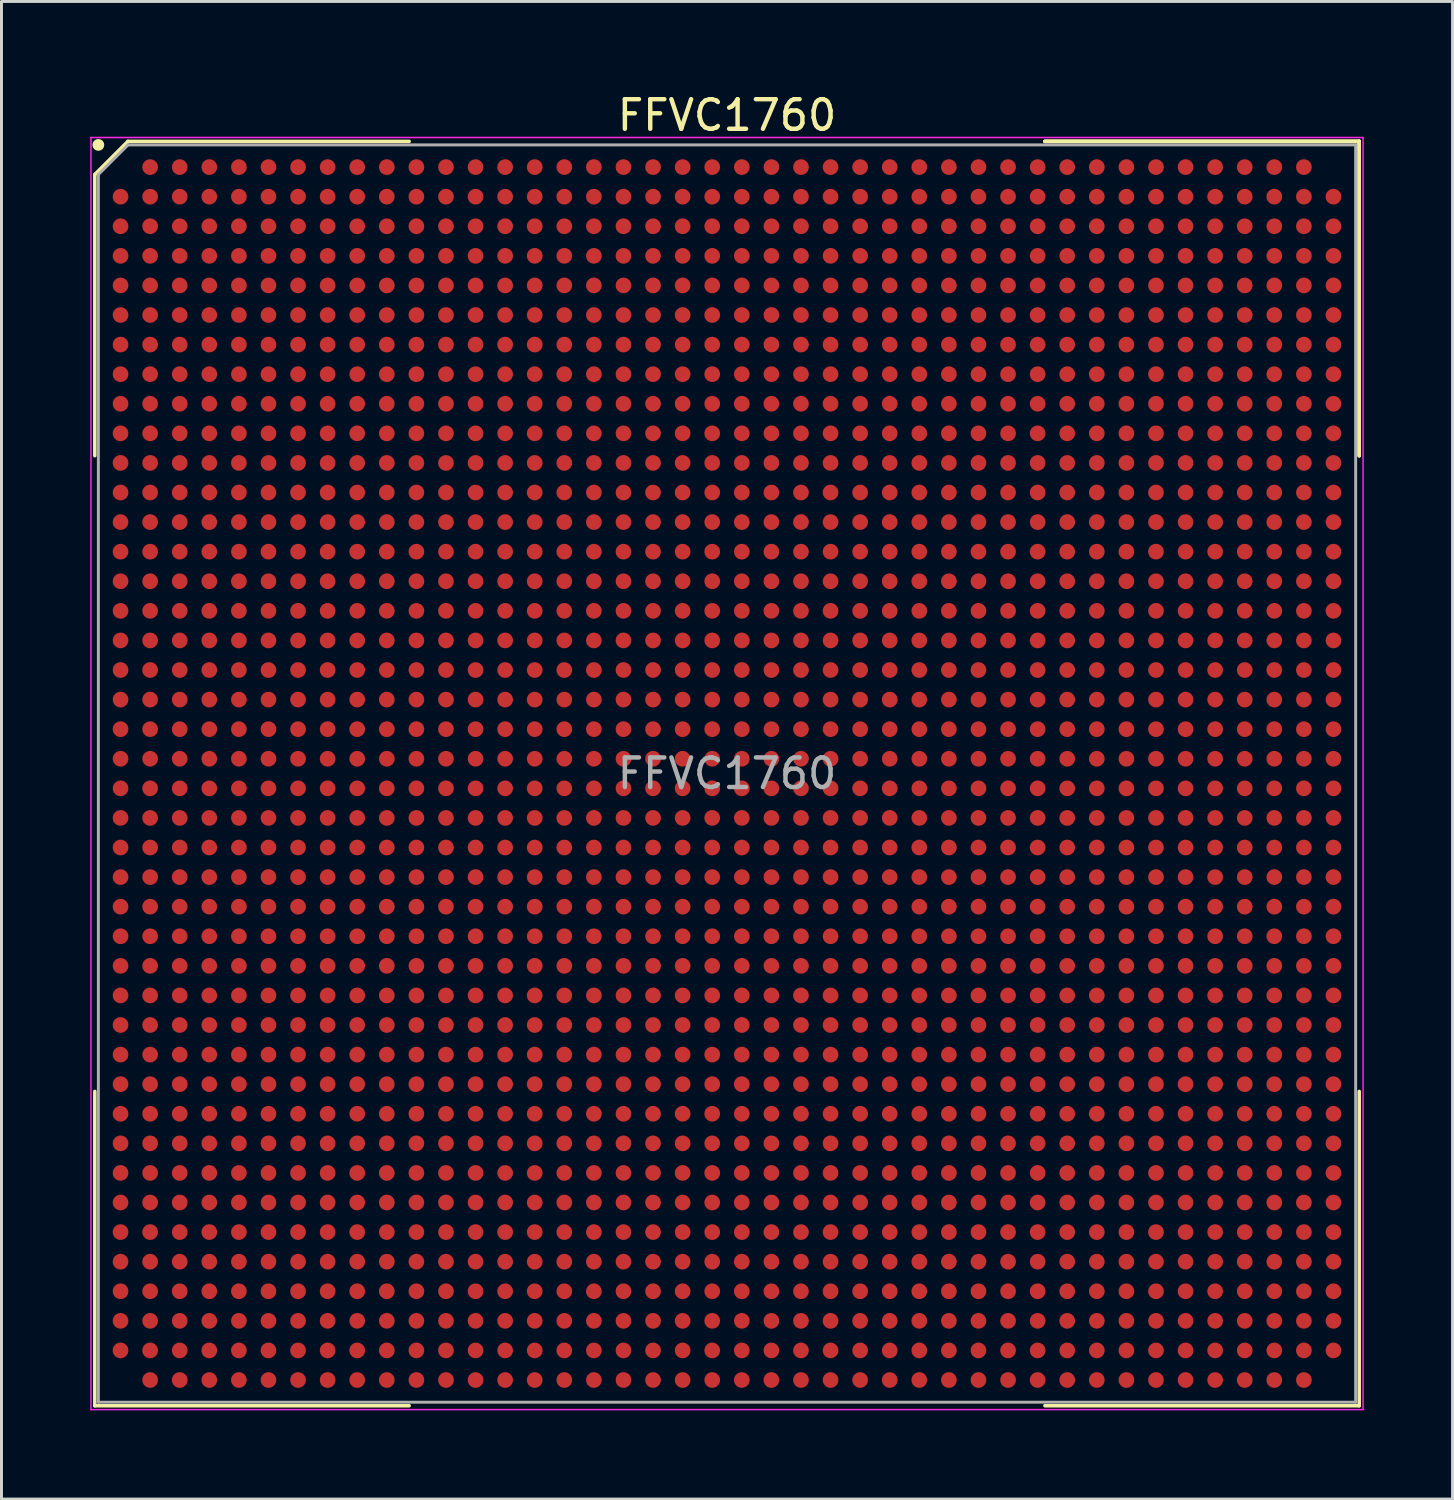
<source format=kicad_pcb>
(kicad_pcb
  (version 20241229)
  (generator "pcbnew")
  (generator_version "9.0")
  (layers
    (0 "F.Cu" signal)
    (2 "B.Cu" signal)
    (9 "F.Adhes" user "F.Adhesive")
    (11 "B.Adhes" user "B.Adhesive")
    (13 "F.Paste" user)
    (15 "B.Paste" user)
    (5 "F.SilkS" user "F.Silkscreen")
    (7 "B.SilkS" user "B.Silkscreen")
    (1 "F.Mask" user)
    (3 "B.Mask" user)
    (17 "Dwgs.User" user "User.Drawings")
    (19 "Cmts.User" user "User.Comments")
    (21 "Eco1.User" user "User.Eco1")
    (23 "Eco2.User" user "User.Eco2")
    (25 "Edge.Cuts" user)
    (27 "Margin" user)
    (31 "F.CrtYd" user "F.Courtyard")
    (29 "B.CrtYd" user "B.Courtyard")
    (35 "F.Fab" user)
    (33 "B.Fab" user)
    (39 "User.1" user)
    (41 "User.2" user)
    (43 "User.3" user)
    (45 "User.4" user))
  (footprint "FFVC1760"
    (layer "F.Cu")
    (at 21.525 23.098)
    (property "Reference" "FFVC1760" (at 0 -22.25 0) (layer "F.SilkS") (effects (font (size 1 1) (thickness 0.15))))
    (attr smd)
    (fp_line (start -21.37 -20.25) (end -21.37 -10.745) (stroke (width 0.12) (type solid)) (layer "F.SilkS"))
    (fp_line (start -21.37 21.37) (end -21.37 10.745) (stroke (width 0.12) (type solid)) (layer "F.SilkS"))
    (fp_line (start -20.25 -21.37) (end -21.37 -20.25) (stroke (width 0.12) (type solid)) (layer "F.SilkS"))
    (fp_line (start -10.745 -21.37) (end -20.25 -21.37) (stroke (width 0.12) (type solid)) (layer "F.SilkS"))
    (fp_line (start -10.745 21.37) (end -21.37 21.37) (stroke (width 0.12) (type solid)) (layer "F.SilkS"))
    (fp_line (start 10.745 -21.37) (end 21.37 -21.37) (stroke (width 0.12) (type solid)) (layer "F.SilkS"))
    (fp_line (start 10.745 -21.37) (end 21.37 -21.37) (stroke (width 0.12) (type solid)) (layer "F.SilkS"))
    (fp_line (start 10.745 -21.37) (end 21.37 -21.37) (stroke (width 0.12) (type solid)) (layer "F.SilkS"))
    (fp_line (start 10.745 21.37) (end 21.37 21.37) (stroke (width 0.12) (type solid)) (layer "F.SilkS"))
    (fp_line (start 21.37 -21.37) (end 21.37 -10.745) (stroke (width 0.12) (type solid)) (layer "F.SilkS"))
    (fp_line (start 21.37 -21.37) (end 21.37 -10.745) (stroke (width 0.12) (type solid)) (layer "F.SilkS"))
    (fp_line (start 21.37 -21.37) (end 21.37 -10.745) (stroke (width 0.12) (type solid)) (layer "F.SilkS"))
    (fp_line (start 21.37 21.37) (end 21.37 10.745) (stroke (width 0.12) (type solid)) (layer "F.SilkS"))
    (fp_circle (center -21.25 -21.25) (end -21.25 -21.15) (stroke (width 0.2) (type solid)) (fill no) (layer "F.SilkS"))
    (fp_line (start -21.5 -21.5) (end 21.5 -21.5) (stroke (width 0.05) (type solid)) (layer "F.CrtYd"))
    (fp_line (start -21.5 21.5) (end -21.5 -21.5) (stroke (width 0.05) (type solid)) (layer "F.CrtYd"))
    (fp_line (start 21.5 -21.5) (end 21.5 21.5) (stroke (width 0.05) (type solid)) (layer "F.CrtYd"))
    (fp_line (start 21.5 21.5) (end -21.5 21.5) (stroke (width 0.05) (type solid)) (layer "F.CrtYd"))
    (fp_line (start -21.25 -20.25) (end -21.25 21.25) (stroke (width 0.1) (type solid)) (layer "F.Fab"))
    (fp_line (start -21.25 21.25) (end 21.25 21.25) (stroke (width 0.1) (type solid)) (layer "F.Fab"))
    (fp_line (start -20.25 -21.25) (end -21.25 -20.25) (stroke (width 0.1) (type solid)) (layer "F.Fab"))
    (fp_line (start 21.25 -21.25) (end -20.25 -21.25) (stroke (width 0.1) (type solid)) (layer "F.Fab"))
    (fp_line (start 21.25 21.25) (end 21.25 -21.25) (stroke (width 0.1) (type solid)) (layer "F.Fab"))
    (fp_text user "${REFERENCE}" (at 0 0 0) (layer "F.Fab") (effects (font (size 1 1) (thickness 0.15))))
    (pad "A2" smd circle (at -19.5 -20.5) (size 0.53 0.53) (layers "F.Cu" "F.Mask" "F.Paste"))
    (pad "A3" smd circle (at -18.5 -20.5) (size 0.53 0.53) (layers "F.Cu" "F.Mask" "F.Paste"))
    (pad "A4" smd circle (at -17.5 -20.5) (size 0.53 0.53) (layers "F.Cu" "F.Mask" "F.Paste"))
    (pad "A5" smd circle (at -16.5 -20.5) (size 0.53 0.53) (layers "F.Cu" "F.Mask" "F.Paste"))
    (pad "A6" smd circle (at -15.5 -20.5) (size 0.53 0.53) (layers "F.Cu" "F.Mask" "F.Paste"))
    (pad "A7" smd circle (at -14.5 -20.5) (size 0.53 0.53) (layers "F.Cu" "F.Mask" "F.Paste"))
    (pad "A8" smd circle (at -13.5 -20.5) (size 0.53 0.53) (layers "F.Cu" "F.Mask" "F.Paste"))
    (pad "A9" smd circle (at -12.5 -20.5) (size 0.53 0.53) (layers "F.Cu" "F.Mask" "F.Paste"))
    (pad "A10" smd circle (at -11.5 -20.5) (size 0.53 0.53) (layers "F.Cu" "F.Mask" "F.Paste"))
    (pad "A11" smd circle (at -10.5 -20.5) (size 0.53 0.53) (layers "F.Cu" "F.Mask" "F.Paste"))
    (pad "A12" smd circle (at -9.5 -20.5) (size 0.53 0.53) (layers "F.Cu" "F.Mask" "F.Paste"))
    (pad "A13" smd circle (at -8.5 -20.5) (size 0.53 0.53) (layers "F.Cu" "F.Mask" "F.Paste"))
    (pad "A14" smd circle (at -7.5 -20.5) (size 0.53 0.53) (layers "F.Cu" "F.Mask" "F.Paste"))
    (pad "A15" smd circle (at -6.5 -20.5) (size 0.53 0.53) (layers "F.Cu" "F.Mask" "F.Paste"))
    (pad "A16" smd circle (at -5.5 -20.5) (size 0.53 0.53) (layers "F.Cu" "F.Mask" "F.Paste"))
    (pad "A17" smd circle (at -4.5 -20.5) (size 0.53 0.53) (layers "F.Cu" "F.Mask" "F.Paste"))
    (pad "A18" smd circle (at -3.5 -20.5) (size 0.53 0.53) (layers "F.Cu" "F.Mask" "F.Paste"))
    (pad "A19" smd circle (at -2.5 -20.5) (size 0.53 0.53) (layers "F.Cu" "F.Mask" "F.Paste"))
    (pad "A20" smd circle (at -1.5 -20.5) (size 0.53 0.53) (layers "F.Cu" "F.Mask" "F.Paste"))
    (pad "A21" smd circle (at -0.5 -20.5) (size 0.53 0.53) (layers "F.Cu" "F.Mask" "F.Paste"))
    (pad "A22" smd circle (at 0.5 -20.5) (size 0.53 0.53) (layers "F.Cu" "F.Mask" "F.Paste"))
    (pad "A23" smd circle (at 1.5 -20.5) (size 0.53 0.53) (layers "F.Cu" "F.Mask" "F.Paste"))
    (pad "A24" smd circle (at 2.5 -20.5) (size 0.53 0.53) (layers "F.Cu" "F.Mask" "F.Paste"))
    (pad "A25" smd circle (at 3.5 -20.5) (size 0.53 0.53) (layers "F.Cu" "F.Mask" "F.Paste"))
    (pad "A26" smd circle (at 4.5 -20.5) (size 0.53 0.53) (layers "F.Cu" "F.Mask" "F.Paste"))
    (pad "A27" smd circle (at 5.5 -20.5) (size 0.53 0.53) (layers "F.Cu" "F.Mask" "F.Paste"))
    (pad "A28" smd circle (at 6.5 -20.5) (size 0.53 0.53) (layers "F.Cu" "F.Mask" "F.Paste"))
    (pad "A29" smd circle (at 7.5 -20.5) (size 0.53 0.53) (layers "F.Cu" "F.Mask" "F.Paste"))
    (pad "A30" smd circle (at 8.5 -20.5) (size 0.53 0.53) (layers "F.Cu" "F.Mask" "F.Paste"))
    (pad "A31" smd circle (at 9.5 -20.5) (size 0.53 0.53) (layers "F.Cu" "F.Mask" "F.Paste"))
    (pad "A32" smd circle (at 10.5 -20.5) (size 0.53 0.53) (layers "F.Cu" "F.Mask" "F.Paste"))
    (pad "A33" smd circle (at 11.5 -20.5) (size 0.53 0.53) (layers "F.Cu" "F.Mask" "F.Paste"))
    (pad "A34" smd circle (at 12.5 -20.5) (size 0.53 0.53) (layers "F.Cu" "F.Mask" "F.Paste"))
    (pad "A35" smd circle (at 13.5 -20.5) (size 0.53 0.53) (layers "F.Cu" "F.Mask" "F.Paste"))
    (pad "A36" smd circle (at 14.5 -20.5) (size 0.53 0.53) (layers "F.Cu" "F.Mask" "F.Paste"))
    (pad "A37" smd circle (at 15.5 -20.5) (size 0.53 0.53) (layers "F.Cu" "F.Mask" "F.Paste"))
    (pad "A38" smd circle (at 16.5 -20.5) (size 0.53 0.53) (layers "F.Cu" "F.Mask" "F.Paste"))
    (pad "A39" smd circle (at 17.5 -20.5) (size 0.53 0.53) (layers "F.Cu" "F.Mask" "F.Paste"))
    (pad "A40" smd circle (at 18.5 -20.5) (size 0.53 0.53) (layers "F.Cu" "F.Mask" "F.Paste"))
    (pad "A41" smd circle (at 19.5 -20.5) (size 0.53 0.53) (layers "F.Cu" "F.Mask" "F.Paste"))
    (pad "AA1" smd circle (at -20.5 -0.5) (size 0.53 0.53) (layers "F.Cu" "F.Mask" "F.Paste"))
    (pad "AA2" smd circle (at -19.5 -0.5) (size 0.53 0.53) (layers "F.Cu" "F.Mask" "F.Paste"))
    (pad "AA3" smd circle (at -18.5 -0.5) (size 0.53 0.53) (layers "F.Cu" "F.Mask" "F.Paste"))
    (pad "AA4" smd circle (at -17.5 -0.5) (size 0.53 0.53) (layers "F.Cu" "F.Mask" "F.Paste"))
    (pad "AA5" smd circle (at -16.5 -0.5) (size 0.53 0.53) (layers "F.Cu" "F.Mask" "F.Paste"))
    (pad "AA6" smd circle (at -15.5 -0.5) (size 0.53 0.53) (layers "F.Cu" "F.Mask" "F.Paste"))
    (pad "AA7" smd circle (at -14.5 -0.5) (size 0.53 0.53) (layers "F.Cu" "F.Mask" "F.Paste"))
    (pad "AA8" smd circle (at -13.5 -0.5) (size 0.53 0.53) (layers "F.Cu" "F.Mask" "F.Paste"))
    (pad "AA9" smd circle (at -12.5 -0.5) (size 0.53 0.53) (layers "F.Cu" "F.Mask" "F.Paste"))
    (pad "AA10" smd circle (at -11.5 -0.5) (size 0.53 0.53) (layers "F.Cu" "F.Mask" "F.Paste"))
    (pad "AA11" smd circle (at -10.5 -0.5) (size 0.53 0.53) (layers "F.Cu" "F.Mask" "F.Paste"))
    (pad "AA12" smd circle (at -9.5 -0.5) (size 0.53 0.53) (layers "F.Cu" "F.Mask" "F.Paste"))
    (pad "AA13" smd circle (at -8.5 -0.5) (size 0.53 0.53) (layers "F.Cu" "F.Mask" "F.Paste"))
    (pad "AA14" smd circle (at -7.5 -0.5) (size 0.53 0.53) (layers "F.Cu" "F.Mask" "F.Paste"))
    (pad "AA15" smd circle (at -6.5 -0.5) (size 0.53 0.53) (layers "F.Cu" "F.Mask" "F.Paste"))
    (pad "AA16" smd circle (at -5.5 -0.5) (size 0.53 0.53) (layers "F.Cu" "F.Mask" "F.Paste"))
    (pad "AA17" smd circle (at -4.5 -0.5) (size 0.53 0.53) (layers "F.Cu" "F.Mask" "F.Paste"))
    (pad "AA18" smd circle (at -3.5 -0.5) (size 0.53 0.53) (layers "F.Cu" "F.Mask" "F.Paste"))
    (pad "AA19" smd circle (at -2.5 -0.5) (size 0.53 0.53) (layers "F.Cu" "F.Mask" "F.Paste"))
    (pad "AA20" smd circle (at -1.5 -0.5) (size 0.53 0.53) (layers "F.Cu" "F.Mask" "F.Paste"))
    (pad "AA21" smd circle (at -0.5 -0.5) (size 0.53 0.53) (layers "F.Cu" "F.Mask" "F.Paste"))
    (pad "AA22" smd circle (at 0.5 -0.5) (size 0.53 0.53) (layers "F.Cu" "F.Mask" "F.Paste"))
    (pad "AA23" smd circle (at 1.5 -0.5) (size 0.53 0.53) (layers "F.Cu" "F.Mask" "F.Paste"))
    (pad "AA24" smd circle (at 2.5 -0.5) (size 0.53 0.53) (layers "F.Cu" "F.Mask" "F.Paste"))
    (pad "AA25" smd circle (at 3.5 -0.5) (size 0.53 0.53) (layers "F.Cu" "F.Mask" "F.Paste"))
    (pad "AA26" smd circle (at 4.5 -0.5) (size 0.53 0.53) (layers "F.Cu" "F.Mask" "F.Paste"))
    (pad "AA27" smd circle (at 5.5 -0.5) (size 0.53 0.53) (layers "F.Cu" "F.Mask" "F.Paste"))
    (pad "AA28" smd circle (at 6.5 -0.5) (size 0.53 0.53) (layers "F.Cu" "F.Mask" "F.Paste"))
    (pad "AA29" smd circle (at 7.5 -0.5) (size 0.53 0.53) (layers "F.Cu" "F.Mask" "F.Paste"))
    (pad "AA30" smd circle (at 8.5 -0.5) (size 0.53 0.53) (layers "F.Cu" "F.Mask" "F.Paste"))
    (pad "AA31" smd circle (at 9.5 -0.5) (size 0.53 0.53) (layers "F.Cu" "F.Mask" "F.Paste"))
    (pad "AA32" smd circle (at 10.5 -0.5) (size 0.53 0.53) (layers "F.Cu" "F.Mask" "F.Paste"))
    (pad "AA33" smd circle (at 11.5 -0.5) (size 0.53 0.53) (layers "F.Cu" "F.Mask" "F.Paste"))
    (pad "AA34" smd circle (at 12.5 -0.5) (size 0.53 0.53) (layers "F.Cu" "F.Mask" "F.Paste"))
    (pad "AA35" smd circle (at 13.5 -0.5) (size 0.53 0.53) (layers "F.Cu" "F.Mask" "F.Paste"))
    (pad "AA36" smd circle (at 14.5 -0.5) (size 0.53 0.53) (layers "F.Cu" "F.Mask" "F.Paste"))
    (pad "AA37" smd circle (at 15.5 -0.5) (size 0.53 0.53) (layers "F.Cu" "F.Mask" "F.Paste"))
    (pad "AA38" smd circle (at 16.5 -0.5) (size 0.53 0.53) (layers "F.Cu" "F.Mask" "F.Paste"))
    (pad "AA39" smd circle (at 17.5 -0.5) (size 0.53 0.53) (layers "F.Cu" "F.Mask" "F.Paste"))
    (pad "AA40" smd circle (at 18.5 -0.5) (size 0.53 0.53) (layers "F.Cu" "F.Mask" "F.Paste"))
    (pad "AA41" smd circle (at 19.5 -0.5) (size 0.53 0.53) (layers "F.Cu" "F.Mask" "F.Paste"))
    (pad "AA42" smd circle (at 20.5 -0.5) (size 0.53 0.53) (layers "F.Cu" "F.Mask" "F.Paste"))
    (pad "AB1" smd circle (at -20.5 0.5) (size 0.53 0.53) (layers "F.Cu" "F.Mask" "F.Paste"))
    (pad "AB2" smd circle (at -19.5 0.5) (size 0.53 0.53) (layers "F.Cu" "F.Mask" "F.Paste"))
    (pad "AB3" smd circle (at -18.5 0.5) (size 0.53 0.53) (layers "F.Cu" "F.Mask" "F.Paste"))
    (pad "AB4" smd circle (at -17.5 0.5) (size 0.53 0.53) (layers "F.Cu" "F.Mask" "F.Paste"))
    (pad "AB5" smd circle (at -16.5 0.5) (size 0.53 0.53) (layers "F.Cu" "F.Mask" "F.Paste"))
    (pad "AB6" smd circle (at -15.5 0.5) (size 0.53 0.53) (layers "F.Cu" "F.Mask" "F.Paste"))
    (pad "AB7" smd circle (at -14.5 0.5) (size 0.53 0.53) (layers "F.Cu" "F.Mask" "F.Paste"))
    (pad "AB8" smd circle (at -13.5 0.5) (size 0.53 0.53) (layers "F.Cu" "F.Mask" "F.Paste"))
    (pad "AB9" smd circle (at -12.5 0.5) (size 0.53 0.53) (layers "F.Cu" "F.Mask" "F.Paste"))
    (pad "AB10" smd circle (at -11.5 0.5) (size 0.53 0.53) (layers "F.Cu" "F.Mask" "F.Paste"))
    (pad "AB11" smd circle (at -10.5 0.5) (size 0.53 0.53) (layers "F.Cu" "F.Mask" "F.Paste"))
    (pad "AB12" smd circle (at -9.5 0.5) (size 0.53 0.53) (layers "F.Cu" "F.Mask" "F.Paste"))
    (pad "AB13" smd circle (at -8.5 0.5) (size 0.53 0.53) (layers "F.Cu" "F.Mask" "F.Paste"))
    (pad "AB14" smd circle (at -7.5 0.5) (size 0.53 0.53) (layers "F.Cu" "F.Mask" "F.Paste"))
    (pad "AB15" smd circle (at -6.5 0.5) (size 0.53 0.53) (layers "F.Cu" "F.Mask" "F.Paste"))
    (pad "AB16" smd circle (at -5.5 0.5) (size 0.53 0.53) (layers "F.Cu" "F.Mask" "F.Paste"))
    (pad "AB17" smd circle (at -4.5 0.5) (size 0.53 0.53) (layers "F.Cu" "F.Mask" "F.Paste"))
    (pad "AB18" smd circle (at -3.5 0.5) (size 0.53 0.53) (layers "F.Cu" "F.Mask" "F.Paste"))
    (pad "AB19" smd circle (at -2.5 0.5) (size 0.53 0.53) (layers "F.Cu" "F.Mask" "F.Paste"))
    (pad "AB20" smd circle (at -1.5 0.5) (size 0.53 0.53) (layers "F.Cu" "F.Mask" "F.Paste"))
    (pad "AB21" smd circle (at -0.5 0.5) (size 0.53 0.53) (layers "F.Cu" "F.Mask" "F.Paste"))
    (pad "AB22" smd circle (at 0.5 0.5) (size 0.53 0.53) (layers "F.Cu" "F.Mask" "F.Paste"))
    (pad "AB23" smd circle (at 1.5 0.5) (size 0.53 0.53) (layers "F.Cu" "F.Mask" "F.Paste"))
    (pad "AB24" smd circle (at 2.5 0.5) (size 0.53 0.53) (layers "F.Cu" "F.Mask" "F.Paste"))
    (pad "AB25" smd circle (at 3.5 0.5) (size 0.53 0.53) (layers "F.Cu" "F.Mask" "F.Paste"))
    (pad "AB26" smd circle (at 4.5 0.5) (size 0.53 0.53) (layers "F.Cu" "F.Mask" "F.Paste"))
    (pad "AB27" smd circle (at 5.5 0.5) (size 0.53 0.53) (layers "F.Cu" "F.Mask" "F.Paste"))
    (pad "AB28" smd circle (at 6.5 0.5) (size 0.53 0.53) (layers "F.Cu" "F.Mask" "F.Paste"))
    (pad "AB29" smd circle (at 7.5 0.5) (size 0.53 0.53) (layers "F.Cu" "F.Mask" "F.Paste"))
    (pad "AB30" smd circle (at 8.5 0.5) (size 0.53 0.53) (layers "F.Cu" "F.Mask" "F.Paste"))
    (pad "AB31" smd circle (at 9.5 0.5) (size 0.53 0.53) (layers "F.Cu" "F.Mask" "F.Paste"))
    (pad "AB32" smd circle (at 10.5 0.5) (size 0.53 0.53) (layers "F.Cu" "F.Mask" "F.Paste"))
    (pad "AB33" smd circle (at 11.5 0.5) (size 0.53 0.53) (layers "F.Cu" "F.Mask" "F.Paste"))
    (pad "AB34" smd circle (at 12.5 0.5) (size 0.53 0.53) (layers "F.Cu" "F.Mask" "F.Paste"))
    (pad "AB35" smd circle (at 13.5 0.5) (size 0.53 0.53) (layers "F.Cu" "F.Mask" "F.Paste"))
    (pad "AB36" smd circle (at 14.5 0.5) (size 0.53 0.53) (layers "F.Cu" "F.Mask" "F.Paste"))
    (pad "AB37" smd circle (at 15.5 0.5) (size 0.53 0.53) (layers "F.Cu" "F.Mask" "F.Paste"))
    (pad "AB38" smd circle (at 16.5 0.5) (size 0.53 0.53) (layers "F.Cu" "F.Mask" "F.Paste"))
    (pad "AB39" smd circle (at 17.5 0.5) (size 0.53 0.53) (layers "F.Cu" "F.Mask" "F.Paste"))
    (pad "AB40" smd circle (at 18.5 0.5) (size 0.53 0.53) (layers "F.Cu" "F.Mask" "F.Paste"))
    (pad "AB41" smd circle (at 19.5 0.5) (size 0.53 0.53) (layers "F.Cu" "F.Mask" "F.Paste"))
    (pad "AB42" smd circle (at 20.5 0.5) (size 0.53 0.53) (layers "F.Cu" "F.Mask" "F.Paste"))
    (pad "AC1" smd circle (at -20.5 1.5) (size 0.53 0.53) (layers "F.Cu" "F.Mask" "F.Paste"))
    (pad "AC2" smd circle (at -19.5 1.5) (size 0.53 0.53) (layers "F.Cu" "F.Mask" "F.Paste"))
    (pad "AC3" smd circle (at -18.5 1.5) (size 0.53 0.53) (layers "F.Cu" "F.Mask" "F.Paste"))
    (pad "AC4" smd circle (at -17.5 1.5) (size 0.53 0.53) (layers "F.Cu" "F.Mask" "F.Paste"))
    (pad "AC5" smd circle (at -16.5 1.5) (size 0.53 0.53) (layers "F.Cu" "F.Mask" "F.Paste"))
    (pad "AC6" smd circle (at -15.5 1.5) (size 0.53 0.53) (layers "F.Cu" "F.Mask" "F.Paste"))
    (pad "AC7" smd circle (at -14.5 1.5) (size 0.53 0.53) (layers "F.Cu" "F.Mask" "F.Paste"))
    (pad "AC8" smd circle (at -13.5 1.5) (size 0.53 0.53) (layers "F.Cu" "F.Mask" "F.Paste"))
    (pad "AC9" smd circle (at -12.5 1.5) (size 0.53 0.53) (layers "F.Cu" "F.Mask" "F.Paste"))
    (pad "AC10" smd circle (at -11.5 1.5) (size 0.53 0.53) (layers "F.Cu" "F.Mask" "F.Paste"))
    (pad "AC11" smd circle (at -10.5 1.5) (size 0.53 0.53) (layers "F.Cu" "F.Mask" "F.Paste"))
    (pad "AC12" smd circle (at -9.5 1.5) (size 0.53 0.53) (layers "F.Cu" "F.Mask" "F.Paste"))
    (pad "AC13" smd circle (at -8.5 1.5) (size 0.53 0.53) (layers "F.Cu" "F.Mask" "F.Paste"))
    (pad "AC14" smd circle (at -7.5 1.5) (size 0.53 0.53) (layers "F.Cu" "F.Mask" "F.Paste"))
    (pad "AC15" smd circle (at -6.5 1.5) (size 0.53 0.53) (layers "F.Cu" "F.Mask" "F.Paste"))
    (pad "AC16" smd circle (at -5.5 1.5) (size 0.53 0.53) (layers "F.Cu" "F.Mask" "F.Paste"))
    (pad "AC17" smd circle (at -4.5 1.5) (size 0.53 0.53) (layers "F.Cu" "F.Mask" "F.Paste"))
    (pad "AC18" smd circle (at -3.5 1.5) (size 0.53 0.53) (layers "F.Cu" "F.Mask" "F.Paste"))
    (pad "AC19" smd circle (at -2.5 1.5) (size 0.53 0.53) (layers "F.Cu" "F.Mask" "F.Paste"))
    (pad "AC20" smd circle (at -1.5 1.5) (size 0.53 0.53) (layers "F.Cu" "F.Mask" "F.Paste"))
    (pad "AC21" smd circle (at -0.5 1.5) (size 0.53 0.53) (layers "F.Cu" "F.Mask" "F.Paste"))
    (pad "AC22" smd circle (at 0.5 1.5) (size 0.53 0.53) (layers "F.Cu" "F.Mask" "F.Paste"))
    (pad "AC23" smd circle (at 1.5 1.5) (size 0.53 0.53) (layers "F.Cu" "F.Mask" "F.Paste"))
    (pad "AC24" smd circle (at 2.5 1.5) (size 0.53 0.53) (layers "F.Cu" "F.Mask" "F.Paste"))
    (pad "AC25" smd circle (at 3.5 1.5) (size 0.53 0.53) (layers "F.Cu" "F.Mask" "F.Paste"))
    (pad "AC26" smd circle (at 4.5 1.5) (size 0.53 0.53) (layers "F.Cu" "F.Mask" "F.Paste"))
    (pad "AC27" smd circle (at 5.5 1.5) (size 0.53 0.53) (layers "F.Cu" "F.Mask" "F.Paste"))
    (pad "AC28" smd circle (at 6.5 1.5) (size 0.53 0.53) (layers "F.Cu" "F.Mask" "F.Paste"))
    (pad "AC29" smd circle (at 7.5 1.5) (size 0.53 0.53) (layers "F.Cu" "F.Mask" "F.Paste"))
    (pad "AC30" smd circle (at 8.5 1.5) (size 0.53 0.53) (layers "F.Cu" "F.Mask" "F.Paste"))
    (pad "AC31" smd circle (at 9.5 1.5) (size 0.53 0.53) (layers "F.Cu" "F.Mask" "F.Paste"))
    (pad "AC32" smd circle (at 10.5 1.5) (size 0.53 0.53) (layers "F.Cu" "F.Mask" "F.Paste"))
    (pad "AC33" smd circle (at 11.5 1.5) (size 0.53 0.53) (layers "F.Cu" "F.Mask" "F.Paste"))
    (pad "AC34" smd circle (at 12.5 1.5) (size 0.53 0.53) (layers "F.Cu" "F.Mask" "F.Paste"))
    (pad "AC35" smd circle (at 13.5 1.5) (size 0.53 0.53) (layers "F.Cu" "F.Mask" "F.Paste"))
    (pad "AC36" smd circle (at 14.5 1.5) (size 0.53 0.53) (layers "F.Cu" "F.Mask" "F.Paste"))
    (pad "AC37" smd circle (at 15.5 1.5) (size 0.53 0.53) (layers "F.Cu" "F.Mask" "F.Paste"))
    (pad "AC38" smd circle (at 16.5 1.5) (size 0.53 0.53) (layers "F.Cu" "F.Mask" "F.Paste"))
    (pad "AC39" smd circle (at 17.5 1.5) (size 0.53 0.53) (layers "F.Cu" "F.Mask" "F.Paste"))
    (pad "AC40" smd circle (at 18.5 1.5) (size 0.53 0.53) (layers "F.Cu" "F.Mask" "F.Paste"))
    (pad "AC41" smd circle (at 19.5 1.5) (size 0.53 0.53) (layers "F.Cu" "F.Mask" "F.Paste"))
    (pad "AC42" smd circle (at 20.5 1.5) (size 0.53 0.53) (layers "F.Cu" "F.Mask" "F.Paste"))
    (pad "AD1" smd circle (at -20.5 2.5) (size 0.53 0.53) (layers "F.Cu" "F.Mask" "F.Paste"))
    (pad "AD2" smd circle (at -19.5 2.5) (size 0.53 0.53) (layers "F.Cu" "F.Mask" "F.Paste"))
    (pad "AD3" smd circle (at -18.5 2.5) (size 0.53 0.53) (layers "F.Cu" "F.Mask" "F.Paste"))
    (pad "AD4" smd circle (at -17.5 2.5) (size 0.53 0.53) (layers "F.Cu" "F.Mask" "F.Paste"))
    (pad "AD5" smd circle (at -16.5 2.5) (size 0.53 0.53) (layers "F.Cu" "F.Mask" "F.Paste"))
    (pad "AD6" smd circle (at -15.5 2.5) (size 0.53 0.53) (layers "F.Cu" "F.Mask" "F.Paste"))
    (pad "AD7" smd circle (at -14.5 2.5) (size 0.53 0.53) (layers "F.Cu" "F.Mask" "F.Paste"))
    (pad "AD8" smd circle (at -13.5 2.5) (size 0.53 0.53) (layers "F.Cu" "F.Mask" "F.Paste"))
    (pad "AD9" smd circle (at -12.5 2.5) (size 0.53 0.53) (layers "F.Cu" "F.Mask" "F.Paste"))
    (pad "AD10" smd circle (at -11.5 2.5) (size 0.53 0.53) (layers "F.Cu" "F.Mask" "F.Paste"))
    (pad "AD11" smd circle (at -10.5 2.5) (size 0.53 0.53) (layers "F.Cu" "F.Mask" "F.Paste"))
    (pad "AD12" smd circle (at -9.5 2.5) (size 0.53 0.53) (layers "F.Cu" "F.Mask" "F.Paste"))
    (pad "AD13" smd circle (at -8.5 2.5) (size 0.53 0.53) (layers "F.Cu" "F.Mask" "F.Paste"))
    (pad "AD14" smd circle (at -7.5 2.5) (size 0.53 0.53) (layers "F.Cu" "F.Mask" "F.Paste"))
    (pad "AD15" smd circle (at -6.5 2.5) (size 0.53 0.53) (layers "F.Cu" "F.Mask" "F.Paste"))
    (pad "AD16" smd circle (at -5.5 2.5) (size 0.53 0.53) (layers "F.Cu" "F.Mask" "F.Paste"))
    (pad "AD17" smd circle (at -4.5 2.5) (size 0.53 0.53) (layers "F.Cu" "F.Mask" "F.Paste"))
    (pad "AD18" smd circle (at -3.5 2.5) (size 0.53 0.53) (layers "F.Cu" "F.Mask" "F.Paste"))
    (pad "AD19" smd circle (at -2.5 2.5) (size 0.53 0.53) (layers "F.Cu" "F.Mask" "F.Paste"))
    (pad "AD20" smd circle (at -1.5 2.5) (size 0.53 0.53) (layers "F.Cu" "F.Mask" "F.Paste"))
    (pad "AD21" smd circle (at -0.5 2.5) (size 0.53 0.53) (layers "F.Cu" "F.Mask" "F.Paste"))
    (pad "AD22" smd circle (at 0.5 2.5) (size 0.53 0.53) (layers "F.Cu" "F.Mask" "F.Paste"))
    (pad "AD23" smd circle (at 1.5 2.5) (size 0.53 0.53) (layers "F.Cu" "F.Mask" "F.Paste"))
    (pad "AD24" smd circle (at 2.5 2.5) (size 0.53 0.53) (layers "F.Cu" "F.Mask" "F.Paste"))
    (pad "AD25" smd circle (at 3.5 2.5) (size 0.53 0.53) (layers "F.Cu" "F.Mask" "F.Paste"))
    (pad "AD26" smd circle (at 4.5 2.5) (size 0.53 0.53) (layers "F.Cu" "F.Mask" "F.Paste"))
    (pad "AD27" smd circle (at 5.5 2.5) (size 0.53 0.53) (layers "F.Cu" "F.Mask" "F.Paste"))
    (pad "AD28" smd circle (at 6.5 2.5) (size 0.53 0.53) (layers "F.Cu" "F.Mask" "F.Paste"))
    (pad "AD29" smd circle (at 7.5 2.5) (size 0.53 0.53) (layers "F.Cu" "F.Mask" "F.Paste"))
    (pad "AD30" smd circle (at 8.5 2.5) (size 0.53 0.53) (layers "F.Cu" "F.Mask" "F.Paste"))
    (pad "AD31" smd circle (at 9.5 2.5) (size 0.53 0.53) (layers "F.Cu" "F.Mask" "F.Paste"))
    (pad "AD32" smd circle (at 10.5 2.5) (size 0.53 0.53) (layers "F.Cu" "F.Mask" "F.Paste"))
    (pad "AD33" smd circle (at 11.5 2.5) (size 0.53 0.53) (layers "F.Cu" "F.Mask" "F.Paste"))
    (pad "AD34" smd circle (at 12.5 2.5) (size 0.53 0.53) (layers "F.Cu" "F.Mask" "F.Paste"))
    (pad "AD35" smd circle (at 13.5 2.5) (size 0.53 0.53) (layers "F.Cu" "F.Mask" "F.Paste"))
    (pad "AD36" smd circle (at 14.5 2.5) (size 0.53 0.53) (layers "F.Cu" "F.Mask" "F.Paste"))
    (pad "AD37" smd circle (at 15.5 2.5) (size 0.53 0.53) (layers "F.Cu" "F.Mask" "F.Paste"))
    (pad "AD38" smd circle (at 16.5 2.5) (size 0.53 0.53) (layers "F.Cu" "F.Mask" "F.Paste"))
    (pad "AD39" smd circle (at 17.5 2.5) (size 0.53 0.53) (layers "F.Cu" "F.Mask" "F.Paste"))
    (pad "AD40" smd circle (at 18.5 2.5) (size 0.53 0.53) (layers "F.Cu" "F.Mask" "F.Paste"))
    (pad "AD41" smd circle (at 19.5 2.5) (size 0.53 0.53) (layers "F.Cu" "F.Mask" "F.Paste"))
    (pad "AD42" smd circle (at 20.5 2.5) (size 0.53 0.53) (layers "F.Cu" "F.Mask" "F.Paste"))
    (pad "AE1" smd circle (at -20.5 3.5) (size 0.53 0.53) (layers "F.Cu" "F.Mask" "F.Paste"))
    (pad "AE2" smd circle (at -19.5 3.5) (size 0.53 0.53) (layers "F.Cu" "F.Mask" "F.Paste"))
    (pad "AE3" smd circle (at -18.5 3.5) (size 0.53 0.53) (layers "F.Cu" "F.Mask" "F.Paste"))
    (pad "AE4" smd circle (at -17.5 3.5) (size 0.53 0.53) (layers "F.Cu" "F.Mask" "F.Paste"))
    (pad "AE5" smd circle (at -16.5 3.5) (size 0.53 0.53) (layers "F.Cu" "F.Mask" "F.Paste"))
    (pad "AE6" smd circle (at -15.5 3.5) (size 0.53 0.53) (layers "F.Cu" "F.Mask" "F.Paste"))
    (pad "AE7" smd circle (at -14.5 3.5) (size 0.53 0.53) (layers "F.Cu" "F.Mask" "F.Paste"))
    (pad "AE8" smd circle (at -13.5 3.5) (size 0.53 0.53) (layers "F.Cu" "F.Mask" "F.Paste"))
    (pad "AE9" smd circle (at -12.5 3.5) (size 0.53 0.53) (layers "F.Cu" "F.Mask" "F.Paste"))
    (pad "AE10" smd circle (at -11.5 3.5) (size 0.53 0.53) (layers "F.Cu" "F.Mask" "F.Paste"))
    (pad "AE11" smd circle (at -10.5 3.5) (size 0.53 0.53) (layers "F.Cu" "F.Mask" "F.Paste"))
    (pad "AE12" smd circle (at -9.5 3.5) (size 0.53 0.53) (layers "F.Cu" "F.Mask" "F.Paste"))
    (pad "AE13" smd circle (at -8.5 3.5) (size 0.53 0.53) (layers "F.Cu" "F.Mask" "F.Paste"))
    (pad "AE14" smd circle (at -7.5 3.5) (size 0.53 0.53) (layers "F.Cu" "F.Mask" "F.Paste"))
    (pad "AE15" smd circle (at -6.5 3.5) (size 0.53 0.53) (layers "F.Cu" "F.Mask" "F.Paste"))
    (pad "AE16" smd circle (at -5.5 3.5) (size 0.53 0.53) (layers "F.Cu" "F.Mask" "F.Paste"))
    (pad "AE17" smd circle (at -4.5 3.5) (size 0.53 0.53) (layers "F.Cu" "F.Mask" "F.Paste"))
    (pad "AE18" smd circle (at -3.5 3.5) (size 0.53 0.53) (layers "F.Cu" "F.Mask" "F.Paste"))
    (pad "AE19" smd circle (at -2.5 3.5) (size 0.53 0.53) (layers "F.Cu" "F.Mask" "F.Paste"))
    (pad "AE20" smd circle (at -1.5 3.5) (size 0.53 0.53) (layers "F.Cu" "F.Mask" "F.Paste"))
    (pad "AE21" smd circle (at -0.5 3.5) (size 0.53 0.53) (layers "F.Cu" "F.Mask" "F.Paste"))
    (pad "AE22" smd circle (at 0.5 3.5) (size 0.53 0.53) (layers "F.Cu" "F.Mask" "F.Paste"))
    (pad "AE23" smd circle (at 1.5 3.5) (size 0.53 0.53) (layers "F.Cu" "F.Mask" "F.Paste"))
    (pad "AE24" smd circle (at 2.5 3.5) (size 0.53 0.53) (layers "F.Cu" "F.Mask" "F.Paste"))
    (pad "AE25" smd circle (at 3.5 3.5) (size 0.53 0.53) (layers "F.Cu" "F.Mask" "F.Paste"))
    (pad "AE26" smd circle (at 4.5 3.5) (size 0.53 0.53) (layers "F.Cu" "F.Mask" "F.Paste"))
    (pad "AE27" smd circle (at 5.5 3.5) (size 0.53 0.53) (layers "F.Cu" "F.Mask" "F.Paste"))
    (pad "AE28" smd circle (at 6.5 3.5) (size 0.53 0.53) (layers "F.Cu" "F.Mask" "F.Paste"))
    (pad "AE29" smd circle (at 7.5 3.5) (size 0.53 0.53) (layers "F.Cu" "F.Mask" "F.Paste"))
    (pad "AE30" smd circle (at 8.5 3.5) (size 0.53 0.53) (layers "F.Cu" "F.Mask" "F.Paste"))
    (pad "AE31" smd circle (at 9.5 3.5) (size 0.53 0.53) (layers "F.Cu" "F.Mask" "F.Paste"))
    (pad "AE32" smd circle (at 10.5 3.5) (size 0.53 0.53) (layers "F.Cu" "F.Mask" "F.Paste"))
    (pad "AE33" smd circle (at 11.5 3.5) (size 0.53 0.53) (layers "F.Cu" "F.Mask" "F.Paste"))
    (pad "AE34" smd circle (at 12.5 3.5) (size 0.53 0.53) (layers "F.Cu" "F.Mask" "F.Paste"))
    (pad "AE35" smd circle (at 13.5 3.5) (size 0.53 0.53) (layers "F.Cu" "F.Mask" "F.Paste"))
    (pad "AE36" smd circle (at 14.5 3.5) (size 0.53 0.53) (layers "F.Cu" "F.Mask" "F.Paste"))
    (pad "AE37" smd circle (at 15.5 3.5) (size 0.53 0.53) (layers "F.Cu" "F.Mask" "F.Paste"))
    (pad "AE38" smd circle (at 16.5 3.5) (size 0.53 0.53) (layers "F.Cu" "F.Mask" "F.Paste"))
    (pad "AE39" smd circle (at 17.5 3.5) (size 0.53 0.53) (layers "F.Cu" "F.Mask" "F.Paste"))
    (pad "AE40" smd circle (at 18.5 3.5) (size 0.53 0.53) (layers "F.Cu" "F.Mask" "F.Paste"))
    (pad "AE41" smd circle (at 19.5 3.5) (size 0.53 0.53) (layers "F.Cu" "F.Mask" "F.Paste"))
    (pad "AE42" smd circle (at 20.5 3.5) (size 0.53 0.53) (layers "F.Cu" "F.Mask" "F.Paste"))
    (pad "AF1" smd circle (at -20.5 4.5) (size 0.53 0.53) (layers "F.Cu" "F.Mask" "F.Paste"))
    (pad "AF2" smd circle (at -19.5 4.5) (size 0.53 0.53) (layers "F.Cu" "F.Mask" "F.Paste"))
    (pad "AF3" smd circle (at -18.5 4.5) (size 0.53 0.53) (layers "F.Cu" "F.Mask" "F.Paste"))
    (pad "AF4" smd circle (at -17.5 4.5) (size 0.53 0.53) (layers "F.Cu" "F.Mask" "F.Paste"))
    (pad "AF5" smd circle (at -16.5 4.5) (size 0.53 0.53) (layers "F.Cu" "F.Mask" "F.Paste"))
    (pad "AF6" smd circle (at -15.5 4.5) (size 0.53 0.53) (layers "F.Cu" "F.Mask" "F.Paste"))
    (pad "AF7" smd circle (at -14.5 4.5) (size 0.53 0.53) (layers "F.Cu" "F.Mask" "F.Paste"))
    (pad "AF8" smd circle (at -13.5 4.5) (size 0.53 0.53) (layers "F.Cu" "F.Mask" "F.Paste"))
    (pad "AF9" smd circle (at -12.5 4.5) (size 0.53 0.53) (layers "F.Cu" "F.Mask" "F.Paste"))
    (pad "AF10" smd circle (at -11.5 4.5) (size 0.53 0.53) (layers "F.Cu" "F.Mask" "F.Paste"))
    (pad "AF11" smd circle (at -10.5 4.5) (size 0.53 0.53) (layers "F.Cu" "F.Mask" "F.Paste"))
    (pad "AF12" smd circle (at -9.5 4.5) (size 0.53 0.53) (layers "F.Cu" "F.Mask" "F.Paste"))
    (pad "AF13" smd circle (at -8.5 4.5) (size 0.53 0.53) (layers "F.Cu" "F.Mask" "F.Paste"))
    (pad "AF14" smd circle (at -7.5 4.5) (size 0.53 0.53) (layers "F.Cu" "F.Mask" "F.Paste"))
    (pad "AF15" smd circle (at -6.5 4.5) (size 0.53 0.53) (layers "F.Cu" "F.Mask" "F.Paste"))
    (pad "AF16" smd circle (at -5.5 4.5) (size 0.53 0.53) (layers "F.Cu" "F.Mask" "F.Paste"))
    (pad "AF17" smd circle (at -4.5 4.5) (size 0.53 0.53) (layers "F.Cu" "F.Mask" "F.Paste"))
    (pad "AF18" smd circle (at -3.5 4.5) (size 0.53 0.53) (layers "F.Cu" "F.Mask" "F.Paste"))
    (pad "AF19" smd circle (at -2.5 4.5) (size 0.53 0.53) (layers "F.Cu" "F.Mask" "F.Paste"))
    (pad "AF20" smd circle (at -1.5 4.5) (size 0.53 0.53) (layers "F.Cu" "F.Mask" "F.Paste"))
    (pad "AF21" smd circle (at -0.5 4.5) (size 0.53 0.53) (layers "F.Cu" "F.Mask" "F.Paste"))
    (pad "AF22" smd circle (at 0.5 4.5) (size 0.53 0.53) (layers "F.Cu" "F.Mask" "F.Paste"))
    (pad "AF23" smd circle (at 1.5 4.5) (size 0.53 0.53) (layers "F.Cu" "F.Mask" "F.Paste"))
    (pad "AF24" smd circle (at 2.5 4.5) (size 0.53 0.53) (layers "F.Cu" "F.Mask" "F.Paste"))
    (pad "AF25" smd circle (at 3.5 4.5) (size 0.53 0.53) (layers "F.Cu" "F.Mask" "F.Paste"))
    (pad "AF26" smd circle (at 4.5 4.5) (size 0.53 0.53) (layers "F.Cu" "F.Mask" "F.Paste"))
    (pad "AF27" smd circle (at 5.5 4.5) (size 0.53 0.53) (layers "F.Cu" "F.Mask" "F.Paste"))
    (pad "AF28" smd circle (at 6.5 4.5) (size 0.53 0.53) (layers "F.Cu" "F.Mask" "F.Paste"))
    (pad "AF29" smd circle (at 7.5 4.5) (size 0.53 0.53) (layers "F.Cu" "F.Mask" "F.Paste"))
    (pad "AF30" smd circle (at 8.5 4.5) (size 0.53 0.53) (layers "F.Cu" "F.Mask" "F.Paste"))
    (pad "AF31" smd circle (at 9.5 4.5) (size 0.53 0.53) (layers "F.Cu" "F.Mask" "F.Paste"))
    (pad "AF32" smd circle (at 10.5 4.5) (size 0.53 0.53) (layers "F.Cu" "F.Mask" "F.Paste"))
    (pad "AF33" smd circle (at 11.5 4.5) (size 0.53 0.53) (layers "F.Cu" "F.Mask" "F.Paste"))
    (pad "AF34" smd circle (at 12.5 4.5) (size 0.53 0.53) (layers "F.Cu" "F.Mask" "F.Paste"))
    (pad "AF35" smd circle (at 13.5 4.5) (size 0.53 0.53) (layers "F.Cu" "F.Mask" "F.Paste"))
    (pad "AF36" smd circle (at 14.5 4.5) (size 0.53 0.53) (layers "F.Cu" "F.Mask" "F.Paste"))
    (pad "AF37" smd circle (at 15.5 4.5) (size 0.53 0.53) (layers "F.Cu" "F.Mask" "F.Paste"))
    (pad "AF38" smd circle (at 16.5 4.5) (size 0.53 0.53) (layers "F.Cu" "F.Mask" "F.Paste"))
    (pad "AF39" smd circle (at 17.5 4.5) (size 0.53 0.53) (layers "F.Cu" "F.Mask" "F.Paste"))
    (pad "AF40" smd circle (at 18.5 4.5) (size 0.53 0.53) (layers "F.Cu" "F.Mask" "F.Paste"))
    (pad "AF41" smd circle (at 19.5 4.5) (size 0.53 0.53) (layers "F.Cu" "F.Mask" "F.Paste"))
    (pad "AF42" smd circle (at 20.5 4.5) (size 0.53 0.53) (layers "F.Cu" "F.Mask" "F.Paste"))
    (pad "AG1" smd circle (at -20.5 5.5) (size 0.53 0.53) (layers "F.Cu" "F.Mask" "F.Paste"))
    (pad "AG2" smd circle (at -19.5 5.5) (size 0.53 0.53) (layers "F.Cu" "F.Mask" "F.Paste"))
    (pad "AG3" smd circle (at -18.5 5.5) (size 0.53 0.53) (layers "F.Cu" "F.Mask" "F.Paste"))
    (pad "AG4" smd circle (at -17.5 5.5) (size 0.53 0.53) (layers "F.Cu" "F.Mask" "F.Paste"))
    (pad "AG5" smd circle (at -16.5 5.5) (size 0.53 0.53) (layers "F.Cu" "F.Mask" "F.Paste"))
    (pad "AG6" smd circle (at -15.5 5.5) (size 0.53 0.53) (layers "F.Cu" "F.Mask" "F.Paste"))
    (pad "AG7" smd circle (at -14.5 5.5) (size 0.53 0.53) (layers "F.Cu" "F.Mask" "F.Paste"))
    (pad "AG8" smd circle (at -13.5 5.5) (size 0.53 0.53) (layers "F.Cu" "F.Mask" "F.Paste"))
    (pad "AG9" smd circle (at -12.5 5.5) (size 0.53 0.53) (layers "F.Cu" "F.Mask" "F.Paste"))
    (pad "AG10" smd circle (at -11.5 5.5) (size 0.53 0.53) (layers "F.Cu" "F.Mask" "F.Paste"))
    (pad "AG11" smd circle (at -10.5 5.5) (size 0.53 0.53) (layers "F.Cu" "F.Mask" "F.Paste"))
    (pad "AG12" smd circle (at -9.5 5.5) (size 0.53 0.53) (layers "F.Cu" "F.Mask" "F.Paste"))
    (pad "AG13" smd circle (at -8.5 5.5) (size 0.53 0.53) (layers "F.Cu" "F.Mask" "F.Paste"))
    (pad "AG14" smd circle (at -7.5 5.5) (size 0.53 0.53) (layers "F.Cu" "F.Mask" "F.Paste"))
    (pad "AG15" smd circle (at -6.5 5.5) (size 0.53 0.53) (layers "F.Cu" "F.Mask" "F.Paste"))
    (pad "AG16" smd circle (at -5.5 5.5) (size 0.53 0.53) (layers "F.Cu" "F.Mask" "F.Paste"))
    (pad "AG17" smd circle (at -4.5 5.5) (size 0.53 0.53) (layers "F.Cu" "F.Mask" "F.Paste"))
    (pad "AG18" smd circle (at -3.5 5.5) (size 0.53 0.53) (layers "F.Cu" "F.Mask" "F.Paste"))
    (pad "AG19" smd circle (at -2.5 5.5) (size 0.53 0.53) (layers "F.Cu" "F.Mask" "F.Paste"))
    (pad "AG20" smd circle (at -1.5 5.5) (size 0.53 0.53) (layers "F.Cu" "F.Mask" "F.Paste"))
    (pad "AG21" smd circle (at -0.5 5.5) (size 0.53 0.53) (layers "F.Cu" "F.Mask" "F.Paste"))
    (pad "AG22" smd circle (at 0.5 5.5) (size 0.53 0.53) (layers "F.Cu" "F.Mask" "F.Paste"))
    (pad "AG23" smd circle (at 1.5 5.5) (size 0.53 0.53) (layers "F.Cu" "F.Mask" "F.Paste"))
    (pad "AG24" smd circle (at 2.5 5.5) (size 0.53 0.53) (layers "F.Cu" "F.Mask" "F.Paste"))
    (pad "AG25" smd circle (at 3.5 5.5) (size 0.53 0.53) (layers "F.Cu" "F.Mask" "F.Paste"))
    (pad "AG26" smd circle (at 4.5 5.5) (size 0.53 0.53) (layers "F.Cu" "F.Mask" "F.Paste"))
    (pad "AG27" smd circle (at 5.5 5.5) (size 0.53 0.53) (layers "F.Cu" "F.Mask" "F.Paste"))
    (pad "AG28" smd circle (at 6.5 5.5) (size 0.53 0.53) (layers "F.Cu" "F.Mask" "F.Paste"))
    (pad "AG29" smd circle (at 7.5 5.5) (size 0.53 0.53) (layers "F.Cu" "F.Mask" "F.Paste"))
    (pad "AG30" smd circle (at 8.5 5.5) (size 0.53 0.53) (layers "F.Cu" "F.Mask" "F.Paste"))
    (pad "AG31" smd circle (at 9.5 5.5) (size 0.53 0.53) (layers "F.Cu" "F.Mask" "F.Paste"))
    (pad "AG32" smd circle (at 10.5 5.5) (size 0.53 0.53) (layers "F.Cu" "F.Mask" "F.Paste"))
    (pad "AG33" smd circle (at 11.5 5.5) (size 0.53 0.53) (layers "F.Cu" "F.Mask" "F.Paste"))
    (pad "AG34" smd circle (at 12.5 5.5) (size 0.53 0.53) (layers "F.Cu" "F.Mask" "F.Paste"))
    (pad "AG35" smd circle (at 13.5 5.5) (size 0.53 0.53) (layers "F.Cu" "F.Mask" "F.Paste"))
    (pad "AG36" smd circle (at 14.5 5.5) (size 0.53 0.53) (layers "F.Cu" "F.Mask" "F.Paste"))
    (pad "AG37" smd circle (at 15.5 5.5) (size 0.53 0.53) (layers "F.Cu" "F.Mask" "F.Paste"))
    (pad "AG38" smd circle (at 16.5 5.5) (size 0.53 0.53) (layers "F.Cu" "F.Mask" "F.Paste"))
    (pad "AG39" smd circle (at 17.5 5.5) (size 0.53 0.53) (layers "F.Cu" "F.Mask" "F.Paste"))
    (pad "AG40" smd circle (at 18.5 5.5) (size 0.53 0.53) (layers "F.Cu" "F.Mask" "F.Paste"))
    (pad "AG41" smd circle (at 19.5 5.5) (size 0.53 0.53) (layers "F.Cu" "F.Mask" "F.Paste"))
    (pad "AG42" smd circle (at 20.5 5.5) (size 0.53 0.53) (layers "F.Cu" "F.Mask" "F.Paste"))
    (pad "AH1" smd circle (at -20.5 6.5) (size 0.53 0.53) (layers "F.Cu" "F.Mask" "F.Paste"))
    (pad "AH2" smd circle (at -19.5 6.5) (size 0.53 0.53) (layers "F.Cu" "F.Mask" "F.Paste"))
    (pad "AH3" smd circle (at -18.5 6.5) (size 0.53 0.53) (layers "F.Cu" "F.Mask" "F.Paste"))
    (pad "AH4" smd circle (at -17.5 6.5) (size 0.53 0.53) (layers "F.Cu" "F.Mask" "F.Paste"))
    (pad "AH5" smd circle (at -16.5 6.5) (size 0.53 0.53) (layers "F.Cu" "F.Mask" "F.Paste"))
    (pad "AH6" smd circle (at -15.5 6.5) (size 0.53 0.53) (layers "F.Cu" "F.Mask" "F.Paste"))
    (pad "AH7" smd circle (at -14.5 6.5) (size 0.53 0.53) (layers "F.Cu" "F.Mask" "F.Paste"))
    (pad "AH8" smd circle (at -13.5 6.5) (size 0.53 0.53) (layers "F.Cu" "F.Mask" "F.Paste"))
    (pad "AH9" smd circle (at -12.5 6.5) (size 0.53 0.53) (layers "F.Cu" "F.Mask" "F.Paste"))
    (pad "AH10" smd circle (at -11.5 6.5) (size 0.53 0.53) (layers "F.Cu" "F.Mask" "F.Paste"))
    (pad "AH11" smd circle (at -10.5 6.5) (size 0.53 0.53) (layers "F.Cu" "F.Mask" "F.Paste"))
    (pad "AH12" smd circle (at -9.5 6.5) (size 0.53 0.53) (layers "F.Cu" "F.Mask" "F.Paste"))
    (pad "AH13" smd circle (at -8.5 6.5) (size 0.53 0.53) (layers "F.Cu" "F.Mask" "F.Paste"))
    (pad "AH14" smd circle (at -7.5 6.5) (size 0.53 0.53) (layers "F.Cu" "F.Mask" "F.Paste"))
    (pad "AH15" smd circle (at -6.5 6.5) (size 0.53 0.53) (layers "F.Cu" "F.Mask" "F.Paste"))
    (pad "AH16" smd circle (at -5.5 6.5) (size 0.53 0.53) (layers "F.Cu" "F.Mask" "F.Paste"))
    (pad "AH17" smd circle (at -4.5 6.5) (size 0.53 0.53) (layers "F.Cu" "F.Mask" "F.Paste"))
    (pad "AH18" smd circle (at -3.5 6.5) (size 0.53 0.53) (layers "F.Cu" "F.Mask" "F.Paste"))
    (pad "AH19" smd circle (at -2.5 6.5) (size 0.53 0.53) (layers "F.Cu" "F.Mask" "F.Paste"))
    (pad "AH20" smd circle (at -1.5 6.5) (size 0.53 0.53) (layers "F.Cu" "F.Mask" "F.Paste"))
    (pad "AH21" smd circle (at -0.5 6.5) (size 0.53 0.53) (layers "F.Cu" "F.Mask" "F.Paste"))
    (pad "AH22" smd circle (at 0.5 6.5) (size 0.53 0.53) (layers "F.Cu" "F.Mask" "F.Paste"))
    (pad "AH23" smd circle (at 1.5 6.5) (size 0.53 0.53) (layers "F.Cu" "F.Mask" "F.Paste"))
    (pad "AH24" smd circle (at 2.5 6.5) (size 0.53 0.53) (layers "F.Cu" "F.Mask" "F.Paste"))
    (pad "AH25" smd circle (at 3.5 6.5) (size 0.53 0.53) (layers "F.Cu" "F.Mask" "F.Paste"))
    (pad "AH26" smd circle (at 4.5 6.5) (size 0.53 0.53) (layers "F.Cu" "F.Mask" "F.Paste"))
    (pad "AH27" smd circle (at 5.5 6.5) (size 0.53 0.53) (layers "F.Cu" "F.Mask" "F.Paste"))
    (pad "AH28" smd circle (at 6.5 6.5) (size 0.53 0.53) (layers "F.Cu" "F.Mask" "F.Paste"))
    (pad "AH29" smd circle (at 7.5 6.5) (size 0.53 0.53) (layers "F.Cu" "F.Mask" "F.Paste"))
    (pad "AH30" smd circle (at 8.5 6.5) (size 0.53 0.53) (layers "F.Cu" "F.Mask" "F.Paste"))
    (pad "AH31" smd circle (at 9.5 6.5) (size 0.53 0.53) (layers "F.Cu" "F.Mask" "F.Paste"))
    (pad "AH32" smd circle (at 10.5 6.5) (size 0.53 0.53) (layers "F.Cu" "F.Mask" "F.Paste"))
    (pad "AH33" smd circle (at 11.5 6.5) (size 0.53 0.53) (layers "F.Cu" "F.Mask" "F.Paste"))
    (pad "AH34" smd circle (at 12.5 6.5) (size 0.53 0.53) (layers "F.Cu" "F.Mask" "F.Paste"))
    (pad "AH35" smd circle (at 13.5 6.5) (size 0.53 0.53) (layers "F.Cu" "F.Mask" "F.Paste"))
    (pad "AH36" smd circle (at 14.5 6.5) (size 0.53 0.53) (layers "F.Cu" "F.Mask" "F.Paste"))
    (pad "AH37" smd circle (at 15.5 6.5) (size 0.53 0.53) (layers "F.Cu" "F.Mask" "F.Paste"))
    (pad "AH38" smd circle (at 16.5 6.5) (size 0.53 0.53) (layers "F.Cu" "F.Mask" "F.Paste"))
    (pad "AH39" smd circle (at 17.5 6.5) (size 0.53 0.53) (layers "F.Cu" "F.Mask" "F.Paste"))
    (pad "AH40" smd circle (at 18.5 6.5) (size 0.53 0.53) (layers "F.Cu" "F.Mask" "F.Paste"))
    (pad "AH41" smd circle (at 19.5 6.5) (size 0.53 0.53) (layers "F.Cu" "F.Mask" "F.Paste"))
    (pad "AH42" smd circle (at 20.5 6.5) (size 0.53 0.53) (layers "F.Cu" "F.Mask" "F.Paste"))
    (pad "AJ1" smd circle (at -20.5 7.5) (size 0.53 0.53) (layers "F.Cu" "F.Mask" "F.Paste"))
    (pad "AJ2" smd circle (at -19.5 7.5) (size 0.53 0.53) (layers "F.Cu" "F.Mask" "F.Paste"))
    (pad "AJ3" smd circle (at -18.5 7.5) (size 0.53 0.53) (layers "F.Cu" "F.Mask" "F.Paste"))
    (pad "AJ4" smd circle (at -17.5 7.5) (size 0.53 0.53) (layers "F.Cu" "F.Mask" "F.Paste"))
    (pad "AJ5" smd circle (at -16.5 7.5) (size 0.53 0.53) (layers "F.Cu" "F.Mask" "F.Paste"))
    (pad "AJ6" smd circle (at -15.5 7.5) (size 0.53 0.53) (layers "F.Cu" "F.Mask" "F.Paste"))
    (pad "AJ7" smd circle (at -14.5 7.5) (size 0.53 0.53) (layers "F.Cu" "F.Mask" "F.Paste"))
    (pad "AJ8" smd circle (at -13.5 7.5) (size 0.53 0.53) (layers "F.Cu" "F.Mask" "F.Paste"))
    (pad "AJ9" smd circle (at -12.5 7.5) (size 0.53 0.53) (layers "F.Cu" "F.Mask" "F.Paste"))
    (pad "AJ10" smd circle (at -11.5 7.5) (size 0.53 0.53) (layers "F.Cu" "F.Mask" "F.Paste"))
    (pad "AJ11" smd circle (at -10.5 7.5) (size 0.53 0.53) (layers "F.Cu" "F.Mask" "F.Paste"))
    (pad "AJ12" smd circle (at -9.5 7.5) (size 0.53 0.53) (layers "F.Cu" "F.Mask" "F.Paste"))
    (pad "AJ13" smd circle (at -8.5 7.5) (size 0.53 0.53) (layers "F.Cu" "F.Mask" "F.Paste"))
    (pad "AJ14" smd circle (at -7.5 7.5) (size 0.53 0.53) (layers "F.Cu" "F.Mask" "F.Paste"))
    (pad "AJ15" smd circle (at -6.5 7.5) (size 0.53 0.53) (layers "F.Cu" "F.Mask" "F.Paste"))
    (pad "AJ16" smd circle (at -5.5 7.5) (size 0.53 0.53) (layers "F.Cu" "F.Mask" "F.Paste"))
    (pad "AJ17" smd circle (at -4.5 7.5) (size 0.53 0.53) (layers "F.Cu" "F.Mask" "F.Paste"))
    (pad "AJ18" smd circle (at -3.5 7.5) (size 0.53 0.53) (layers "F.Cu" "F.Mask" "F.Paste"))
    (pad "AJ19" smd circle (at -2.5 7.5) (size 0.53 0.53) (layers "F.Cu" "F.Mask" "F.Paste"))
    (pad "AJ20" smd circle (at -1.5 7.5) (size 0.53 0.53) (layers "F.Cu" "F.Mask" "F.Paste"))
    (pad "AJ21" smd circle (at -0.5 7.5) (size 0.53 0.53) (layers "F.Cu" "F.Mask" "F.Paste"))
    (pad "AJ22" smd circle (at 0.5 7.5) (size 0.53 0.53) (layers "F.Cu" "F.Mask" "F.Paste"))
    (pad "AJ23" smd circle (at 1.5 7.5) (size 0.53 0.53) (layers "F.Cu" "F.Mask" "F.Paste"))
    (pad "AJ24" smd circle (at 2.5 7.5) (size 0.53 0.53) (layers "F.Cu" "F.Mask" "F.Paste"))
    (pad "AJ25" smd circle (at 3.5 7.5) (size 0.53 0.53) (layers "F.Cu" "F.Mask" "F.Paste"))
    (pad "AJ26" smd circle (at 4.5 7.5) (size 0.53 0.53) (layers "F.Cu" "F.Mask" "F.Paste"))
    (pad "AJ27" smd circle (at 5.5 7.5) (size 0.53 0.53) (layers "F.Cu" "F.Mask" "F.Paste"))
    (pad "AJ28" smd circle (at 6.5 7.5) (size 0.53 0.53) (layers "F.Cu" "F.Mask" "F.Paste"))
    (pad "AJ29" smd circle (at 7.5 7.5) (size 0.53 0.53) (layers "F.Cu" "F.Mask" "F.Paste"))
    (pad "AJ30" smd circle (at 8.5 7.5) (size 0.53 0.53) (layers "F.Cu" "F.Mask" "F.Paste"))
    (pad "AJ31" smd circle (at 9.5 7.5) (size 0.53 0.53) (layers "F.Cu" "F.Mask" "F.Paste"))
    (pad "AJ32" smd circle (at 10.5 7.5) (size 0.53 0.53) (layers "F.Cu" "F.Mask" "F.Paste"))
    (pad "AJ33" smd circle (at 11.5 7.5) (size 0.53 0.53) (layers "F.Cu" "F.Mask" "F.Paste"))
    (pad "AJ34" smd circle (at 12.5 7.5) (size 0.53 0.53) (layers "F.Cu" "F.Mask" "F.Paste"))
    (pad "AJ35" smd circle (at 13.5 7.5) (size 0.53 0.53) (layers "F.Cu" "F.Mask" "F.Paste"))
    (pad "AJ36" smd circle (at 14.5 7.5) (size 0.53 0.53) (layers "F.Cu" "F.Mask" "F.Paste"))
    (pad "AJ37" smd circle (at 15.5 7.5) (size 0.53 0.53) (layers "F.Cu" "F.Mask" "F.Paste"))
    (pad "AJ38" smd circle (at 16.5 7.5) (size 0.53 0.53) (layers "F.Cu" "F.Mask" "F.Paste"))
    (pad "AJ39" smd circle (at 17.5 7.5) (size 0.53 0.53) (layers "F.Cu" "F.Mask" "F.Paste"))
    (pad "AJ40" smd circle (at 18.5 7.5) (size 0.53 0.53) (layers "F.Cu" "F.Mask" "F.Paste"))
    (pad "AJ41" smd circle (at 19.5 7.5) (size 0.53 0.53) (layers "F.Cu" "F.Mask" "F.Paste"))
    (pad "AJ42" smd circle (at 20.5 7.5) (size 0.53 0.53) (layers "F.Cu" "F.Mask" "F.Paste"))
    (pad "AK1" smd circle (at -20.5 8.5) (size 0.53 0.53) (layers "F.Cu" "F.Mask" "F.Paste"))
    (pad "AK2" smd circle (at -19.5 8.5) (size 0.53 0.53) (layers "F.Cu" "F.Mask" "F.Paste"))
    (pad "AK3" smd circle (at -18.5 8.5) (size 0.53 0.53) (layers "F.Cu" "F.Mask" "F.Paste"))
    (pad "AK4" smd circle (at -17.5 8.5) (size 0.53 0.53) (layers "F.Cu" "F.Mask" "F.Paste"))
    (pad "AK5" smd circle (at -16.5 8.5) (size 0.53 0.53) (layers "F.Cu" "F.Mask" "F.Paste"))
    (pad "AK6" smd circle (at -15.5 8.5) (size 0.53 0.53) (layers "F.Cu" "F.Mask" "F.Paste"))
    (pad "AK7" smd circle (at -14.5 8.5) (size 0.53 0.53) (layers "F.Cu" "F.Mask" "F.Paste"))
    (pad "AK8" smd circle (at -13.5 8.5) (size 0.53 0.53) (layers "F.Cu" "F.Mask" "F.Paste"))
    (pad "AK9" smd circle (at -12.5 8.5) (size 0.53 0.53) (layers "F.Cu" "F.Mask" "F.Paste"))
    (pad "AK10" smd circle (at -11.5 8.5) (size 0.53 0.53) (layers "F.Cu" "F.Mask" "F.Paste"))
    (pad "AK11" smd circle (at -10.5 8.5) (size 0.53 0.53) (layers "F.Cu" "F.Mask" "F.Paste"))
    (pad "AK12" smd circle (at -9.5 8.5) (size 0.53 0.53) (layers "F.Cu" "F.Mask" "F.Paste"))
    (pad "AK13" smd circle (at -8.5 8.5) (size 0.53 0.53) (layers "F.Cu" "F.Mask" "F.Paste"))
    (pad "AK14" smd circle (at -7.5 8.5) (size 0.53 0.53) (layers "F.Cu" "F.Mask" "F.Paste"))
    (pad "AK15" smd circle (at -6.5 8.5) (size 0.53 0.53) (layers "F.Cu" "F.Mask" "F.Paste"))
    (pad "AK16" smd circle (at -5.5 8.5) (size 0.53 0.53) (layers "F.Cu" "F.Mask" "F.Paste"))
    (pad "AK17" smd circle (at -4.5 8.5) (size 0.53 0.53) (layers "F.Cu" "F.Mask" "F.Paste"))
    (pad "AK18" smd circle (at -3.5 8.5) (size 0.53 0.53) (layers "F.Cu" "F.Mask" "F.Paste"))
    (pad "AK19" smd circle (at -2.5 8.5) (size 0.53 0.53) (layers "F.Cu" "F.Mask" "F.Paste"))
    (pad "AK20" smd circle (at -1.5 8.5) (size 0.53 0.53) (layers "F.Cu" "F.Mask" "F.Paste"))
    (pad "AK21" smd circle (at -0.5 8.5) (size 0.53 0.53) (layers "F.Cu" "F.Mask" "F.Paste"))
    (pad "AK22" smd circle (at 0.5 8.5) (size 0.53 0.53) (layers "F.Cu" "F.Mask" "F.Paste"))
    (pad "AK23" smd circle (at 1.5 8.5) (size 0.53 0.53) (layers "F.Cu" "F.Mask" "F.Paste"))
    (pad "AK24" smd circle (at 2.5 8.5) (size 0.53 0.53) (layers "F.Cu" "F.Mask" "F.Paste"))
    (pad "AK25" smd circle (at 3.5 8.5) (size 0.53 0.53) (layers "F.Cu" "F.Mask" "F.Paste"))
    (pad "AK26" smd circle (at 4.5 8.5) (size 0.53 0.53) (layers "F.Cu" "F.Mask" "F.Paste"))
    (pad "AK27" smd circle (at 5.5 8.5) (size 0.53 0.53) (layers "F.Cu" "F.Mask" "F.Paste"))
    (pad "AK28" smd circle (at 6.5 8.5) (size 0.53 0.53) (layers "F.Cu" "F.Mask" "F.Paste"))
    (pad "AK29" smd circle (at 7.5 8.5) (size 0.53 0.53) (layers "F.Cu" "F.Mask" "F.Paste"))
    (pad "AK30" smd circle (at 8.5 8.5) (size 0.53 0.53) (layers "F.Cu" "F.Mask" "F.Paste"))
    (pad "AK31" smd circle (at 9.5 8.5) (size 0.53 0.53) (layers "F.Cu" "F.Mask" "F.Paste"))
    (pad "AK32" smd circle (at 10.5 8.5) (size 0.53 0.53) (layers "F.Cu" "F.Mask" "F.Paste"))
    (pad "AK33" smd circle (at 11.5 8.5) (size 0.53 0.53) (layers "F.Cu" "F.Mask" "F.Paste"))
    (pad "AK34" smd circle (at 12.5 8.5) (size 0.53 0.53) (layers "F.Cu" "F.Mask" "F.Paste"))
    (pad "AK35" smd circle (at 13.5 8.5) (size 0.53 0.53) (layers "F.Cu" "F.Mask" "F.Paste"))
    (pad "AK36" smd circle (at 14.5 8.5) (size 0.53 0.53) (layers "F.Cu" "F.Mask" "F.Paste"))
    (pad "AK37" smd circle (at 15.5 8.5) (size 0.53 0.53) (layers "F.Cu" "F.Mask" "F.Paste"))
    (pad "AK38" smd circle (at 16.5 8.5) (size 0.53 0.53) (layers "F.Cu" "F.Mask" "F.Paste"))
    (pad "AK39" smd circle (at 17.5 8.5) (size 0.53 0.53) (layers "F.Cu" "F.Mask" "F.Paste"))
    (pad "AK40" smd circle (at 18.5 8.5) (size 0.53 0.53) (layers "F.Cu" "F.Mask" "F.Paste"))
    (pad "AK41" smd circle (at 19.5 8.5) (size 0.53 0.53) (layers "F.Cu" "F.Mask" "F.Paste"))
    (pad "AK42" smd circle (at 20.5 8.5) (size 0.53 0.53) (layers "F.Cu" "F.Mask" "F.Paste"))
    (pad "AL1" smd circle (at -20.5 9.5) (size 0.53 0.53) (layers "F.Cu" "F.Mask" "F.Paste"))
    (pad "AL2" smd circle (at -19.5 9.5) (size 0.53 0.53) (layers "F.Cu" "F.Mask" "F.Paste"))
    (pad "AL3" smd circle (at -18.5 9.5) (size 0.53 0.53) (layers "F.Cu" "F.Mask" "F.Paste"))
    (pad "AL4" smd circle (at -17.5 9.5) (size 0.53 0.53) (layers "F.Cu" "F.Mask" "F.Paste"))
    (pad "AL5" smd circle (at -16.5 9.5) (size 0.53 0.53) (layers "F.Cu" "F.Mask" "F.Paste"))
    (pad "AL6" smd circle (at -15.5 9.5) (size 0.53 0.53) (layers "F.Cu" "F.Mask" "F.Paste"))
    (pad "AL7" smd circle (at -14.5 9.5) (size 0.53 0.53) (layers "F.Cu" "F.Mask" "F.Paste"))
    (pad "AL8" smd circle (at -13.5 9.5) (size 0.53 0.53) (layers "F.Cu" "F.Mask" "F.Paste"))
    (pad "AL9" smd circle (at -12.5 9.5) (size 0.53 0.53) (layers "F.Cu" "F.Mask" "F.Paste"))
    (pad "AL10" smd circle (at -11.5 9.5) (size 0.53 0.53) (layers "F.Cu" "F.Mask" "F.Paste"))
    (pad "AL11" smd circle (at -10.5 9.5) (size 0.53 0.53) (layers "F.Cu" "F.Mask" "F.Paste"))
    (pad "AL12" smd circle (at -9.5 9.5) (size 0.53 0.53) (layers "F.Cu" "F.Mask" "F.Paste"))
    (pad "AL13" smd circle (at -8.5 9.5) (size 0.53 0.53) (layers "F.Cu" "F.Mask" "F.Paste"))
    (pad "AL14" smd circle (at -7.5 9.5) (size 0.53 0.53) (layers "F.Cu" "F.Mask" "F.Paste"))
    (pad "AL15" smd circle (at -6.5 9.5) (size 0.53 0.53) (layers "F.Cu" "F.Mask" "F.Paste"))
    (pad "AL16" smd circle (at -5.5 9.5) (size 0.53 0.53) (layers "F.Cu" "F.Mask" "F.Paste"))
    (pad "AL17" smd circle (at -4.5 9.5) (size 0.53 0.53) (layers "F.Cu" "F.Mask" "F.Paste"))
    (pad "AL18" smd circle (at -3.5 9.5) (size 0.53 0.53) (layers "F.Cu" "F.Mask" "F.Paste"))
    (pad "AL19" smd circle (at -2.5 9.5) (size 0.53 0.53) (layers "F.Cu" "F.Mask" "F.Paste"))
    (pad "AL20" smd circle (at -1.5 9.5) (size 0.53 0.53) (layers "F.Cu" "F.Mask" "F.Paste"))
    (pad "AL21" smd circle (at -0.5 9.5) (size 0.53 0.53) (layers "F.Cu" "F.Mask" "F.Paste"))
    (pad "AL22" smd circle (at 0.5 9.5) (size 0.53 0.53) (layers "F.Cu" "F.Mask" "F.Paste"))
    (pad "AL23" smd circle (at 1.5 9.5) (size 0.53 0.53) (layers "F.Cu" "F.Mask" "F.Paste"))
    (pad "AL24" smd circle (at 2.5 9.5) (size 0.53 0.53) (layers "F.Cu" "F.Mask" "F.Paste"))
    (pad "AL25" smd circle (at 3.5 9.5) (size 0.53 0.53) (layers "F.Cu" "F.Mask" "F.Paste"))
    (pad "AL26" smd circle (at 4.5 9.5) (size 0.53 0.53) (layers "F.Cu" "F.Mask" "F.Paste"))
    (pad "AL27" smd circle (at 5.5 9.5) (size 0.53 0.53) (layers "F.Cu" "F.Mask" "F.Paste"))
    (pad "AL28" smd circle (at 6.5 9.5) (size 0.53 0.53) (layers "F.Cu" "F.Mask" "F.Paste"))
    (pad "AL29" smd circle (at 7.5 9.5) (size 0.53 0.53) (layers "F.Cu" "F.Mask" "F.Paste"))
    (pad "AL30" smd circle (at 8.5 9.5) (size 0.53 0.53) (layers "F.Cu" "F.Mask" "F.Paste"))
    (pad "AL31" smd circle (at 9.5 9.5) (size 0.53 0.53) (layers "F.Cu" "F.Mask" "F.Paste"))
    (pad "AL32" smd circle (at 10.5 9.5) (size 0.53 0.53) (layers "F.Cu" "F.Mask" "F.Paste"))
    (pad "AL33" smd circle (at 11.5 9.5) (size 0.53 0.53) (layers "F.Cu" "F.Mask" "F.Paste"))
    (pad "AL34" smd circle (at 12.5 9.5) (size 0.53 0.53) (layers "F.Cu" "F.Mask" "F.Paste"))
    (pad "AL35" smd circle (at 13.5 9.5) (size 0.53 0.53) (layers "F.Cu" "F.Mask" "F.Paste"))
    (pad "AL36" smd circle (at 14.5 9.5) (size 0.53 0.53) (layers "F.Cu" "F.Mask" "F.Paste"))
    (pad "AL37" smd circle (at 15.5 9.5) (size 0.53 0.53) (layers "F.Cu" "F.Mask" "F.Paste"))
    (pad "AL38" smd circle (at 16.5 9.5) (size 0.53 0.53) (layers "F.Cu" "F.Mask" "F.Paste"))
    (pad "AL39" smd circle (at 17.5 9.5) (size 0.53 0.53) (layers "F.Cu" "F.Mask" "F.Paste"))
    (pad "AL40" smd circle (at 18.5 9.5) (size 0.53 0.53) (layers "F.Cu" "F.Mask" "F.Paste"))
    (pad "AL41" smd circle (at 19.5 9.5) (size 0.53 0.53) (layers "F.Cu" "F.Mask" "F.Paste"))
    (pad "AL42" smd circle (at 20.5 9.5) (size 0.53 0.53) (layers "F.Cu" "F.Mask" "F.Paste"))
    (pad "AM1" smd circle (at -20.5 10.5) (size 0.53 0.53) (layers "F.Cu" "F.Mask" "F.Paste"))
    (pad "AM2" smd circle (at -19.5 10.5) (size 0.53 0.53) (layers "F.Cu" "F.Mask" "F.Paste"))
    (pad "AM3" smd circle (at -18.5 10.5) (size 0.53 0.53) (layers "F.Cu" "F.Mask" "F.Paste"))
    (pad "AM4" smd circle (at -17.5 10.5) (size 0.53 0.53) (layers "F.Cu" "F.Mask" "F.Paste"))
    (pad "AM5" smd circle (at -16.5 10.5) (size 0.53 0.53) (layers "F.Cu" "F.Mask" "F.Paste"))
    (pad "AM6" smd circle (at -15.5 10.5) (size 0.53 0.53) (layers "F.Cu" "F.Mask" "F.Paste"))
    (pad "AM7" smd circle (at -14.5 10.5) (size 0.53 0.53) (layers "F.Cu" "F.Mask" "F.Paste"))
    (pad "AM8" smd circle (at -13.5 10.5) (size 0.53 0.53) (layers "F.Cu" "F.Mask" "F.Paste"))
    (pad "AM9" smd circle (at -12.5 10.5) (size 0.53 0.53) (layers "F.Cu" "F.Mask" "F.Paste"))
    (pad "AM10" smd circle (at -11.5 10.5) (size 0.53 0.53) (layers "F.Cu" "F.Mask" "F.Paste"))
    (pad "AM11" smd circle (at -10.5 10.5) (size 0.53 0.53) (layers "F.Cu" "F.Mask" "F.Paste"))
    (pad "AM12" smd circle (at -9.5 10.5) (size 0.53 0.53) (layers "F.Cu" "F.Mask" "F.Paste"))
    (pad "AM13" smd circle (at -8.5 10.5) (size 0.53 0.53) (layers "F.Cu" "F.Mask" "F.Paste"))
    (pad "AM14" smd circle (at -7.5 10.5) (size 0.53 0.53) (layers "F.Cu" "F.Mask" "F.Paste"))
    (pad "AM15" smd circle (at -6.5 10.5) (size 0.53 0.53) (layers "F.Cu" "F.Mask" "F.Paste"))
    (pad "AM16" smd circle (at -5.5 10.5) (size 0.53 0.53) (layers "F.Cu" "F.Mask" "F.Paste"))
    (pad "AM17" smd circle (at -4.5 10.5) (size 0.53 0.53) (layers "F.Cu" "F.Mask" "F.Paste"))
    (pad "AM18" smd circle (at -3.5 10.5) (size 0.53 0.53) (layers "F.Cu" "F.Mask" "F.Paste"))
    (pad "AM19" smd circle (at -2.5 10.5) (size 0.53 0.53) (layers "F.Cu" "F.Mask" "F.Paste"))
    (pad "AM20" smd circle (at -1.5 10.5) (size 0.53 0.53) (layers "F.Cu" "F.Mask" "F.Paste"))
    (pad "AM21" smd circle (at -0.5 10.5) (size 0.53 0.53) (layers "F.Cu" "F.Mask" "F.Paste"))
    (pad "AM22" smd circle (at 0.5 10.5) (size 0.53 0.53) (layers "F.Cu" "F.Mask" "F.Paste"))
    (pad "AM23" smd circle (at 1.5 10.5) (size 0.53 0.53) (layers "F.Cu" "F.Mask" "F.Paste"))
    (pad "AM24" smd circle (at 2.5 10.5) (size 0.53 0.53) (layers "F.Cu" "F.Mask" "F.Paste"))
    (pad "AM25" smd circle (at 3.5 10.5) (size 0.53 0.53) (layers "F.Cu" "F.Mask" "F.Paste"))
    (pad "AM26" smd circle (at 4.5 10.5) (size 0.53 0.53) (layers "F.Cu" "F.Mask" "F.Paste"))
    (pad "AM27" smd circle (at 5.5 10.5) (size 0.53 0.53) (layers "F.Cu" "F.Mask" "F.Paste"))
    (pad "AM28" smd circle (at 6.5 10.5) (size 0.53 0.53) (layers "F.Cu" "F.Mask" "F.Paste"))
    (pad "AM29" smd circle (at 7.5 10.5) (size 0.53 0.53) (layers "F.Cu" "F.Mask" "F.Paste"))
    (pad "AM30" smd circle (at 8.5 10.5) (size 0.53 0.53) (layers "F.Cu" "F.Mask" "F.Paste"))
    (pad "AM31" smd circle (at 9.5 10.5) (size 0.53 0.53) (layers "F.Cu" "F.Mask" "F.Paste"))
    (pad "AM32" smd circle (at 10.5 10.5) (size 0.53 0.53) (layers "F.Cu" "F.Mask" "F.Paste"))
    (pad "AM33" smd circle (at 11.5 10.5) (size 0.53 0.53) (layers "F.Cu" "F.Mask" "F.Paste"))
    (pad "AM34" smd circle (at 12.5 10.5) (size 0.53 0.53) (layers "F.Cu" "F.Mask" "F.Paste"))
    (pad "AM35" smd circle (at 13.5 10.5) (size 0.53 0.53) (layers "F.Cu" "F.Mask" "F.Paste"))
    (pad "AM36" smd circle (at 14.5 10.5) (size 0.53 0.53) (layers "F.Cu" "F.Mask" "F.Paste"))
    (pad "AM37" smd circle (at 15.5 10.5) (size 0.53 0.53) (layers "F.Cu" "F.Mask" "F.Paste"))
    (pad "AM38" smd circle (at 16.5 10.5) (size 0.53 0.53) (layers "F.Cu" "F.Mask" "F.Paste"))
    (pad "AM39" smd circle (at 17.5 10.5) (size 0.53 0.53) (layers "F.Cu" "F.Mask" "F.Paste"))
    (pad "AM40" smd circle (at 18.5 10.5) (size 0.53 0.53) (layers "F.Cu" "F.Mask" "F.Paste"))
    (pad "AM41" smd circle (at 19.5 10.5) (size 0.53 0.53) (layers "F.Cu" "F.Mask" "F.Paste"))
    (pad "AM42" smd circle (at 20.5 10.5) (size 0.53 0.53) (layers "F.Cu" "F.Mask" "F.Paste"))
    (pad "AN1" smd circle (at -20.5 11.5) (size 0.53 0.53) (layers "F.Cu" "F.Mask" "F.Paste"))
    (pad "AN2" smd circle (at -19.5 11.5) (size 0.53 0.53) (layers "F.Cu" "F.Mask" "F.Paste"))
    (pad "AN3" smd circle (at -18.5 11.5) (size 0.53 0.53) (layers "F.Cu" "F.Mask" "F.Paste"))
    (pad "AN4" smd circle (at -17.5 11.5) (size 0.53 0.53) (layers "F.Cu" "F.Mask" "F.Paste"))
    (pad "AN5" smd circle (at -16.5 11.5) (size 0.53 0.53) (layers "F.Cu" "F.Mask" "F.Paste"))
    (pad "AN6" smd circle (at -15.5 11.5) (size 0.53 0.53) (layers "F.Cu" "F.Mask" "F.Paste"))
    (pad "AN7" smd circle (at -14.5 11.5) (size 0.53 0.53) (layers "F.Cu" "F.Mask" "F.Paste"))
    (pad "AN8" smd circle (at -13.5 11.5) (size 0.53 0.53) (layers "F.Cu" "F.Mask" "F.Paste"))
    (pad "AN9" smd circle (at -12.5 11.5) (size 0.53 0.53) (layers "F.Cu" "F.Mask" "F.Paste"))
    (pad "AN10" smd circle (at -11.5 11.5) (size 0.53 0.53) (layers "F.Cu" "F.Mask" "F.Paste"))
    (pad "AN11" smd circle (at -10.5 11.5) (size 0.53 0.53) (layers "F.Cu" "F.Mask" "F.Paste"))
    (pad "AN12" smd circle (at -9.5 11.5) (size 0.53 0.53) (layers "F.Cu" "F.Mask" "F.Paste"))
    (pad "AN13" smd circle (at -8.5 11.5) (size 0.53 0.53) (layers "F.Cu" "F.Mask" "F.Paste"))
    (pad "AN14" smd circle (at -7.5 11.5) (size 0.53 0.53) (layers "F.Cu" "F.Mask" "F.Paste"))
    (pad "AN15" smd circle (at -6.5 11.5) (size 0.53 0.53) (layers "F.Cu" "F.Mask" "F.Paste"))
    (pad "AN16" smd circle (at -5.5 11.5) (size 0.53 0.53) (layers "F.Cu" "F.Mask" "F.Paste"))
    (pad "AN17" smd circle (at -4.5 11.5) (size 0.53 0.53) (layers "F.Cu" "F.Mask" "F.Paste"))
    (pad "AN18" smd circle (at -3.5 11.5) (size 0.53 0.53) (layers "F.Cu" "F.Mask" "F.Paste"))
    (pad "AN19" smd circle (at -2.5 11.5) (size 0.53 0.53) (layers "F.Cu" "F.Mask" "F.Paste"))
    (pad "AN20" smd circle (at -1.5 11.5) (size 0.53 0.53) (layers "F.Cu" "F.Mask" "F.Paste"))
    (pad "AN21" smd circle (at -0.5 11.5) (size 0.53 0.53) (layers "F.Cu" "F.Mask" "F.Paste"))
    (pad "AN22" smd circle (at 0.5 11.5) (size 0.53 0.53) (layers "F.Cu" "F.Mask" "F.Paste"))
    (pad "AN23" smd circle (at 1.5 11.5) (size 0.53 0.53) (layers "F.Cu" "F.Mask" "F.Paste"))
    (pad "AN24" smd circle (at 2.5 11.5) (size 0.53 0.53) (layers "F.Cu" "F.Mask" "F.Paste"))
    (pad "AN25" smd circle (at 3.5 11.5) (size 0.53 0.53) (layers "F.Cu" "F.Mask" "F.Paste"))
    (pad "AN26" smd circle (at 4.5 11.5) (size 0.53 0.53) (layers "F.Cu" "F.Mask" "F.Paste"))
    (pad "AN27" smd circle (at 5.5 11.5) (size 0.53 0.53) (layers "F.Cu" "F.Mask" "F.Paste"))
    (pad "AN28" smd circle (at 6.5 11.5) (size 0.53 0.53) (layers "F.Cu" "F.Mask" "F.Paste"))
    (pad "AN29" smd circle (at 7.5 11.5) (size 0.53 0.53) (layers "F.Cu" "F.Mask" "F.Paste"))
    (pad "AN30" smd circle (at 8.5 11.5) (size 0.53 0.53) (layers "F.Cu" "F.Mask" "F.Paste"))
    (pad "AN31" smd circle (at 9.5 11.5) (size 0.53 0.53) (layers "F.Cu" "F.Mask" "F.Paste"))
    (pad "AN32" smd circle (at 10.5 11.5) (size 0.53 0.53) (layers "F.Cu" "F.Mask" "F.Paste"))
    (pad "AN33" smd circle (at 11.5 11.5) (size 0.53 0.53) (layers "F.Cu" "F.Mask" "F.Paste"))
    (pad "AN34" smd circle (at 12.5 11.5) (size 0.53 0.53) (layers "F.Cu" "F.Mask" "F.Paste"))
    (pad "AN35" smd circle (at 13.5 11.5) (size 0.53 0.53) (layers "F.Cu" "F.Mask" "F.Paste"))
    (pad "AN36" smd circle (at 14.5 11.5) (size 0.53 0.53) (layers "F.Cu" "F.Mask" "F.Paste"))
    (pad "AN37" smd circle (at 15.5 11.5) (size 0.53 0.53) (layers "F.Cu" "F.Mask" "F.Paste"))
    (pad "AN38" smd circle (at 16.5 11.5) (size 0.53 0.53) (layers "F.Cu" "F.Mask" "F.Paste"))
    (pad "AN39" smd circle (at 17.5 11.5) (size 0.53 0.53) (layers "F.Cu" "F.Mask" "F.Paste"))
    (pad "AN40" smd circle (at 18.5 11.5) (size 0.53 0.53) (layers "F.Cu" "F.Mask" "F.Paste"))
    (pad "AN41" smd circle (at 19.5 11.5) (size 0.53 0.53) (layers "F.Cu" "F.Mask" "F.Paste"))
    (pad "AN42" smd circle (at 20.5 11.5) (size 0.53 0.53) (layers "F.Cu" "F.Mask" "F.Paste"))
    (pad "AP1" smd circle (at -20.5 12.5) (size 0.53 0.53) (layers "F.Cu" "F.Mask" "F.Paste"))
    (pad "AP2" smd circle (at -19.5 12.5) (size 0.53 0.53) (layers "F.Cu" "F.Mask" "F.Paste"))
    (pad "AP3" smd circle (at -18.5 12.5) (size 0.53 0.53) (layers "F.Cu" "F.Mask" "F.Paste"))
    (pad "AP4" smd circle (at -17.5 12.5) (size 0.53 0.53) (layers "F.Cu" "F.Mask" "F.Paste"))
    (pad "AP5" smd circle (at -16.5 12.5) (size 0.53 0.53) (layers "F.Cu" "F.Mask" "F.Paste"))
    (pad "AP6" smd circle (at -15.5 12.5) (size 0.53 0.53) (layers "F.Cu" "F.Mask" "F.Paste"))
    (pad "AP7" smd circle (at -14.5 12.5) (size 0.53 0.53) (layers "F.Cu" "F.Mask" "F.Paste"))
    (pad "AP8" smd circle (at -13.5 12.5) (size 0.53 0.53) (layers "F.Cu" "F.Mask" "F.Paste"))
    (pad "AP9" smd circle (at -12.5 12.5) (size 0.53 0.53) (layers "F.Cu" "F.Mask" "F.Paste"))
    (pad "AP10" smd circle (at -11.5 12.5) (size 0.53 0.53) (layers "F.Cu" "F.Mask" "F.Paste"))
    (pad "AP11" smd circle (at -10.5 12.5) (size 0.53 0.53) (layers "F.Cu" "F.Mask" "F.Paste"))
    (pad "AP12" smd circle (at -9.5 12.5) (size 0.53 0.53) (layers "F.Cu" "F.Mask" "F.Paste"))
    (pad "AP13" smd circle (at -8.5 12.5) (size 0.53 0.53) (layers "F.Cu" "F.Mask" "F.Paste"))
    (pad "AP14" smd circle (at -7.5 12.5) (size 0.53 0.53) (layers "F.Cu" "F.Mask" "F.Paste"))
    (pad "AP15" smd circle (at -6.5 12.5) (size 0.53 0.53) (layers "F.Cu" "F.Mask" "F.Paste"))
    (pad "AP16" smd circle (at -5.5 12.5) (size 0.53 0.53) (layers "F.Cu" "F.Mask" "F.Paste"))
    (pad "AP17" smd circle (at -4.5 12.5) (size 0.53 0.53) (layers "F.Cu" "F.Mask" "F.Paste"))
    (pad "AP18" smd circle (at -3.5 12.5) (size 0.53 0.53) (layers "F.Cu" "F.Mask" "F.Paste"))
    (pad "AP19" smd circle (at -2.5 12.5) (size 0.53 0.53) (layers "F.Cu" "F.Mask" "F.Paste"))
    (pad "AP20" smd circle (at -1.5 12.5) (size 0.53 0.53) (layers "F.Cu" "F.Mask" "F.Paste"))
    (pad "AP21" smd circle (at -0.5 12.5) (size 0.53 0.53) (layers "F.Cu" "F.Mask" "F.Paste"))
    (pad "AP22" smd circle (at 0.5 12.5) (size 0.53 0.53) (layers "F.Cu" "F.Mask" "F.Paste"))
    (pad "AP23" smd circle (at 1.5 12.5) (size 0.53 0.53) (layers "F.Cu" "F.Mask" "F.Paste"))
    (pad "AP24" smd circle (at 2.5 12.5) (size 0.53 0.53) (layers "F.Cu" "F.Mask" "F.Paste"))
    (pad "AP25" smd circle (at 3.5 12.5) (size 0.53 0.53) (layers "F.Cu" "F.Mask" "F.Paste"))
    (pad "AP26" smd circle (at 4.5 12.5) (size 0.53 0.53) (layers "F.Cu" "F.Mask" "F.Paste"))
    (pad "AP27" smd circle (at 5.5 12.5) (size 0.53 0.53) (layers "F.Cu" "F.Mask" "F.Paste"))
    (pad "AP28" smd circle (at 6.5 12.5) (size 0.53 0.53) (layers "F.Cu" "F.Mask" "F.Paste"))
    (pad "AP29" smd circle (at 7.5 12.5) (size 0.53 0.53) (layers "F.Cu" "F.Mask" "F.Paste"))
    (pad "AP30" smd circle (at 8.5 12.5) (size 0.53 0.53) (layers "F.Cu" "F.Mask" "F.Paste"))
    (pad "AP31" smd circle (at 9.5 12.5) (size 0.53 0.53) (layers "F.Cu" "F.Mask" "F.Paste"))
    (pad "AP32" smd circle (at 10.5 12.5) (size 0.53 0.53) (layers "F.Cu" "F.Mask" "F.Paste"))
    (pad "AP33" smd circle (at 11.5 12.5) (size 0.53 0.53) (layers "F.Cu" "F.Mask" "F.Paste"))
    (pad "AP34" smd circle (at 12.5 12.5) (size 0.53 0.53) (layers "F.Cu" "F.Mask" "F.Paste"))
    (pad "AP35" smd circle (at 13.5 12.5) (size 0.53 0.53) (layers "F.Cu" "F.Mask" "F.Paste"))
    (pad "AP36" smd circle (at 14.5 12.5) (size 0.53 0.53) (layers "F.Cu" "F.Mask" "F.Paste"))
    (pad "AP37" smd circle (at 15.5 12.5) (size 0.53 0.53) (layers "F.Cu" "F.Mask" "F.Paste"))
    (pad "AP38" smd circle (at 16.5 12.5) (size 0.53 0.53) (layers "F.Cu" "F.Mask" "F.Paste"))
    (pad "AP39" smd circle (at 17.5 12.5) (size 0.53 0.53) (layers "F.Cu" "F.Mask" "F.Paste"))
    (pad "AP40" smd circle (at 18.5 12.5) (size 0.53 0.53) (layers "F.Cu" "F.Mask" "F.Paste"))
    (pad "AP41" smd circle (at 19.5 12.5) (size 0.53 0.53) (layers "F.Cu" "F.Mask" "F.Paste"))
    (pad "AP42" smd circle (at 20.5 12.5) (size 0.53 0.53) (layers "F.Cu" "F.Mask" "F.Paste"))
    (pad "AR1" smd circle (at -20.5 13.5) (size 0.53 0.53) (layers "F.Cu" "F.Mask" "F.Paste"))
    (pad "AR2" smd circle (at -19.5 13.5) (size 0.53 0.53) (layers "F.Cu" "F.Mask" "F.Paste"))
    (pad "AR3" smd circle (at -18.5 13.5) (size 0.53 0.53) (layers "F.Cu" "F.Mask" "F.Paste"))
    (pad "AR4" smd circle (at -17.5 13.5) (size 0.53 0.53) (layers "F.Cu" "F.Mask" "F.Paste"))
    (pad "AR5" smd circle (at -16.5 13.5) (size 0.53 0.53) (layers "F.Cu" "F.Mask" "F.Paste"))
    (pad "AR6" smd circle (at -15.5 13.5) (size 0.53 0.53) (layers "F.Cu" "F.Mask" "F.Paste"))
    (pad "AR7" smd circle (at -14.5 13.5) (size 0.53 0.53) (layers "F.Cu" "F.Mask" "F.Paste"))
    (pad "AR8" smd circle (at -13.5 13.5) (size 0.53 0.53) (layers "F.Cu" "F.Mask" "F.Paste"))
    (pad "AR9" smd circle (at -12.5 13.5) (size 0.53 0.53) (layers "F.Cu" "F.Mask" "F.Paste"))
    (pad "AR10" smd circle (at -11.5 13.5) (size 0.53 0.53) (layers "F.Cu" "F.Mask" "F.Paste"))
    (pad "AR11" smd circle (at -10.5 13.5) (size 0.53 0.53) (layers "F.Cu" "F.Mask" "F.Paste"))
    (pad "AR12" smd circle (at -9.5 13.5) (size 0.53 0.53) (layers "F.Cu" "F.Mask" "F.Paste"))
    (pad "AR13" smd circle (at -8.5 13.5) (size 0.53 0.53) (layers "F.Cu" "F.Mask" "F.Paste"))
    (pad "AR14" smd circle (at -7.5 13.5) (size 0.53 0.53) (layers "F.Cu" "F.Mask" "F.Paste"))
    (pad "AR15" smd circle (at -6.5 13.5) (size 0.53 0.53) (layers "F.Cu" "F.Mask" "F.Paste"))
    (pad "AR16" smd circle (at -5.5 13.5) (size 0.53 0.53) (layers "F.Cu" "F.Mask" "F.Paste"))
    (pad "AR17" smd circle (at -4.5 13.5) (size 0.53 0.53) (layers "F.Cu" "F.Mask" "F.Paste"))
    (pad "AR18" smd circle (at -3.5 13.5) (size 0.53 0.53) (layers "F.Cu" "F.Mask" "F.Paste"))
    (pad "AR19" smd circle (at -2.5 13.5) (size 0.53 0.53) (layers "F.Cu" "F.Mask" "F.Paste"))
    (pad "AR20" smd circle (at -1.5 13.5) (size 0.53 0.53) (layers "F.Cu" "F.Mask" "F.Paste"))
    (pad "AR21" smd circle (at -0.5 13.5) (size 0.53 0.53) (layers "F.Cu" "F.Mask" "F.Paste"))
    (pad "AR22" smd circle (at 0.5 13.5) (size 0.53 0.53) (layers "F.Cu" "F.Mask" "F.Paste"))
    (pad "AR23" smd circle (at 1.5 13.5) (size 0.53 0.53) (layers "F.Cu" "F.Mask" "F.Paste"))
    (pad "AR24" smd circle (at 2.5 13.5) (size 0.53 0.53) (layers "F.Cu" "F.Mask" "F.Paste"))
    (pad "AR25" smd circle (at 3.5 13.5) (size 0.53 0.53) (layers "F.Cu" "F.Mask" "F.Paste"))
    (pad "AR26" smd circle (at 4.5 13.5) (size 0.53 0.53) (layers "F.Cu" "F.Mask" "F.Paste"))
    (pad "AR27" smd circle (at 5.5 13.5) (size 0.53 0.53) (layers "F.Cu" "F.Mask" "F.Paste"))
    (pad "AR28" smd circle (at 6.5 13.5) (size 0.53 0.53) (layers "F.Cu" "F.Mask" "F.Paste"))
    (pad "AR29" smd circle (at 7.5 13.5) (size 0.53 0.53) (layers "F.Cu" "F.Mask" "F.Paste"))
    (pad "AR30" smd circle (at 8.5 13.5) (size 0.53 0.53) (layers "F.Cu" "F.Mask" "F.Paste"))
    (pad "AR31" smd circle (at 9.5 13.5) (size 0.53 0.53) (layers "F.Cu" "F.Mask" "F.Paste"))
    (pad "AR32" smd circle (at 10.5 13.5) (size 0.53 0.53) (layers "F.Cu" "F.Mask" "F.Paste"))
    (pad "AR33" smd circle (at 11.5 13.5) (size 0.53 0.53) (layers "F.Cu" "F.Mask" "F.Paste"))
    (pad "AR34" smd circle (at 12.5 13.5) (size 0.53 0.53) (layers "F.Cu" "F.Mask" "F.Paste"))
    (pad "AR35" smd circle (at 13.5 13.5) (size 0.53 0.53) (layers "F.Cu" "F.Mask" "F.Paste"))
    (pad "AR36" smd circle (at 14.5 13.5) (size 0.53 0.53) (layers "F.Cu" "F.Mask" "F.Paste"))
    (pad "AR37" smd circle (at 15.5 13.5) (size 0.53 0.53) (layers "F.Cu" "F.Mask" "F.Paste"))
    (pad "AR38" smd circle (at 16.5 13.5) (size 0.53 0.53) (layers "F.Cu" "F.Mask" "F.Paste"))
    (pad "AR39" smd circle (at 17.5 13.5) (size 0.53 0.53) (layers "F.Cu" "F.Mask" "F.Paste"))
    (pad "AR40" smd circle (at 18.5 13.5) (size 0.53 0.53) (layers "F.Cu" "F.Mask" "F.Paste"))
    (pad "AR41" smd circle (at 19.5 13.5) (size 0.53 0.53) (layers "F.Cu" "F.Mask" "F.Paste"))
    (pad "AR42" smd circle (at 20.5 13.5) (size 0.53 0.53) (layers "F.Cu" "F.Mask" "F.Paste"))
    (pad "AT1" smd circle (at -20.5 14.5) (size 0.53 0.53) (layers "F.Cu" "F.Mask" "F.Paste"))
    (pad "AT2" smd circle (at -19.5 14.5) (size 0.53 0.53) (layers "F.Cu" "F.Mask" "F.Paste"))
    (pad "AT3" smd circle (at -18.5 14.5) (size 0.53 0.53) (layers "F.Cu" "F.Mask" "F.Paste"))
    (pad "AT4" smd circle (at -17.5 14.5) (size 0.53 0.53) (layers "F.Cu" "F.Mask" "F.Paste"))
    (pad "AT5" smd circle (at -16.5 14.5) (size 0.53 0.53) (layers "F.Cu" "F.Mask" "F.Paste"))
    (pad "AT6" smd circle (at -15.5 14.5) (size 0.53 0.53) (layers "F.Cu" "F.Mask" "F.Paste"))
    (pad "AT7" smd circle (at -14.5 14.5) (size 0.53 0.53) (layers "F.Cu" "F.Mask" "F.Paste"))
    (pad "AT8" smd circle (at -13.5 14.5) (size 0.53 0.53) (layers "F.Cu" "F.Mask" "F.Paste"))
    (pad "AT9" smd circle (at -12.5 14.5) (size 0.53 0.53) (layers "F.Cu" "F.Mask" "F.Paste"))
    (pad "AT10" smd circle (at -11.5 14.5) (size 0.53 0.53) (layers "F.Cu" "F.Mask" "F.Paste"))
    (pad "AT11" smd circle (at -10.5 14.5) (size 0.53 0.53) (layers "F.Cu" "F.Mask" "F.Paste"))
    (pad "AT12" smd circle (at -9.5 14.5) (size 0.53 0.53) (layers "F.Cu" "F.Mask" "F.Paste"))
    (pad "AT13" smd circle (at -8.5 14.5) (size 0.53 0.53) (layers "F.Cu" "F.Mask" "F.Paste"))
    (pad "AT14" smd circle (at -7.5 14.5) (size 0.53 0.53) (layers "F.Cu" "F.Mask" "F.Paste"))
    (pad "AT15" smd circle (at -6.5 14.5) (size 0.53 0.53) (layers "F.Cu" "F.Mask" "F.Paste"))
    (pad "AT16" smd circle (at -5.5 14.5) (size 0.53 0.53) (layers "F.Cu" "F.Mask" "F.Paste"))
    (pad "AT17" smd circle (at -4.5 14.5) (size 0.53 0.53) (layers "F.Cu" "F.Mask" "F.Paste"))
    (pad "AT18" smd circle (at -3.5 14.5) (size 0.53 0.53) (layers "F.Cu" "F.Mask" "F.Paste"))
    (pad "AT19" smd circle (at -2.5 14.5) (size 0.53 0.53) (layers "F.Cu" "F.Mask" "F.Paste"))
    (pad "AT20" smd circle (at -1.5 14.5) (size 0.53 0.53) (layers "F.Cu" "F.Mask" "F.Paste"))
    (pad "AT21" smd circle (at -0.5 14.5) (size 0.53 0.53) (layers "F.Cu" "F.Mask" "F.Paste"))
    (pad "AT22" smd circle (at 0.5 14.5) (size 0.53 0.53) (layers "F.Cu" "F.Mask" "F.Paste"))
    (pad "AT23" smd circle (at 1.5 14.5) (size 0.53 0.53) (layers "F.Cu" "F.Mask" "F.Paste"))
    (pad "AT24" smd circle (at 2.5 14.5) (size 0.53 0.53) (layers "F.Cu" "F.Mask" "F.Paste"))
    (pad "AT25" smd circle (at 3.5 14.5) (size 0.53 0.53) (layers "F.Cu" "F.Mask" "F.Paste"))
    (pad "AT26" smd circle (at 4.5 14.5) (size 0.53 0.53) (layers "F.Cu" "F.Mask" "F.Paste"))
    (pad "AT27" smd circle (at 5.5 14.5) (size 0.53 0.53) (layers "F.Cu" "F.Mask" "F.Paste"))
    (pad "AT28" smd circle (at 6.5 14.5) (size 0.53 0.53) (layers "F.Cu" "F.Mask" "F.Paste"))
    (pad "AT29" smd circle (at 7.5 14.5) (size 0.53 0.53) (layers "F.Cu" "F.Mask" "F.Paste"))
    (pad "AT30" smd circle (at 8.5 14.5) (size 0.53 0.53) (layers "F.Cu" "F.Mask" "F.Paste"))
    (pad "AT31" smd circle (at 9.5 14.5) (size 0.53 0.53) (layers "F.Cu" "F.Mask" "F.Paste"))
    (pad "AT32" smd circle (at 10.5 14.5) (size 0.53 0.53) (layers "F.Cu" "F.Mask" "F.Paste"))
    (pad "AT33" smd circle (at 11.5 14.5) (size 0.53 0.53) (layers "F.Cu" "F.Mask" "F.Paste"))
    (pad "AT34" smd circle (at 12.5 14.5) (size 0.53 0.53) (layers "F.Cu" "F.Mask" "F.Paste"))
    (pad "AT35" smd circle (at 13.5 14.5) (size 0.53 0.53) (layers "F.Cu" "F.Mask" "F.Paste"))
    (pad "AT36" smd circle (at 14.5 14.5) (size 0.53 0.53) (layers "F.Cu" "F.Mask" "F.Paste"))
    (pad "AT37" smd circle (at 15.5 14.5) (size 0.53 0.53) (layers "F.Cu" "F.Mask" "F.Paste"))
    (pad "AT38" smd circle (at 16.5 14.5) (size 0.53 0.53) (layers "F.Cu" "F.Mask" "F.Paste"))
    (pad "AT39" smd circle (at 17.5 14.5) (size 0.53 0.53) (layers "F.Cu" "F.Mask" "F.Paste"))
    (pad "AT40" smd circle (at 18.5 14.5) (size 0.53 0.53) (layers "F.Cu" "F.Mask" "F.Paste"))
    (pad "AT41" smd circle (at 19.5 14.5) (size 0.53 0.53) (layers "F.Cu" "F.Mask" "F.Paste"))
    (pad "AT42" smd circle (at 20.5 14.5) (size 0.53 0.53) (layers "F.Cu" "F.Mask" "F.Paste"))
    (pad "AU1" smd circle (at -20.5 15.5) (size 0.53 0.53) (layers "F.Cu" "F.Mask" "F.Paste"))
    (pad "AU2" smd circle (at -19.5 15.5) (size 0.53 0.53) (layers "F.Cu" "F.Mask" "F.Paste"))
    (pad "AU3" smd circle (at -18.5 15.5) (size 0.53 0.53) (layers "F.Cu" "F.Mask" "F.Paste"))
    (pad "AU4" smd circle (at -17.5 15.5) (size 0.53 0.53) (layers "F.Cu" "F.Mask" "F.Paste"))
    (pad "AU5" smd circle (at -16.5 15.5) (size 0.53 0.53) (layers "F.Cu" "F.Mask" "F.Paste"))
    (pad "AU6" smd circle (at -15.5 15.5) (size 0.53 0.53) (layers "F.Cu" "F.Mask" "F.Paste"))
    (pad "AU7" smd circle (at -14.5 15.5) (size 0.53 0.53) (layers "F.Cu" "F.Mask" "F.Paste"))
    (pad "AU8" smd circle (at -13.5 15.5) (size 0.53 0.53) (layers "F.Cu" "F.Mask" "F.Paste"))
    (pad "AU9" smd circle (at -12.5 15.5) (size 0.53 0.53) (layers "F.Cu" "F.Mask" "F.Paste"))
    (pad "AU10" smd circle (at -11.5 15.5) (size 0.53 0.53) (layers "F.Cu" "F.Mask" "F.Paste"))
    (pad "AU11" smd circle (at -10.5 15.5) (size 0.53 0.53) (layers "F.Cu" "F.Mask" "F.Paste"))
    (pad "AU12" smd circle (at -9.5 15.5) (size 0.53 0.53) (layers "F.Cu" "F.Mask" "F.Paste"))
    (pad "AU13" smd circle (at -8.5 15.5) (size 0.53 0.53) (layers "F.Cu" "F.Mask" "F.Paste"))
    (pad "AU14" smd circle (at -7.5 15.5) (size 0.53 0.53) (layers "F.Cu" "F.Mask" "F.Paste"))
    (pad "AU15" smd circle (at -6.5 15.5) (size 0.53 0.53) (layers "F.Cu" "F.Mask" "F.Paste"))
    (pad "AU16" smd circle (at -5.5 15.5) (size 0.53 0.53) (layers "F.Cu" "F.Mask" "F.Paste"))
    (pad "AU17" smd circle (at -4.5 15.5) (size 0.53 0.53) (layers "F.Cu" "F.Mask" "F.Paste"))
    (pad "AU18" smd circle (at -3.5 15.5) (size 0.53 0.53) (layers "F.Cu" "F.Mask" "F.Paste"))
    (pad "AU19" smd circle (at -2.5 15.5) (size 0.53 0.53) (layers "F.Cu" "F.Mask" "F.Paste"))
    (pad "AU20" smd circle (at -1.5 15.5) (size 0.53 0.53) (layers "F.Cu" "F.Mask" "F.Paste"))
    (pad "AU21" smd circle (at -0.5 15.5) (size 0.53 0.53) (layers "F.Cu" "F.Mask" "F.Paste"))
    (pad "AU22" smd circle (at 0.5 15.5) (size 0.53 0.53) (layers "F.Cu" "F.Mask" "F.Paste"))
    (pad "AU23" smd circle (at 1.5 15.5) (size 0.53 0.53) (layers "F.Cu" "F.Mask" "F.Paste"))
    (pad "AU24" smd circle (at 2.5 15.5) (size 0.53 0.53) (layers "F.Cu" "F.Mask" "F.Paste"))
    (pad "AU25" smd circle (at 3.5 15.5) (size 0.53 0.53) (layers "F.Cu" "F.Mask" "F.Paste"))
    (pad "AU26" smd circle (at 4.5 15.5) (size 0.53 0.53) (layers "F.Cu" "F.Mask" "F.Paste"))
    (pad "AU27" smd circle (at 5.5 15.5) (size 0.53 0.53) (layers "F.Cu" "F.Mask" "F.Paste"))
    (pad "AU28" smd circle (at 6.5 15.5) (size 0.53 0.53) (layers "F.Cu" "F.Mask" "F.Paste"))
    (pad "AU29" smd circle (at 7.5 15.5) (size 0.53 0.53) (layers "F.Cu" "F.Mask" "F.Paste"))
    (pad "AU30" smd circle (at 8.5 15.5) (size 0.53 0.53) (layers "F.Cu" "F.Mask" "F.Paste"))
    (pad "AU31" smd circle (at 9.5 15.5) (size 0.53 0.53) (layers "F.Cu" "F.Mask" "F.Paste"))
    (pad "AU32" smd circle (at 10.5 15.5) (size 0.53 0.53) (layers "F.Cu" "F.Mask" "F.Paste"))
    (pad "AU33" smd circle (at 11.5 15.5) (size 0.53 0.53) (layers "F.Cu" "F.Mask" "F.Paste"))
    (pad "AU34" smd circle (at 12.5 15.5) (size 0.53 0.53) (layers "F.Cu" "F.Mask" "F.Paste"))
    (pad "AU35" smd circle (at 13.5 15.5) (size 0.53 0.53) (layers "F.Cu" "F.Mask" "F.Paste"))
    (pad "AU36" smd circle (at 14.5 15.5) (size 0.53 0.53) (layers "F.Cu" "F.Mask" "F.Paste"))
    (pad "AU37" smd circle (at 15.5 15.5) (size 0.53 0.53) (layers "F.Cu" "F.Mask" "F.Paste"))
    (pad "AU38" smd circle (at 16.5 15.5) (size 0.53 0.53) (layers "F.Cu" "F.Mask" "F.Paste"))
    (pad "AU39" smd circle (at 17.5 15.5) (size 0.53 0.53) (layers "F.Cu" "F.Mask" "F.Paste"))
    (pad "AU40" smd circle (at 18.5 15.5) (size 0.53 0.53) (layers "F.Cu" "F.Mask" "F.Paste"))
    (pad "AU41" smd circle (at 19.5 15.5) (size 0.53 0.53) (layers "F.Cu" "F.Mask" "F.Paste"))
    (pad "AU42" smd circle (at 20.5 15.5) (size 0.53 0.53) (layers "F.Cu" "F.Mask" "F.Paste"))
    (pad "AV1" smd circle (at -20.5 16.5) (size 0.53 0.53) (layers "F.Cu" "F.Mask" "F.Paste"))
    (pad "AV2" smd circle (at -19.5 16.5) (size 0.53 0.53) (layers "F.Cu" "F.Mask" "F.Paste"))
    (pad "AV3" smd circle (at -18.5 16.5) (size 0.53 0.53) (layers "F.Cu" "F.Mask" "F.Paste"))
    (pad "AV4" smd circle (at -17.5 16.5) (size 0.53 0.53) (layers "F.Cu" "F.Mask" "F.Paste"))
    (pad "AV5" smd circle (at -16.5 16.5) (size 0.53 0.53) (layers "F.Cu" "F.Mask" "F.Paste"))
    (pad "AV6" smd circle (at -15.5 16.5) (size 0.53 0.53) (layers "F.Cu" "F.Mask" "F.Paste"))
    (pad "AV7" smd circle (at -14.5 16.5) (size 0.53 0.53) (layers "F.Cu" "F.Mask" "F.Paste"))
    (pad "AV8" smd circle (at -13.5 16.5) (size 0.53 0.53) (layers "F.Cu" "F.Mask" "F.Paste"))
    (pad "AV9" smd circle (at -12.5 16.5) (size 0.53 0.53) (layers "F.Cu" "F.Mask" "F.Paste"))
    (pad "AV10" smd circle (at -11.5 16.5) (size 0.53 0.53) (layers "F.Cu" "F.Mask" "F.Paste"))
    (pad "AV11" smd circle (at -10.5 16.5) (size 0.53 0.53) (layers "F.Cu" "F.Mask" "F.Paste"))
    (pad "AV12" smd circle (at -9.5 16.5) (size 0.53 0.53) (layers "F.Cu" "F.Mask" "F.Paste"))
    (pad "AV13" smd circle (at -8.5 16.5) (size 0.53 0.53) (layers "F.Cu" "F.Mask" "F.Paste"))
    (pad "AV14" smd circle (at -7.5 16.5) (size 0.53 0.53) (layers "F.Cu" "F.Mask" "F.Paste"))
    (pad "AV15" smd circle (at -6.5 16.5) (size 0.53 0.53) (layers "F.Cu" "F.Mask" "F.Paste"))
    (pad "AV16" smd circle (at -5.5 16.5) (size 0.53 0.53) (layers "F.Cu" "F.Mask" "F.Paste"))
    (pad "AV17" smd circle (at -4.5 16.5) (size 0.53 0.53) (layers "F.Cu" "F.Mask" "F.Paste"))
    (pad "AV18" smd circle (at -3.5 16.5) (size 0.53 0.53) (layers "F.Cu" "F.Mask" "F.Paste"))
    (pad "AV19" smd circle (at -2.5 16.5) (size 0.53 0.53) (layers "F.Cu" "F.Mask" "F.Paste"))
    (pad "AV20" smd circle (at -1.5 16.5) (size 0.53 0.53) (layers "F.Cu" "F.Mask" "F.Paste"))
    (pad "AV21" smd circle (at -0.5 16.5) (size 0.53 0.53) (layers "F.Cu" "F.Mask" "F.Paste"))
    (pad "AV22" smd circle (at 0.5 16.5) (size 0.53 0.53) (layers "F.Cu" "F.Mask" "F.Paste"))
    (pad "AV23" smd circle (at 1.5 16.5) (size 0.53 0.53) (layers "F.Cu" "F.Mask" "F.Paste"))
    (pad "AV24" smd circle (at 2.5 16.5) (size 0.53 0.53) (layers "F.Cu" "F.Mask" "F.Paste"))
    (pad "AV25" smd circle (at 3.5 16.5) (size 0.53 0.53) (layers "F.Cu" "F.Mask" "F.Paste"))
    (pad "AV26" smd circle (at 4.5 16.5) (size 0.53 0.53) (layers "F.Cu" "F.Mask" "F.Paste"))
    (pad "AV27" smd circle (at 5.5 16.5) (size 0.53 0.53) (layers "F.Cu" "F.Mask" "F.Paste"))
    (pad "AV28" smd circle (at 6.5 16.5) (size 0.53 0.53) (layers "F.Cu" "F.Mask" "F.Paste"))
    (pad "AV29" smd circle (at 7.5 16.5) (size 0.53 0.53) (layers "F.Cu" "F.Mask" "F.Paste"))
    (pad "AV30" smd circle (at 8.5 16.5) (size 0.53 0.53) (layers "F.Cu" "F.Mask" "F.Paste"))
    (pad "AV31" smd circle (at 9.5 16.5) (size 0.53 0.53) (layers "F.Cu" "F.Mask" "F.Paste"))
    (pad "AV32" smd circle (at 10.5 16.5) (size 0.53 0.53) (layers "F.Cu" "F.Mask" "F.Paste"))
    (pad "AV33" smd circle (at 11.5 16.5) (size 0.53 0.53) (layers "F.Cu" "F.Mask" "F.Paste"))
    (pad "AV34" smd circle (at 12.5 16.5) (size 0.53 0.53) (layers "F.Cu" "F.Mask" "F.Paste"))
    (pad "AV35" smd circle (at 13.5 16.5) (size 0.53 0.53) (layers "F.Cu" "F.Mask" "F.Paste"))
    (pad "AV36" smd circle (at 14.5 16.5) (size 0.53 0.53) (layers "F.Cu" "F.Mask" "F.Paste"))
    (pad "AV37" smd circle (at 15.5 16.5) (size 0.53 0.53) (layers "F.Cu" "F.Mask" "F.Paste"))
    (pad "AV38" smd circle (at 16.5 16.5) (size 0.53 0.53) (layers "F.Cu" "F.Mask" "F.Paste"))
    (pad "AV39" smd circle (at 17.5 16.5) (size 0.53 0.53) (layers "F.Cu" "F.Mask" "F.Paste"))
    (pad "AV40" smd circle (at 18.5 16.5) (size 0.53 0.53) (layers "F.Cu" "F.Mask" "F.Paste"))
    (pad "AV41" smd circle (at 19.5 16.5) (size 0.53 0.53) (layers "F.Cu" "F.Mask" "F.Paste"))
    (pad "AV42" smd circle (at 20.5 16.5) (size 0.53 0.53) (layers "F.Cu" "F.Mask" "F.Paste"))
    (pad "AW1" smd circle (at -20.5 17.5) (size 0.53 0.53) (layers "F.Cu" "F.Mask" "F.Paste"))
    (pad "AW2" smd circle (at -19.5 17.5) (size 0.53 0.53) (layers "F.Cu" "F.Mask" "F.Paste"))
    (pad "AW3" smd circle (at -18.5 17.5) (size 0.53 0.53) (layers "F.Cu" "F.Mask" "F.Paste"))
    (pad "AW4" smd circle (at -17.5 17.5) (size 0.53 0.53) (layers "F.Cu" "F.Mask" "F.Paste"))
    (pad "AW5" smd circle (at -16.5 17.5) (size 0.53 0.53) (layers "F.Cu" "F.Mask" "F.Paste"))
    (pad "AW6" smd circle (at -15.5 17.5) (size 0.53 0.53) (layers "F.Cu" "F.Mask" "F.Paste"))
    (pad "AW7" smd circle (at -14.5 17.5) (size 0.53 0.53) (layers "F.Cu" "F.Mask" "F.Paste"))
    (pad "AW8" smd circle (at -13.5 17.5) (size 0.53 0.53) (layers "F.Cu" "F.Mask" "F.Paste"))
    (pad "AW9" smd circle (at -12.5 17.5) (size 0.53 0.53) (layers "F.Cu" "F.Mask" "F.Paste"))
    (pad "AW10" smd circle (at -11.5 17.5) (size 0.53 0.53) (layers "F.Cu" "F.Mask" "F.Paste"))
    (pad "AW11" smd circle (at -10.5 17.5) (size 0.53 0.53) (layers "F.Cu" "F.Mask" "F.Paste"))
    (pad "AW12" smd circle (at -9.5 17.5) (size 0.53 0.53) (layers "F.Cu" "F.Mask" "F.Paste"))
    (pad "AW13" smd circle (at -8.5 17.5) (size 0.53 0.53) (layers "F.Cu" "F.Mask" "F.Paste"))
    (pad "AW14" smd circle (at -7.5 17.5) (size 0.53 0.53) (layers "F.Cu" "F.Mask" "F.Paste"))
    (pad "AW15" smd circle (at -6.5 17.5) (size 0.53 0.53) (layers "F.Cu" "F.Mask" "F.Paste"))
    (pad "AW16" smd circle (at -5.5 17.5) (size 0.53 0.53) (layers "F.Cu" "F.Mask" "F.Paste"))
    (pad "AW17" smd circle (at -4.5 17.5) (size 0.53 0.53) (layers "F.Cu" "F.Mask" "F.Paste"))
    (pad "AW18" smd circle (at -3.5 17.5) (size 0.53 0.53) (layers "F.Cu" "F.Mask" "F.Paste"))
    (pad "AW19" smd circle (at -2.5 17.5) (size 0.53 0.53) (layers "F.Cu" "F.Mask" "F.Paste"))
    (pad "AW20" smd circle (at -1.5 17.5) (size 0.53 0.53) (layers "F.Cu" "F.Mask" "F.Paste"))
    (pad "AW21" smd circle (at -0.5 17.5) (size 0.53 0.53) (layers "F.Cu" "F.Mask" "F.Paste"))
    (pad "AW22" smd circle (at 0.5 17.5) (size 0.53 0.53) (layers "F.Cu" "F.Mask" "F.Paste"))
    (pad "AW23" smd circle (at 1.5 17.5) (size 0.53 0.53) (layers "F.Cu" "F.Mask" "F.Paste"))
    (pad "AW24" smd circle (at 2.5 17.5) (size 0.53 0.53) (layers "F.Cu" "F.Mask" "F.Paste"))
    (pad "AW25" smd circle (at 3.5 17.5) (size 0.53 0.53) (layers "F.Cu" "F.Mask" "F.Paste"))
    (pad "AW26" smd circle (at 4.5 17.5) (size 0.53 0.53) (layers "F.Cu" "F.Mask" "F.Paste"))
    (pad "AW27" smd circle (at 5.5 17.5) (size 0.53 0.53) (layers "F.Cu" "F.Mask" "F.Paste"))
    (pad "AW28" smd circle (at 6.5 17.5) (size 0.53 0.53) (layers "F.Cu" "F.Mask" "F.Paste"))
    (pad "AW29" smd circle (at 7.5 17.5) (size 0.53 0.53) (layers "F.Cu" "F.Mask" "F.Paste"))
    (pad "AW30" smd circle (at 8.5 17.5) (size 0.53 0.53) (layers "F.Cu" "F.Mask" "F.Paste"))
    (pad "AW31" smd circle (at 9.5 17.5) (size 0.53 0.53) (layers "F.Cu" "F.Mask" "F.Paste"))
    (pad "AW32" smd circle (at 10.5 17.5) (size 0.53 0.53) (layers "F.Cu" "F.Mask" "F.Paste"))
    (pad "AW33" smd circle (at 11.5 17.5) (size 0.53 0.53) (layers "F.Cu" "F.Mask" "F.Paste"))
    (pad "AW34" smd circle (at 12.5 17.5) (size 0.53 0.53) (layers "F.Cu" "F.Mask" "F.Paste"))
    (pad "AW35" smd circle (at 13.5 17.5) (size 0.53 0.53) (layers "F.Cu" "F.Mask" "F.Paste"))
    (pad "AW36" smd circle (at 14.5 17.5) (size 0.53 0.53) (layers "F.Cu" "F.Mask" "F.Paste"))
    (pad "AW37" smd circle (at 15.5 17.5) (size 0.53 0.53) (layers "F.Cu" "F.Mask" "F.Paste"))
    (pad "AW38" smd circle (at 16.5 17.5) (size 0.53 0.53) (layers "F.Cu" "F.Mask" "F.Paste"))
    (pad "AW39" smd circle (at 17.5 17.5) (size 0.53 0.53) (layers "F.Cu" "F.Mask" "F.Paste"))
    (pad "AW40" smd circle (at 18.5 17.5) (size 0.53 0.53) (layers "F.Cu" "F.Mask" "F.Paste"))
    (pad "AW41" smd circle (at 19.5 17.5) (size 0.53 0.53) (layers "F.Cu" "F.Mask" "F.Paste"))
    (pad "AW42" smd circle (at 20.5 17.5) (size 0.53 0.53) (layers "F.Cu" "F.Mask" "F.Paste"))
    (pad "AY1" smd circle (at -20.5 18.5) (size 0.53 0.53) (layers "F.Cu" "F.Mask" "F.Paste"))
    (pad "AY2" smd circle (at -19.5 18.5) (size 0.53 0.53) (layers "F.Cu" "F.Mask" "F.Paste"))
    (pad "AY3" smd circle (at -18.5 18.5) (size 0.53 0.53) (layers "F.Cu" "F.Mask" "F.Paste"))
    (pad "AY4" smd circle (at -17.5 18.5) (size 0.53 0.53) (layers "F.Cu" "F.Mask" "F.Paste"))
    (pad "AY5" smd circle (at -16.5 18.5) (size 0.53 0.53) (layers "F.Cu" "F.Mask" "F.Paste"))
    (pad "AY6" smd circle (at -15.5 18.5) (size 0.53 0.53) (layers "F.Cu" "F.Mask" "F.Paste"))
    (pad "AY7" smd circle (at -14.5 18.5) (size 0.53 0.53) (layers "F.Cu" "F.Mask" "F.Paste"))
    (pad "AY8" smd circle (at -13.5 18.5) (size 0.53 0.53) (layers "F.Cu" "F.Mask" "F.Paste"))
    (pad "AY9" smd circle (at -12.5 18.5) (size 0.53 0.53) (layers "F.Cu" "F.Mask" "F.Paste"))
    (pad "AY10" smd circle (at -11.5 18.5) (size 0.53 0.53) (layers "F.Cu" "F.Mask" "F.Paste"))
    (pad "AY11" smd circle (at -10.5 18.5) (size 0.53 0.53) (layers "F.Cu" "F.Mask" "F.Paste"))
    (pad "AY12" smd circle (at -9.5 18.5) (size 0.53 0.53) (layers "F.Cu" "F.Mask" "F.Paste"))
    (pad "AY13" smd circle (at -8.5 18.5) (size 0.53 0.53) (layers "F.Cu" "F.Mask" "F.Paste"))
    (pad "AY14" smd circle (at -7.5 18.5) (size 0.53 0.53) (layers "F.Cu" "F.Mask" "F.Paste"))
    (pad "AY15" smd circle (at -6.5 18.5) (size 0.53 0.53) (layers "F.Cu" "F.Mask" "F.Paste"))
    (pad "AY16" smd circle (at -5.5 18.5) (size 0.53 0.53) (layers "F.Cu" "F.Mask" "F.Paste"))
    (pad "AY17" smd circle (at -4.5 18.5) (size 0.53 0.53) (layers "F.Cu" "F.Mask" "F.Paste"))
    (pad "AY18" smd circle (at -3.5 18.5) (size 0.53 0.53) (layers "F.Cu" "F.Mask" "F.Paste"))
    (pad "AY19" smd circle (at -2.5 18.5) (size 0.53 0.53) (layers "F.Cu" "F.Mask" "F.Paste"))
    (pad "AY20" smd circle (at -1.5 18.5) (size 0.53 0.53) (layers "F.Cu" "F.Mask" "F.Paste"))
    (pad "AY21" smd circle (at -0.5 18.5) (size 0.53 0.53) (layers "F.Cu" "F.Mask" "F.Paste"))
    (pad "AY22" smd circle (at 0.5 18.5) (size 0.53 0.53) (layers "F.Cu" "F.Mask" "F.Paste"))
    (pad "AY23" smd circle (at 1.5 18.5) (size 0.53 0.53) (layers "F.Cu" "F.Mask" "F.Paste"))
    (pad "AY24" smd circle (at 2.5 18.5) (size 0.53 0.53) (layers "F.Cu" "F.Mask" "F.Paste"))
    (pad "AY25" smd circle (at 3.5 18.5) (size 0.53 0.53) (layers "F.Cu" "F.Mask" "F.Paste"))
    (pad "AY26" smd circle (at 4.5 18.5) (size 0.53 0.53) (layers "F.Cu" "F.Mask" "F.Paste"))
    (pad "AY27" smd circle (at 5.5 18.5) (size 0.53 0.53) (layers "F.Cu" "F.Mask" "F.Paste"))
    (pad "AY28" smd circle (at 6.5 18.5) (size 0.53 0.53) (layers "F.Cu" "F.Mask" "F.Paste"))
    (pad "AY29" smd circle (at 7.5 18.5) (size 0.53 0.53) (layers "F.Cu" "F.Mask" "F.Paste"))
    (pad "AY30" smd circle (at 8.5 18.5) (size 0.53 0.53) (layers "F.Cu" "F.Mask" "F.Paste"))
    (pad "AY31" smd circle (at 9.5 18.5) (size 0.53 0.53) (layers "F.Cu" "F.Mask" "F.Paste"))
    (pad "AY32" smd circle (at 10.5 18.5) (size 0.53 0.53) (layers "F.Cu" "F.Mask" "F.Paste"))
    (pad "AY33" smd circle (at 11.5 18.5) (size 0.53 0.53) (layers "F.Cu" "F.Mask" "F.Paste"))
    (pad "AY34" smd circle (at 12.5 18.5) (size 0.53 0.53) (layers "F.Cu" "F.Mask" "F.Paste"))
    (pad "AY35" smd circle (at 13.5 18.5) (size 0.53 0.53) (layers "F.Cu" "F.Mask" "F.Paste"))
    (pad "AY36" smd circle (at 14.5 18.5) (size 0.53 0.53) (layers "F.Cu" "F.Mask" "F.Paste"))
    (pad "AY37" smd circle (at 15.5 18.5) (size 0.53 0.53) (layers "F.Cu" "F.Mask" "F.Paste"))
    (pad "AY38" smd circle (at 16.5 18.5) (size 0.53 0.53) (layers "F.Cu" "F.Mask" "F.Paste"))
    (pad "AY39" smd circle (at 17.5 18.5) (size 0.53 0.53) (layers "F.Cu" "F.Mask" "F.Paste"))
    (pad "AY40" smd circle (at 18.5 18.5) (size 0.53 0.53) (layers "F.Cu" "F.Mask" "F.Paste"))
    (pad "AY41" smd circle (at 19.5 18.5) (size 0.53 0.53) (layers "F.Cu" "F.Mask" "F.Paste"))
    (pad "AY42" smd circle (at 20.5 18.5) (size 0.53 0.53) (layers "F.Cu" "F.Mask" "F.Paste"))
    (pad "B1" smd circle (at -20.5 -19.5) (size 0.53 0.53) (layers "F.Cu" "F.Mask" "F.Paste"))
    (pad "B2" smd circle (at -19.5 -19.5) (size 0.53 0.53) (layers "F.Cu" "F.Mask" "F.Paste"))
    (pad "B3" smd circle (at -18.5 -19.5) (size 0.53 0.53) (layers "F.Cu" "F.Mask" "F.Paste"))
    (pad "B4" smd circle (at -17.5 -19.5) (size 0.53 0.53) (layers "F.Cu" "F.Mask" "F.Paste"))
    (pad "B5" smd circle (at -16.5 -19.5) (size 0.53 0.53) (layers "F.Cu" "F.Mask" "F.Paste"))
    (pad "B6" smd circle (at -15.5 -19.5) (size 0.53 0.53) (layers "F.Cu" "F.Mask" "F.Paste"))
    (pad "B7" smd circle (at -14.5 -19.5) (size 0.53 0.53) (layers "F.Cu" "F.Mask" "F.Paste"))
    (pad "B8" smd circle (at -13.5 -19.5) (size 0.53 0.53) (layers "F.Cu" "F.Mask" "F.Paste"))
    (pad "B9" smd circle (at -12.5 -19.5) (size 0.53 0.53) (layers "F.Cu" "F.Mask" "F.Paste"))
    (pad "B10" smd circle (at -11.5 -19.5) (size 0.53 0.53) (layers "F.Cu" "F.Mask" "F.Paste"))
    (pad "B11" smd circle (at -10.5 -19.5) (size 0.53 0.53) (layers "F.Cu" "F.Mask" "F.Paste"))
    (pad "B12" smd circle (at -9.5 -19.5) (size 0.53 0.53) (layers "F.Cu" "F.Mask" "F.Paste"))
    (pad "B13" smd circle (at -8.5 -19.5) (size 0.53 0.53) (layers "F.Cu" "F.Mask" "F.Paste"))
    (pad "B14" smd circle (at -7.5 -19.5) (size 0.53 0.53) (layers "F.Cu" "F.Mask" "F.Paste"))
    (pad "B15" smd circle (at -6.5 -19.5) (size 0.53 0.53) (layers "F.Cu" "F.Mask" "F.Paste"))
    (pad "B16" smd circle (at -5.5 -19.5) (size 0.53 0.53) (layers "F.Cu" "F.Mask" "F.Paste"))
    (pad "B17" smd circle (at -4.5 -19.5) (size 0.53 0.53) (layers "F.Cu" "F.Mask" "F.Paste"))
    (pad "B18" smd circle (at -3.5 -19.5) (size 0.53 0.53) (layers "F.Cu" "F.Mask" "F.Paste"))
    (pad "B19" smd circle (at -2.5 -19.5) (size 0.53 0.53) (layers "F.Cu" "F.Mask" "F.Paste"))
    (pad "B20" smd circle (at -1.5 -19.5) (size 0.53 0.53) (layers "F.Cu" "F.Mask" "F.Paste"))
    (pad "B21" smd circle (at -0.5 -19.5) (size 0.53 0.53) (layers "F.Cu" "F.Mask" "F.Paste"))
    (pad "B22" smd circle (at 0.5 -19.5) (size 0.53 0.53) (layers "F.Cu" "F.Mask" "F.Paste"))
    (pad "B23" smd circle (at 1.5 -19.5) (size 0.53 0.53) (layers "F.Cu" "F.Mask" "F.Paste"))
    (pad "B24" smd circle (at 2.5 -19.5) (size 0.53 0.53) (layers "F.Cu" "F.Mask" "F.Paste"))
    (pad "B25" smd circle (at 3.5 -19.5) (size 0.53 0.53) (layers "F.Cu" "F.Mask" "F.Paste"))
    (pad "B26" smd circle (at 4.5 -19.5) (size 0.53 0.53) (layers "F.Cu" "F.Mask" "F.Paste"))
    (pad "B27" smd circle (at 5.5 -19.5) (size 0.53 0.53) (layers "F.Cu" "F.Mask" "F.Paste"))
    (pad "B28" smd circle (at 6.5 -19.5) (size 0.53 0.53) (layers "F.Cu" "F.Mask" "F.Paste"))
    (pad "B29" smd circle (at 7.5 -19.5) (size 0.53 0.53) (layers "F.Cu" "F.Mask" "F.Paste"))
    (pad "B30" smd circle (at 8.5 -19.5) (size 0.53 0.53) (layers "F.Cu" "F.Mask" "F.Paste"))
    (pad "B31" smd circle (at 9.5 -19.5) (size 0.53 0.53) (layers "F.Cu" "F.Mask" "F.Paste"))
    (pad "B32" smd circle (at 10.5 -19.5) (size 0.53 0.53) (layers "F.Cu" "F.Mask" "F.Paste"))
    (pad "B33" smd circle (at 11.5 -19.5) (size 0.53 0.53) (layers "F.Cu" "F.Mask" "F.Paste"))
    (pad "B34" smd circle (at 12.5 -19.5) (size 0.53 0.53) (layers "F.Cu" "F.Mask" "F.Paste"))
    (pad "B35" smd circle (at 13.5 -19.5) (size 0.53 0.53) (layers "F.Cu" "F.Mask" "F.Paste"))
    (pad "B36" smd circle (at 14.5 -19.5) (size 0.53 0.53) (layers "F.Cu" "F.Mask" "F.Paste"))
    (pad "B37" smd circle (at 15.5 -19.5) (size 0.53 0.53) (layers "F.Cu" "F.Mask" "F.Paste"))
    (pad "B38" smd circle (at 16.5 -19.5) (size 0.53 0.53) (layers "F.Cu" "F.Mask" "F.Paste"))
    (pad "B39" smd circle (at 17.5 -19.5) (size 0.53 0.53) (layers "F.Cu" "F.Mask" "F.Paste"))
    (pad "B40" smd circle (at 18.5 -19.5) (size 0.53 0.53) (layers "F.Cu" "F.Mask" "F.Paste"))
    (pad "B41" smd circle (at 19.5 -19.5) (size 0.53 0.53) (layers "F.Cu" "F.Mask" "F.Paste"))
    (pad "B42" smd circle (at 20.5 -19.5) (size 0.53 0.53) (layers "F.Cu" "F.Mask" "F.Paste"))
    (pad "BA1" smd circle (at -20.5 19.5) (size 0.53 0.53) (layers "F.Cu" "F.Mask" "F.Paste"))
    (pad "BA2" smd circle (at -19.5 19.5) (size 0.53 0.53) (layers "F.Cu" "F.Mask" "F.Paste"))
    (pad "BA3" smd circle (at -18.5 19.5) (size 0.53 0.53) (layers "F.Cu" "F.Mask" "F.Paste"))
    (pad "BA4" smd circle (at -17.5 19.5) (size 0.53 0.53) (layers "F.Cu" "F.Mask" "F.Paste"))
    (pad "BA5" smd circle (at -16.5 19.5) (size 0.53 0.53) (layers "F.Cu" "F.Mask" "F.Paste"))
    (pad "BA6" smd circle (at -15.5 19.5) (size 0.53 0.53) (layers "F.Cu" "F.Mask" "F.Paste"))
    (pad "BA7" smd circle (at -14.5 19.5) (size 0.53 0.53) (layers "F.Cu" "F.Mask" "F.Paste"))
    (pad "BA8" smd circle (at -13.5 19.5) (size 0.53 0.53) (layers "F.Cu" "F.Mask" "F.Paste"))
    (pad "BA9" smd circle (at -12.5 19.5) (size 0.53 0.53) (layers "F.Cu" "F.Mask" "F.Paste"))
    (pad "BA10" smd circle (at -11.5 19.5) (size 0.53 0.53) (layers "F.Cu" "F.Mask" "F.Paste"))
    (pad "BA11" smd circle (at -10.5 19.5) (size 0.53 0.53) (layers "F.Cu" "F.Mask" "F.Paste"))
    (pad "BA12" smd circle (at -9.5 19.5) (size 0.53 0.53) (layers "F.Cu" "F.Mask" "F.Paste"))
    (pad "BA13" smd circle (at -8.5 19.5) (size 0.53 0.53) (layers "F.Cu" "F.Mask" "F.Paste"))
    (pad "BA14" smd circle (at -7.5 19.5) (size 0.53 0.53) (layers "F.Cu" "F.Mask" "F.Paste"))
    (pad "BA15" smd circle (at -6.5 19.5) (size 0.53 0.53) (layers "F.Cu" "F.Mask" "F.Paste"))
    (pad "BA16" smd circle (at -5.5 19.5) (size 0.53 0.53) (layers "F.Cu" "F.Mask" "F.Paste"))
    (pad "BA17" smd circle (at -4.5 19.5) (size 0.53 0.53) (layers "F.Cu" "F.Mask" "F.Paste"))
    (pad "BA18" smd circle (at -3.5 19.5) (size 0.53 0.53) (layers "F.Cu" "F.Mask" "F.Paste"))
    (pad "BA19" smd circle (at -2.5 19.5) (size 0.53 0.53) (layers "F.Cu" "F.Mask" "F.Paste"))
    (pad "BA20" smd circle (at -1.5 19.5) (size 0.53 0.53) (layers "F.Cu" "F.Mask" "F.Paste"))
    (pad "BA21" smd circle (at -0.5 19.5) (size 0.53 0.53) (layers "F.Cu" "F.Mask" "F.Paste"))
    (pad "BA22" smd circle (at 0.5 19.5) (size 0.53 0.53) (layers "F.Cu" "F.Mask" "F.Paste"))
    (pad "BA23" smd circle (at 1.5 19.5) (size 0.53 0.53) (layers "F.Cu" "F.Mask" "F.Paste"))
    (pad "BA24" smd circle (at 2.5 19.5) (size 0.53 0.53) (layers "F.Cu" "F.Mask" "F.Paste"))
    (pad "BA25" smd circle (at 3.5 19.5) (size 0.53 0.53) (layers "F.Cu" "F.Mask" "F.Paste"))
    (pad "BA26" smd circle (at 4.5 19.5) (size 0.53 0.53) (layers "F.Cu" "F.Mask" "F.Paste"))
    (pad "BA27" smd circle (at 5.5 19.5) (size 0.53 0.53) (layers "F.Cu" "F.Mask" "F.Paste"))
    (pad "BA28" smd circle (at 6.5 19.5) (size 0.53 0.53) (layers "F.Cu" "F.Mask" "F.Paste"))
    (pad "BA29" smd circle (at 7.5 19.5) (size 0.53 0.53) (layers "F.Cu" "F.Mask" "F.Paste"))
    (pad "BA30" smd circle (at 8.5 19.5) (size 0.53 0.53) (layers "F.Cu" "F.Mask" "F.Paste"))
    (pad "BA31" smd circle (at 9.5 19.5) (size 0.53 0.53) (layers "F.Cu" "F.Mask" "F.Paste"))
    (pad "BA32" smd circle (at 10.5 19.5) (size 0.53 0.53) (layers "F.Cu" "F.Mask" "F.Paste"))
    (pad "BA33" smd circle (at 11.5 19.5) (size 0.53 0.53) (layers "F.Cu" "F.Mask" "F.Paste"))
    (pad "BA34" smd circle (at 12.5 19.5) (size 0.53 0.53) (layers "F.Cu" "F.Mask" "F.Paste"))
    (pad "BA35" smd circle (at 13.5 19.5) (size 0.53 0.53) (layers "F.Cu" "F.Mask" "F.Paste"))
    (pad "BA36" smd circle (at 14.5 19.5) (size 0.53 0.53) (layers "F.Cu" "F.Mask" "F.Paste"))
    (pad "BA37" smd circle (at 15.5 19.5) (size 0.53 0.53) (layers "F.Cu" "F.Mask" "F.Paste"))
    (pad "BA38" smd circle (at 16.5 19.5) (size 0.53 0.53) (layers "F.Cu" "F.Mask" "F.Paste"))
    (pad "BA39" smd circle (at 17.5 19.5) (size 0.53 0.53) (layers "F.Cu" "F.Mask" "F.Paste"))
    (pad "BA40" smd circle (at 18.5 19.5) (size 0.53 0.53) (layers "F.Cu" "F.Mask" "F.Paste"))
    (pad "BA41" smd circle (at 19.5 19.5) (size 0.53 0.53) (layers "F.Cu" "F.Mask" "F.Paste"))
    (pad "BA42" smd circle (at 20.5 19.5) (size 0.53 0.53) (layers "F.Cu" "F.Mask" "F.Paste"))
    (pad "BB2" smd circle (at -19.5 20.5) (size 0.53 0.53) (layers "F.Cu" "F.Mask" "F.Paste"))
    (pad "BB3" smd circle (at -18.5 20.5) (size 0.53 0.53) (layers "F.Cu" "F.Mask" "F.Paste"))
    (pad "BB4" smd circle (at -17.5 20.5) (size 0.53 0.53) (layers "F.Cu" "F.Mask" "F.Paste"))
    (pad "BB5" smd circle (at -16.5 20.5) (size 0.53 0.53) (layers "F.Cu" "F.Mask" "F.Paste"))
    (pad "BB6" smd circle (at -15.5 20.5) (size 0.53 0.53) (layers "F.Cu" "F.Mask" "F.Paste"))
    (pad "BB7" smd circle (at -14.5 20.5) (size 0.53 0.53) (layers "F.Cu" "F.Mask" "F.Paste"))
    (pad "BB8" smd circle (at -13.5 20.5) (size 0.53 0.53) (layers "F.Cu" "F.Mask" "F.Paste"))
    (pad "BB9" smd circle (at -12.5 20.5) (size 0.53 0.53) (layers "F.Cu" "F.Mask" "F.Paste"))
    (pad "BB10" smd circle (at -11.5 20.5) (size 0.53 0.53) (layers "F.Cu" "F.Mask" "F.Paste"))
    (pad "BB11" smd circle (at -10.5 20.5) (size 0.53 0.53) (layers "F.Cu" "F.Mask" "F.Paste"))
    (pad "BB12" smd circle (at -9.5 20.5) (size 0.53 0.53) (layers "F.Cu" "F.Mask" "F.Paste"))
    (pad "BB13" smd circle (at -8.5 20.5) (size 0.53 0.53) (layers "F.Cu" "F.Mask" "F.Paste"))
    (pad "BB14" smd circle (at -7.5 20.5) (size 0.53 0.53) (layers "F.Cu" "F.Mask" "F.Paste"))
    (pad "BB15" smd circle (at -6.5 20.5) (size 0.53 0.53) (layers "F.Cu" "F.Mask" "F.Paste"))
    (pad "BB16" smd circle (at -5.5 20.5) (size 0.53 0.53) (layers "F.Cu" "F.Mask" "F.Paste"))
    (pad "BB17" smd circle (at -4.5 20.5) (size 0.53 0.53) (layers "F.Cu" "F.Mask" "F.Paste"))
    (pad "BB18" smd circle (at -3.5 20.5) (size 0.53 0.53) (layers "F.Cu" "F.Mask" "F.Paste"))
    (pad "BB19" smd circle (at -2.5 20.5) (size 0.53 0.53) (layers "F.Cu" "F.Mask" "F.Paste"))
    (pad "BB20" smd circle (at -1.5 20.5) (size 0.53 0.53) (layers "F.Cu" "F.Mask" "F.Paste"))
    (pad "BB21" smd circle (at -0.5 20.5) (size 0.53 0.53) (layers "F.Cu" "F.Mask" "F.Paste"))
    (pad "BB22" smd circle (at 0.5 20.5) (size 0.53 0.53) (layers "F.Cu" "F.Mask" "F.Paste"))
    (pad "BB23" smd circle (at 1.5 20.5) (size 0.53 0.53) (layers "F.Cu" "F.Mask" "F.Paste"))
    (pad "BB24" smd circle (at 2.5 20.5) (size 0.53 0.53) (layers "F.Cu" "F.Mask" "F.Paste"))
    (pad "BB25" smd circle (at 3.5 20.5) (size 0.53 0.53) (layers "F.Cu" "F.Mask" "F.Paste"))
    (pad "BB26" smd circle (at 4.5 20.5) (size 0.53 0.53) (layers "F.Cu" "F.Mask" "F.Paste"))
    (pad "BB27" smd circle (at 5.5 20.5) (size 0.53 0.53) (layers "F.Cu" "F.Mask" "F.Paste"))
    (pad "BB28" smd circle (at 6.5 20.5) (size 0.53 0.53) (layers "F.Cu" "F.Mask" "F.Paste"))
    (pad "BB29" smd circle (at 7.5 20.5) (size 0.53 0.53) (layers "F.Cu" "F.Mask" "F.Paste"))
    (pad "BB30" smd circle (at 8.5 20.5) (size 0.53 0.53) (layers "F.Cu" "F.Mask" "F.Paste"))
    (pad "BB31" smd circle (at 9.5 20.5) (size 0.53 0.53) (layers "F.Cu" "F.Mask" "F.Paste"))
    (pad "BB32" smd circle (at 10.5 20.5) (size 0.53 0.53) (layers "F.Cu" "F.Mask" "F.Paste"))
    (pad "BB33" smd circle (at 11.5 20.5) (size 0.53 0.53) (layers "F.Cu" "F.Mask" "F.Paste"))
    (pad "BB34" smd circle (at 12.5 20.5) (size 0.53 0.53) (layers "F.Cu" "F.Mask" "F.Paste"))
    (pad "BB35" smd circle (at 13.5 20.5) (size 0.53 0.53) (layers "F.Cu" "F.Mask" "F.Paste"))
    (pad "BB36" smd circle (at 14.5 20.5) (size 0.53 0.53) (layers "F.Cu" "F.Mask" "F.Paste"))
    (pad "BB37" smd circle (at 15.5 20.5) (size 0.53 0.53) (layers "F.Cu" "F.Mask" "F.Paste"))
    (pad "BB38" smd circle (at 16.5 20.5) (size 0.53 0.53) (layers "F.Cu" "F.Mask" "F.Paste"))
    (pad "BB39" smd circle (at 17.5 20.5) (size 0.53 0.53) (layers "F.Cu" "F.Mask" "F.Paste"))
    (pad "BB40" smd circle (at 18.5 20.5) (size 0.53 0.53) (layers "F.Cu" "F.Mask" "F.Paste"))
    (pad "BB41" smd circle (at 19.5 20.5) (size 0.53 0.53) (layers "F.Cu" "F.Mask" "F.Paste"))
    (pad "C1" smd circle (at -20.5 -18.5) (size 0.53 0.53) (layers "F.Cu" "F.Mask" "F.Paste"))
    (pad "C2" smd circle (at -19.5 -18.5) (size 0.53 0.53) (layers "F.Cu" "F.Mask" "F.Paste"))
    (pad "C3" smd circle (at -18.5 -18.5) (size 0.53 0.53) (layers "F.Cu" "F.Mask" "F.Paste"))
    (pad "C4" smd circle (at -17.5 -18.5) (size 0.53 0.53) (layers "F.Cu" "F.Mask" "F.Paste"))
    (pad "C5" smd circle (at -16.5 -18.5) (size 0.53 0.53) (layers "F.Cu" "F.Mask" "F.Paste"))
    (pad "C6" smd circle (at -15.5 -18.5) (size 0.53 0.53) (layers "F.Cu" "F.Mask" "F.Paste"))
    (pad "C7" smd circle (at -14.5 -18.5) (size 0.53 0.53) (layers "F.Cu" "F.Mask" "F.Paste"))
    (pad "C8" smd circle (at -13.5 -18.5) (size 0.53 0.53) (layers "F.Cu" "F.Mask" "F.Paste"))
    (pad "C9" smd circle (at -12.5 -18.5) (size 0.53 0.53) (layers "F.Cu" "F.Mask" "F.Paste"))
    (pad "C10" smd circle (at -11.5 -18.5) (size 0.53 0.53) (layers "F.Cu" "F.Mask" "F.Paste"))
    (pad "C11" smd circle (at -10.5 -18.5) (size 0.53 0.53) (layers "F.Cu" "F.Mask" "F.Paste"))
    (pad "C12" smd circle (at -9.5 -18.5) (size 0.53 0.53) (layers "F.Cu" "F.Mask" "F.Paste"))
    (pad "C13" smd circle (at -8.5 -18.5) (size 0.53 0.53) (layers "F.Cu" "F.Mask" "F.Paste"))
    (pad "C14" smd circle (at -7.5 -18.5) (size 0.53 0.53) (layers "F.Cu" "F.Mask" "F.Paste"))
    (pad "C15" smd circle (at -6.5 -18.5) (size 0.53 0.53) (layers "F.Cu" "F.Mask" "F.Paste"))
    (pad "C16" smd circle (at -5.5 -18.5) (size 0.53 0.53) (layers "F.Cu" "F.Mask" "F.Paste"))
    (pad "C17" smd circle (at -4.5 -18.5) (size 0.53 0.53) (layers "F.Cu" "F.Mask" "F.Paste"))
    (pad "C18" smd circle (at -3.5 -18.5) (size 0.53 0.53) (layers "F.Cu" "F.Mask" "F.Paste"))
    (pad "C19" smd circle (at -2.5 -18.5) (size 0.53 0.53) (layers "F.Cu" "F.Mask" "F.Paste"))
    (pad "C20" smd circle (at -1.5 -18.5) (size 0.53 0.53) (layers "F.Cu" "F.Mask" "F.Paste"))
    (pad "C21" smd circle (at -0.5 -18.5) (size 0.53 0.53) (layers "F.Cu" "F.Mask" "F.Paste"))
    (pad "C22" smd circle (at 0.5 -18.5) (size 0.53 0.53) (layers "F.Cu" "F.Mask" "F.Paste"))
    (pad "C23" smd circle (at 1.5 -18.5) (size 0.53 0.53) (layers "F.Cu" "F.Mask" "F.Paste"))
    (pad "C24" smd circle (at 2.5 -18.5) (size 0.53 0.53) (layers "F.Cu" "F.Mask" "F.Paste"))
    (pad "C25" smd circle (at 3.5 -18.5) (size 0.53 0.53) (layers "F.Cu" "F.Mask" "F.Paste"))
    (pad "C26" smd circle (at 4.5 -18.5) (size 0.53 0.53) (layers "F.Cu" "F.Mask" "F.Paste"))
    (pad "C27" smd circle (at 5.5 -18.5) (size 0.53 0.53) (layers "F.Cu" "F.Mask" "F.Paste"))
    (pad "C28" smd circle (at 6.5 -18.5) (size 0.53 0.53) (layers "F.Cu" "F.Mask" "F.Paste"))
    (pad "C29" smd circle (at 7.5 -18.5) (size 0.53 0.53) (layers "F.Cu" "F.Mask" "F.Paste"))
    (pad "C30" smd circle (at 8.5 -18.5) (size 0.53 0.53) (layers "F.Cu" "F.Mask" "F.Paste"))
    (pad "C31" smd circle (at 9.5 -18.5) (size 0.53 0.53) (layers "F.Cu" "F.Mask" "F.Paste"))
    (pad "C32" smd circle (at 10.5 -18.5) (size 0.53 0.53) (layers "F.Cu" "F.Mask" "F.Paste"))
    (pad "C33" smd circle (at 11.5 -18.5) (size 0.53 0.53) (layers "F.Cu" "F.Mask" "F.Paste"))
    (pad "C34" smd circle (at 12.5 -18.5) (size 0.53 0.53) (layers "F.Cu" "F.Mask" "F.Paste"))
    (pad "C35" smd circle (at 13.5 -18.5) (size 0.53 0.53) (layers "F.Cu" "F.Mask" "F.Paste"))
    (pad "C36" smd circle (at 14.5 -18.5) (size 0.53 0.53) (layers "F.Cu" "F.Mask" "F.Paste"))
    (pad "C37" smd circle (at 15.5 -18.5) (size 0.53 0.53) (layers "F.Cu" "F.Mask" "F.Paste"))
    (pad "C38" smd circle (at 16.5 -18.5) (size 0.53 0.53) (layers "F.Cu" "F.Mask" "F.Paste"))
    (pad "C39" smd circle (at 17.5 -18.5) (size 0.53 0.53) (layers "F.Cu" "F.Mask" "F.Paste"))
    (pad "C40" smd circle (at 18.5 -18.5) (size 0.53 0.53) (layers "F.Cu" "F.Mask" "F.Paste"))
    (pad "C41" smd circle (at 19.5 -18.5) (size 0.53 0.53) (layers "F.Cu" "F.Mask" "F.Paste"))
    (pad "C42" smd circle (at 20.5 -18.5) (size 0.53 0.53) (layers "F.Cu" "F.Mask" "F.Paste"))
    (pad "D1" smd circle (at -20.5 -17.5) (size 0.53 0.53) (layers "F.Cu" "F.Mask" "F.Paste"))
    (pad "D2" smd circle (at -19.5 -17.5) (size 0.53 0.53) (layers "F.Cu" "F.Mask" "F.Paste"))
    (pad "D3" smd circle (at -18.5 -17.5) (size 0.53 0.53) (layers "F.Cu" "F.Mask" "F.Paste"))
    (pad "D4" smd circle (at -17.5 -17.5) (size 0.53 0.53) (layers "F.Cu" "F.Mask" "F.Paste"))
    (pad "D5" smd circle (at -16.5 -17.5) (size 0.53 0.53) (layers "F.Cu" "F.Mask" "F.Paste"))
    (pad "D6" smd circle (at -15.5 -17.5) (size 0.53 0.53) (layers "F.Cu" "F.Mask" "F.Paste"))
    (pad "D7" smd circle (at -14.5 -17.5) (size 0.53 0.53) (layers "F.Cu" "F.Mask" "F.Paste"))
    (pad "D8" smd circle (at -13.5 -17.5) (size 0.53 0.53) (layers "F.Cu" "F.Mask" "F.Paste"))
    (pad "D9" smd circle (at -12.5 -17.5) (size 0.53 0.53) (layers "F.Cu" "F.Mask" "F.Paste"))
    (pad "D10" smd circle (at -11.5 -17.5) (size 0.53 0.53) (layers "F.Cu" "F.Mask" "F.Paste"))
    (pad "D11" smd circle (at -10.5 -17.5) (size 0.53 0.53) (layers "F.Cu" "F.Mask" "F.Paste"))
    (pad "D12" smd circle (at -9.5 -17.5) (size 0.53 0.53) (layers "F.Cu" "F.Mask" "F.Paste"))
    (pad "D13" smd circle (at -8.5 -17.5) (size 0.53 0.53) (layers "F.Cu" "F.Mask" "F.Paste"))
    (pad "D14" smd circle (at -7.5 -17.5) (size 0.53 0.53) (layers "F.Cu" "F.Mask" "F.Paste"))
    (pad "D15" smd circle (at -6.5 -17.5) (size 0.53 0.53) (layers "F.Cu" "F.Mask" "F.Paste"))
    (pad "D16" smd circle (at -5.5 -17.5) (size 0.53 0.53) (layers "F.Cu" "F.Mask" "F.Paste"))
    (pad "D17" smd circle (at -4.5 -17.5) (size 0.53 0.53) (layers "F.Cu" "F.Mask" "F.Paste"))
    (pad "D18" smd circle (at -3.5 -17.5) (size 0.53 0.53) (layers "F.Cu" "F.Mask" "F.Paste"))
    (pad "D19" smd circle (at -2.5 -17.5) (size 0.53 0.53) (layers "F.Cu" "F.Mask" "F.Paste"))
    (pad "D20" smd circle (at -1.5 -17.5) (size 0.53 0.53) (layers "F.Cu" "F.Mask" "F.Paste"))
    (pad "D21" smd circle (at -0.5 -17.5) (size 0.53 0.53) (layers "F.Cu" "F.Mask" "F.Paste"))
    (pad "D22" smd circle (at 0.5 -17.5) (size 0.53 0.53) (layers "F.Cu" "F.Mask" "F.Paste"))
    (pad "D23" smd circle (at 1.5 -17.5) (size 0.53 0.53) (layers "F.Cu" "F.Mask" "F.Paste"))
    (pad "D24" smd circle (at 2.5 -17.5) (size 0.53 0.53) (layers "F.Cu" "F.Mask" "F.Paste"))
    (pad "D25" smd circle (at 3.5 -17.5) (size 0.53 0.53) (layers "F.Cu" "F.Mask" "F.Paste"))
    (pad "D26" smd circle (at 4.5 -17.5) (size 0.53 0.53) (layers "F.Cu" "F.Mask" "F.Paste"))
    (pad "D27" smd circle (at 5.5 -17.5) (size 0.53 0.53) (layers "F.Cu" "F.Mask" "F.Paste"))
    (pad "D28" smd circle (at 6.5 -17.5) (size 0.53 0.53) (layers "F.Cu" "F.Mask" "F.Paste"))
    (pad "D29" smd circle (at 7.5 -17.5) (size 0.53 0.53) (layers "F.Cu" "F.Mask" "F.Paste"))
    (pad "D30" smd circle (at 8.5 -17.5) (size 0.53 0.53) (layers "F.Cu" "F.Mask" "F.Paste"))
    (pad "D31" smd circle (at 9.5 -17.5) (size 0.53 0.53) (layers "F.Cu" "F.Mask" "F.Paste"))
    (pad "D32" smd circle (at 10.5 -17.5) (size 0.53 0.53) (layers "F.Cu" "F.Mask" "F.Paste"))
    (pad "D33" smd circle (at 11.5 -17.5) (size 0.53 0.53) (layers "F.Cu" "F.Mask" "F.Paste"))
    (pad "D34" smd circle (at 12.5 -17.5) (size 0.53 0.53) (layers "F.Cu" "F.Mask" "F.Paste"))
    (pad "D35" smd circle (at 13.5 -17.5) (size 0.53 0.53) (layers "F.Cu" "F.Mask" "F.Paste"))
    (pad "D36" smd circle (at 14.5 -17.5) (size 0.53 0.53) (layers "F.Cu" "F.Mask" "F.Paste"))
    (pad "D37" smd circle (at 15.5 -17.5) (size 0.53 0.53) (layers "F.Cu" "F.Mask" "F.Paste"))
    (pad "D38" smd circle (at 16.5 -17.5) (size 0.53 0.53) (layers "F.Cu" "F.Mask" "F.Paste"))
    (pad "D39" smd circle (at 17.5 -17.5) (size 0.53 0.53) (layers "F.Cu" "F.Mask" "F.Paste"))
    (pad "D40" smd circle (at 18.5 -17.5) (size 0.53 0.53) (layers "F.Cu" "F.Mask" "F.Paste"))
    (pad "D41" smd circle (at 19.5 -17.5) (size 0.53 0.53) (layers "F.Cu" "F.Mask" "F.Paste"))
    (pad "D42" smd circle (at 20.5 -17.5) (size 0.53 0.53) (layers "F.Cu" "F.Mask" "F.Paste"))
    (pad "E1" smd circle (at -20.5 -16.5) (size 0.53 0.53) (layers "F.Cu" "F.Mask" "F.Paste"))
    (pad "E2" smd circle (at -19.5 -16.5) (size 0.53 0.53) (layers "F.Cu" "F.Mask" "F.Paste"))
    (pad "E3" smd circle (at -18.5 -16.5) (size 0.53 0.53) (layers "F.Cu" "F.Mask" "F.Paste"))
    (pad "E4" smd circle (at -17.5 -16.5) (size 0.53 0.53) (layers "F.Cu" "F.Mask" "F.Paste"))
    (pad "E5" smd circle (at -16.5 -16.5) (size 0.53 0.53) (layers "F.Cu" "F.Mask" "F.Paste"))
    (pad "E6" smd circle (at -15.5 -16.5) (size 0.53 0.53) (layers "F.Cu" "F.Mask" "F.Paste"))
    (pad "E7" smd circle (at -14.5 -16.5) (size 0.53 0.53) (layers "F.Cu" "F.Mask" "F.Paste"))
    (pad "E8" smd circle (at -13.5 -16.5) (size 0.53 0.53) (layers "F.Cu" "F.Mask" "F.Paste"))
    (pad "E9" smd circle (at -12.5 -16.5) (size 0.53 0.53) (layers "F.Cu" "F.Mask" "F.Paste"))
    (pad "E10" smd circle (at -11.5 -16.5) (size 0.53 0.53) (layers "F.Cu" "F.Mask" "F.Paste"))
    (pad "E11" smd circle (at -10.5 -16.5) (size 0.53 0.53) (layers "F.Cu" "F.Mask" "F.Paste"))
    (pad "E12" smd circle (at -9.5 -16.5) (size 0.53 0.53) (layers "F.Cu" "F.Mask" "F.Paste"))
    (pad "E13" smd circle (at -8.5 -16.5) (size 0.53 0.53) (layers "F.Cu" "F.Mask" "F.Paste"))
    (pad "E14" smd circle (at -7.5 -16.5) (size 0.53 0.53) (layers "F.Cu" "F.Mask" "F.Paste"))
    (pad "E15" smd circle (at -6.5 -16.5) (size 0.53 0.53) (layers "F.Cu" "F.Mask" "F.Paste"))
    (pad "E16" smd circle (at -5.5 -16.5) (size 0.53 0.53) (layers "F.Cu" "F.Mask" "F.Paste"))
    (pad "E17" smd circle (at -4.5 -16.5) (size 0.53 0.53) (layers "F.Cu" "F.Mask" "F.Paste"))
    (pad "E18" smd circle (at -3.5 -16.5) (size 0.53 0.53) (layers "F.Cu" "F.Mask" "F.Paste"))
    (pad "E19" smd circle (at -2.5 -16.5) (size 0.53 0.53) (layers "F.Cu" "F.Mask" "F.Paste"))
    (pad "E20" smd circle (at -1.5 -16.5) (size 0.53 0.53) (layers "F.Cu" "F.Mask" "F.Paste"))
    (pad "E21" smd circle (at -0.5 -16.5) (size 0.53 0.53) (layers "F.Cu" "F.Mask" "F.Paste"))
    (pad "E22" smd circle (at 0.5 -16.5) (size 0.53 0.53) (layers "F.Cu" "F.Mask" "F.Paste"))
    (pad "E23" smd circle (at 1.5 -16.5) (size 0.53 0.53) (layers "F.Cu" "F.Mask" "F.Paste"))
    (pad "E24" smd circle (at 2.5 -16.5) (size 0.53 0.53) (layers "F.Cu" "F.Mask" "F.Paste"))
    (pad "E25" smd circle (at 3.5 -16.5) (size 0.53 0.53) (layers "F.Cu" "F.Mask" "F.Paste"))
    (pad "E26" smd circle (at 4.5 -16.5) (size 0.53 0.53) (layers "F.Cu" "F.Mask" "F.Paste"))
    (pad "E27" smd circle (at 5.5 -16.5) (size 0.53 0.53) (layers "F.Cu" "F.Mask" "F.Paste"))
    (pad "E28" smd circle (at 6.5 -16.5) (size 0.53 0.53) (layers "F.Cu" "F.Mask" "F.Paste"))
    (pad "E29" smd circle (at 7.5 -16.5) (size 0.53 0.53) (layers "F.Cu" "F.Mask" "F.Paste"))
    (pad "E30" smd circle (at 8.5 -16.5) (size 0.53 0.53) (layers "F.Cu" "F.Mask" "F.Paste"))
    (pad "E31" smd circle (at 9.5 -16.5) (size 0.53 0.53) (layers "F.Cu" "F.Mask" "F.Paste"))
    (pad "E32" smd circle (at 10.5 -16.5) (size 0.53 0.53) (layers "F.Cu" "F.Mask" "F.Paste"))
    (pad "E33" smd circle (at 11.5 -16.5) (size 0.53 0.53) (layers "F.Cu" "F.Mask" "F.Paste"))
    (pad "E34" smd circle (at 12.5 -16.5) (size 0.53 0.53) (layers "F.Cu" "F.Mask" "F.Paste"))
    (pad "E35" smd circle (at 13.5 -16.5) (size 0.53 0.53) (layers "F.Cu" "F.Mask" "F.Paste"))
    (pad "E36" smd circle (at 14.5 -16.5) (size 0.53 0.53) (layers "F.Cu" "F.Mask" "F.Paste"))
    (pad "E37" smd circle (at 15.5 -16.5) (size 0.53 0.53) (layers "F.Cu" "F.Mask" "F.Paste"))
    (pad "E38" smd circle (at 16.5 -16.5) (size 0.53 0.53) (layers "F.Cu" "F.Mask" "F.Paste"))
    (pad "E39" smd circle (at 17.5 -16.5) (size 0.53 0.53) (layers "F.Cu" "F.Mask" "F.Paste"))
    (pad "E40" smd circle (at 18.5 -16.5) (size 0.53 0.53) (layers "F.Cu" "F.Mask" "F.Paste"))
    (pad "E41" smd circle (at 19.5 -16.5) (size 0.53 0.53) (layers "F.Cu" "F.Mask" "F.Paste"))
    (pad "E42" smd circle (at 20.5 -16.5) (size 0.53 0.53) (layers "F.Cu" "F.Mask" "F.Paste"))
    (pad "F1" smd circle (at -20.5 -15.5) (size 0.53 0.53) (layers "F.Cu" "F.Mask" "F.Paste"))
    (pad "F2" smd circle (at -19.5 -15.5) (size 0.53 0.53) (layers "F.Cu" "F.Mask" "F.Paste"))
    (pad "F3" smd circle (at -18.5 -15.5) (size 0.53 0.53) (layers "F.Cu" "F.Mask" "F.Paste"))
    (pad "F4" smd circle (at -17.5 -15.5) (size 0.53 0.53) (layers "F.Cu" "F.Mask" "F.Paste"))
    (pad "F5" smd circle (at -16.5 -15.5) (size 0.53 0.53) (layers "F.Cu" "F.Mask" "F.Paste"))
    (pad "F6" smd circle (at -15.5 -15.5) (size 0.53 0.53) (layers "F.Cu" "F.Mask" "F.Paste"))
    (pad "F7" smd circle (at -14.5 -15.5) (size 0.53 0.53) (layers "F.Cu" "F.Mask" "F.Paste"))
    (pad "F8" smd circle (at -13.5 -15.5) (size 0.53 0.53) (layers "F.Cu" "F.Mask" "F.Paste"))
    (pad "F9" smd circle (at -12.5 -15.5) (size 0.53 0.53) (layers "F.Cu" "F.Mask" "F.Paste"))
    (pad "F10" smd circle (at -11.5 -15.5) (size 0.53 0.53) (layers "F.Cu" "F.Mask" "F.Paste"))
    (pad "F11" smd circle (at -10.5 -15.5) (size 0.53 0.53) (layers "F.Cu" "F.Mask" "F.Paste"))
    (pad "F12" smd circle (at -9.5 -15.5) (size 0.53 0.53) (layers "F.Cu" "F.Mask" "F.Paste"))
    (pad "F13" smd circle (at -8.5 -15.5) (size 0.53 0.53) (layers "F.Cu" "F.Mask" "F.Paste"))
    (pad "F14" smd circle (at -7.5 -15.5) (size 0.53 0.53) (layers "F.Cu" "F.Mask" "F.Paste"))
    (pad "F15" smd circle (at -6.5 -15.5) (size 0.53 0.53) (layers "F.Cu" "F.Mask" "F.Paste"))
    (pad "F16" smd circle (at -5.5 -15.5) (size 0.53 0.53) (layers "F.Cu" "F.Mask" "F.Paste"))
    (pad "F17" smd circle (at -4.5 -15.5) (size 0.53 0.53) (layers "F.Cu" "F.Mask" "F.Paste"))
    (pad "F18" smd circle (at -3.5 -15.5) (size 0.53 0.53) (layers "F.Cu" "F.Mask" "F.Paste"))
    (pad "F19" smd circle (at -2.5 -15.5) (size 0.53 0.53) (layers "F.Cu" "F.Mask" "F.Paste"))
    (pad "F20" smd circle (at -1.5 -15.5) (size 0.53 0.53) (layers "F.Cu" "F.Mask" "F.Paste"))
    (pad "F21" smd circle (at -0.5 -15.5) (size 0.53 0.53) (layers "F.Cu" "F.Mask" "F.Paste"))
    (pad "F22" smd circle (at 0.5 -15.5) (size 0.53 0.53) (layers "F.Cu" "F.Mask" "F.Paste"))
    (pad "F23" smd circle (at 1.5 -15.5) (size 0.53 0.53) (layers "F.Cu" "F.Mask" "F.Paste"))
    (pad "F24" smd circle (at 2.5 -15.5) (size 0.53 0.53) (layers "F.Cu" "F.Mask" "F.Paste"))
    (pad "F25" smd circle (at 3.5 -15.5) (size 0.53 0.53) (layers "F.Cu" "F.Mask" "F.Paste"))
    (pad "F26" smd circle (at 4.5 -15.5) (size 0.53 0.53) (layers "F.Cu" "F.Mask" "F.Paste"))
    (pad "F27" smd circle (at 5.5 -15.5) (size 0.53 0.53) (layers "F.Cu" "F.Mask" "F.Paste"))
    (pad "F28" smd circle (at 6.5 -15.5) (size 0.53 0.53) (layers "F.Cu" "F.Mask" "F.Paste"))
    (pad "F29" smd circle (at 7.5 -15.5) (size 0.53 0.53) (layers "F.Cu" "F.Mask" "F.Paste"))
    (pad "F30" smd circle (at 8.5 -15.5) (size 0.53 0.53) (layers "F.Cu" "F.Mask" "F.Paste"))
    (pad "F31" smd circle (at 9.5 -15.5) (size 0.53 0.53) (layers "F.Cu" "F.Mask" "F.Paste"))
    (pad "F32" smd circle (at 10.5 -15.5) (size 0.53 0.53) (layers "F.Cu" "F.Mask" "F.Paste"))
    (pad "F33" smd circle (at 11.5 -15.5) (size 0.53 0.53) (layers "F.Cu" "F.Mask" "F.Paste"))
    (pad "F34" smd circle (at 12.5 -15.5) (size 0.53 0.53) (layers "F.Cu" "F.Mask" "F.Paste"))
    (pad "F35" smd circle (at 13.5 -15.5) (size 0.53 0.53) (layers "F.Cu" "F.Mask" "F.Paste"))
    (pad "F36" smd circle (at 14.5 -15.5) (size 0.53 0.53) (layers "F.Cu" "F.Mask" "F.Paste"))
    (pad "F37" smd circle (at 15.5 -15.5) (size 0.53 0.53) (layers "F.Cu" "F.Mask" "F.Paste"))
    (pad "F38" smd circle (at 16.5 -15.5) (size 0.53 0.53) (layers "F.Cu" "F.Mask" "F.Paste"))
    (pad "F39" smd circle (at 17.5 -15.5) (size 0.53 0.53) (layers "F.Cu" "F.Mask" "F.Paste"))
    (pad "F40" smd circle (at 18.5 -15.5) (size 0.53 0.53) (layers "F.Cu" "F.Mask" "F.Paste"))
    (pad "F41" smd circle (at 19.5 -15.5) (size 0.53 0.53) (layers "F.Cu" "F.Mask" "F.Paste"))
    (pad "F42" smd circle (at 20.5 -15.5) (size 0.53 0.53) (layers "F.Cu" "F.Mask" "F.Paste"))
    (pad "G1" smd circle (at -20.5 -14.5) (size 0.53 0.53) (layers "F.Cu" "F.Mask" "F.Paste"))
    (pad "G2" smd circle (at -19.5 -14.5) (size 0.53 0.53) (layers "F.Cu" "F.Mask" "F.Paste"))
    (pad "G3" smd circle (at -18.5 -14.5) (size 0.53 0.53) (layers "F.Cu" "F.Mask" "F.Paste"))
    (pad "G4" smd circle (at -17.5 -14.5) (size 0.53 0.53) (layers "F.Cu" "F.Mask" "F.Paste"))
    (pad "G5" smd circle (at -16.5 -14.5) (size 0.53 0.53) (layers "F.Cu" "F.Mask" "F.Paste"))
    (pad "G6" smd circle (at -15.5 -14.5) (size 0.53 0.53) (layers "F.Cu" "F.Mask" "F.Paste"))
    (pad "G7" smd circle (at -14.5 -14.5) (size 0.53 0.53) (layers "F.Cu" "F.Mask" "F.Paste"))
    (pad "G8" smd circle (at -13.5 -14.5) (size 0.53 0.53) (layers "F.Cu" "F.Mask" "F.Paste"))
    (pad "G9" smd circle (at -12.5 -14.5) (size 0.53 0.53) (layers "F.Cu" "F.Mask" "F.Paste"))
    (pad "G10" smd circle (at -11.5 -14.5) (size 0.53 0.53) (layers "F.Cu" "F.Mask" "F.Paste"))
    (pad "G11" smd circle (at -10.5 -14.5) (size 0.53 0.53) (layers "F.Cu" "F.Mask" "F.Paste"))
    (pad "G12" smd circle (at -9.5 -14.5) (size 0.53 0.53) (layers "F.Cu" "F.Mask" "F.Paste"))
    (pad "G13" smd circle (at -8.5 -14.5) (size 0.53 0.53) (layers "F.Cu" "F.Mask" "F.Paste"))
    (pad "G14" smd circle (at -7.5 -14.5) (size 0.53 0.53) (layers "F.Cu" "F.Mask" "F.Paste"))
    (pad "G15" smd circle (at -6.5 -14.5) (size 0.53 0.53) (layers "F.Cu" "F.Mask" "F.Paste"))
    (pad "G16" smd circle (at -5.5 -14.5) (size 0.53 0.53) (layers "F.Cu" "F.Mask" "F.Paste"))
    (pad "G17" smd circle (at -4.5 -14.5) (size 0.53 0.53) (layers "F.Cu" "F.Mask" "F.Paste"))
    (pad "G18" smd circle (at -3.5 -14.5) (size 0.53 0.53) (layers "F.Cu" "F.Mask" "F.Paste"))
    (pad "G19" smd circle (at -2.5 -14.5) (size 0.53 0.53) (layers "F.Cu" "F.Mask" "F.Paste"))
    (pad "G20" smd circle (at -1.5 -14.5) (size 0.53 0.53) (layers "F.Cu" "F.Mask" "F.Paste"))
    (pad "G21" smd circle (at -0.5 -14.5) (size 0.53 0.53) (layers "F.Cu" "F.Mask" "F.Paste"))
    (pad "G22" smd circle (at 0.5 -14.5) (size 0.53 0.53) (layers "F.Cu" "F.Mask" "F.Paste"))
    (pad "G23" smd circle (at 1.5 -14.5) (size 0.53 0.53) (layers "F.Cu" "F.Mask" "F.Paste"))
    (pad "G24" smd circle (at 2.5 -14.5) (size 0.53 0.53) (layers "F.Cu" "F.Mask" "F.Paste"))
    (pad "G25" smd circle (at 3.5 -14.5) (size 0.53 0.53) (layers "F.Cu" "F.Mask" "F.Paste"))
    (pad "G26" smd circle (at 4.5 -14.5) (size 0.53 0.53) (layers "F.Cu" "F.Mask" "F.Paste"))
    (pad "G27" smd circle (at 5.5 -14.5) (size 0.53 0.53) (layers "F.Cu" "F.Mask" "F.Paste"))
    (pad "G28" smd circle (at 6.5 -14.5) (size 0.53 0.53) (layers "F.Cu" "F.Mask" "F.Paste"))
    (pad "G29" smd circle (at 7.5 -14.5) (size 0.53 0.53) (layers "F.Cu" "F.Mask" "F.Paste"))
    (pad "G30" smd circle (at 8.5 -14.5) (size 0.53 0.53) (layers "F.Cu" "F.Mask" "F.Paste"))
    (pad "G31" smd circle (at 9.5 -14.5) (size 0.53 0.53) (layers "F.Cu" "F.Mask" "F.Paste"))
    (pad "G32" smd circle (at 10.5 -14.5) (size 0.53 0.53) (layers "F.Cu" "F.Mask" "F.Paste"))
    (pad "G33" smd circle (at 11.5 -14.5) (size 0.53 0.53) (layers "F.Cu" "F.Mask" "F.Paste"))
    (pad "G34" smd circle (at 12.5 -14.5) (size 0.53 0.53) (layers "F.Cu" "F.Mask" "F.Paste"))
    (pad "G35" smd circle (at 13.5 -14.5) (size 0.53 0.53) (layers "F.Cu" "F.Mask" "F.Paste"))
    (pad "G36" smd circle (at 14.5 -14.5) (size 0.53 0.53) (layers "F.Cu" "F.Mask" "F.Paste"))
    (pad "G37" smd circle (at 15.5 -14.5) (size 0.53 0.53) (layers "F.Cu" "F.Mask" "F.Paste"))
    (pad "G38" smd circle (at 16.5 -14.5) (size 0.53 0.53) (layers "F.Cu" "F.Mask" "F.Paste"))
    (pad "G39" smd circle (at 17.5 -14.5) (size 0.53 0.53) (layers "F.Cu" "F.Mask" "F.Paste"))
    (pad "G40" smd circle (at 18.5 -14.5) (size 0.53 0.53) (layers "F.Cu" "F.Mask" "F.Paste"))
    (pad "G41" smd circle (at 19.5 -14.5) (size 0.53 0.53) (layers "F.Cu" "F.Mask" "F.Paste"))
    (pad "G42" smd circle (at 20.5 -14.5) (size 0.53 0.53) (layers "F.Cu" "F.Mask" "F.Paste"))
    (pad "H1" smd circle (at -20.5 -13.5) (size 0.53 0.53) (layers "F.Cu" "F.Mask" "F.Paste"))
    (pad "H2" smd circle (at -19.5 -13.5) (size 0.53 0.53) (layers "F.Cu" "F.Mask" "F.Paste"))
    (pad "H3" smd circle (at -18.5 -13.5) (size 0.53 0.53) (layers "F.Cu" "F.Mask" "F.Paste"))
    (pad "H4" smd circle (at -17.5 -13.5) (size 0.53 0.53) (layers "F.Cu" "F.Mask" "F.Paste"))
    (pad "H5" smd circle (at -16.5 -13.5) (size 0.53 0.53) (layers "F.Cu" "F.Mask" "F.Paste"))
    (pad "H6" smd circle (at -15.5 -13.5) (size 0.53 0.53) (layers "F.Cu" "F.Mask" "F.Paste"))
    (pad "H7" smd circle (at -14.5 -13.5) (size 0.53 0.53) (layers "F.Cu" "F.Mask" "F.Paste"))
    (pad "H8" smd circle (at -13.5 -13.5) (size 0.53 0.53) (layers "F.Cu" "F.Mask" "F.Paste"))
    (pad "H9" smd circle (at -12.5 -13.5) (size 0.53 0.53) (layers "F.Cu" "F.Mask" "F.Paste"))
    (pad "H10" smd circle (at -11.5 -13.5) (size 0.53 0.53) (layers "F.Cu" "F.Mask" "F.Paste"))
    (pad "H11" smd circle (at -10.5 -13.5) (size 0.53 0.53) (layers "F.Cu" "F.Mask" "F.Paste"))
    (pad "H12" smd circle (at -9.5 -13.5) (size 0.53 0.53) (layers "F.Cu" "F.Mask" "F.Paste"))
    (pad "H13" smd circle (at -8.5 -13.5) (size 0.53 0.53) (layers "F.Cu" "F.Mask" "F.Paste"))
    (pad "H14" smd circle (at -7.5 -13.5) (size 0.53 0.53) (layers "F.Cu" "F.Mask" "F.Paste"))
    (pad "H15" smd circle (at -6.5 -13.5) (size 0.53 0.53) (layers "F.Cu" "F.Mask" "F.Paste"))
    (pad "H16" smd circle (at -5.5 -13.5) (size 0.53 0.53) (layers "F.Cu" "F.Mask" "F.Paste"))
    (pad "H17" smd circle (at -4.5 -13.5) (size 0.53 0.53) (layers "F.Cu" "F.Mask" "F.Paste"))
    (pad "H18" smd circle (at -3.5 -13.5) (size 0.53 0.53) (layers "F.Cu" "F.Mask" "F.Paste"))
    (pad "H19" smd circle (at -2.5 -13.5) (size 0.53 0.53) (layers "F.Cu" "F.Mask" "F.Paste"))
    (pad "H20" smd circle (at -1.5 -13.5) (size 0.53 0.53) (layers "F.Cu" "F.Mask" "F.Paste"))
    (pad "H21" smd circle (at -0.5 -13.5) (size 0.53 0.53) (layers "F.Cu" "F.Mask" "F.Paste"))
    (pad "H22" smd circle (at 0.5 -13.5) (size 0.53 0.53) (layers "F.Cu" "F.Mask" "F.Paste"))
    (pad "H23" smd circle (at 1.5 -13.5) (size 0.53 0.53) (layers "F.Cu" "F.Mask" "F.Paste"))
    (pad "H24" smd circle (at 2.5 -13.5) (size 0.53 0.53) (layers "F.Cu" "F.Mask" "F.Paste"))
    (pad "H25" smd circle (at 3.5 -13.5) (size 0.53 0.53) (layers "F.Cu" "F.Mask" "F.Paste"))
    (pad "H26" smd circle (at 4.5 -13.5) (size 0.53 0.53) (layers "F.Cu" "F.Mask" "F.Paste"))
    (pad "H27" smd circle (at 5.5 -13.5) (size 0.53 0.53) (layers "F.Cu" "F.Mask" "F.Paste"))
    (pad "H28" smd circle (at 6.5 -13.5) (size 0.53 0.53) (layers "F.Cu" "F.Mask" "F.Paste"))
    (pad "H29" smd circle (at 7.5 -13.5) (size 0.53 0.53) (layers "F.Cu" "F.Mask" "F.Paste"))
    (pad "H30" smd circle (at 8.5 -13.5) (size 0.53 0.53) (layers "F.Cu" "F.Mask" "F.Paste"))
    (pad "H31" smd circle (at 9.5 -13.5) (size 0.53 0.53) (layers "F.Cu" "F.Mask" "F.Paste"))
    (pad "H32" smd circle (at 10.5 -13.5) (size 0.53 0.53) (layers "F.Cu" "F.Mask" "F.Paste"))
    (pad "H33" smd circle (at 11.5 -13.5) (size 0.53 0.53) (layers "F.Cu" "F.Mask" "F.Paste"))
    (pad "H34" smd circle (at 12.5 -13.5) (size 0.53 0.53) (layers "F.Cu" "F.Mask" "F.Paste"))
    (pad "H35" smd circle (at 13.5 -13.5) (size 0.53 0.53) (layers "F.Cu" "F.Mask" "F.Paste"))
    (pad "H36" smd circle (at 14.5 -13.5) (size 0.53 0.53) (layers "F.Cu" "F.Mask" "F.Paste"))
    (pad "H37" smd circle (at 15.5 -13.5) (size 0.53 0.53) (layers "F.Cu" "F.Mask" "F.Paste"))
    (pad "H38" smd circle (at 16.5 -13.5) (size 0.53 0.53) (layers "F.Cu" "F.Mask" "F.Paste"))
    (pad "H39" smd circle (at 17.5 -13.5) (size 0.53 0.53) (layers "F.Cu" "F.Mask" "F.Paste"))
    (pad "H40" smd circle (at 18.5 -13.5) (size 0.53 0.53) (layers "F.Cu" "F.Mask" "F.Paste"))
    (pad "H41" smd circle (at 19.5 -13.5) (size 0.53 0.53) (layers "F.Cu" "F.Mask" "F.Paste"))
    (pad "H42" smd circle (at 20.5 -13.5) (size 0.53 0.53) (layers "F.Cu" "F.Mask" "F.Paste"))
    (pad "J1" smd circle (at -20.5 -12.5) (size 0.53 0.53) (layers "F.Cu" "F.Mask" "F.Paste"))
    (pad "J2" smd circle (at -19.5 -12.5) (size 0.53 0.53) (layers "F.Cu" "F.Mask" "F.Paste"))
    (pad "J3" smd circle (at -18.5 -12.5) (size 0.53 0.53) (layers "F.Cu" "F.Mask" "F.Paste"))
    (pad "J4" smd circle (at -17.5 -12.5) (size 0.53 0.53) (layers "F.Cu" "F.Mask" "F.Paste"))
    (pad "J5" smd circle (at -16.5 -12.5) (size 0.53 0.53) (layers "F.Cu" "F.Mask" "F.Paste"))
    (pad "J6" smd circle (at -15.5 -12.5) (size 0.53 0.53) (layers "F.Cu" "F.Mask" "F.Paste"))
    (pad "J7" smd circle (at -14.5 -12.5) (size 0.53 0.53) (layers "F.Cu" "F.Mask" "F.Paste"))
    (pad "J8" smd circle (at -13.5 -12.5) (size 0.53 0.53) (layers "F.Cu" "F.Mask" "F.Paste"))
    (pad "J9" smd circle (at -12.5 -12.5) (size 0.53 0.53) (layers "F.Cu" "F.Mask" "F.Paste"))
    (pad "J10" smd circle (at -11.5 -12.5) (size 0.53 0.53) (layers "F.Cu" "F.Mask" "F.Paste"))
    (pad "J11" smd circle (at -10.5 -12.5) (size 0.53 0.53) (layers "F.Cu" "F.Mask" "F.Paste"))
    (pad "J12" smd circle (at -9.5 -12.5) (size 0.53 0.53) (layers "F.Cu" "F.Mask" "F.Paste"))
    (pad "J13" smd circle (at -8.5 -12.5) (size 0.53 0.53) (layers "F.Cu" "F.Mask" "F.Paste"))
    (pad "J14" smd circle (at -7.5 -12.5) (size 0.53 0.53) (layers "F.Cu" "F.Mask" "F.Paste"))
    (pad "J15" smd circle (at -6.5 -12.5) (size 0.53 0.53) (layers "F.Cu" "F.Mask" "F.Paste"))
    (pad "J16" smd circle (at -5.5 -12.5) (size 0.53 0.53) (layers "F.Cu" "F.Mask" "F.Paste"))
    (pad "J17" smd circle (at -4.5 -12.5) (size 0.53 0.53) (layers "F.Cu" "F.Mask" "F.Paste"))
    (pad "J18" smd circle (at -3.5 -12.5) (size 0.53 0.53) (layers "F.Cu" "F.Mask" "F.Paste"))
    (pad "J19" smd circle (at -2.5 -12.5) (size 0.53 0.53) (layers "F.Cu" "F.Mask" "F.Paste"))
    (pad "J20" smd circle (at -1.5 -12.5) (size 0.53 0.53) (layers "F.Cu" "F.Mask" "F.Paste"))
    (pad "J21" smd circle (at -0.5 -12.5) (size 0.53 0.53) (layers "F.Cu" "F.Mask" "F.Paste"))
    (pad "J22" smd circle (at 0.5 -12.5) (size 0.53 0.53) (layers "F.Cu" "F.Mask" "F.Paste"))
    (pad "J23" smd circle (at 1.5 -12.5) (size 0.53 0.53) (layers "F.Cu" "F.Mask" "F.Paste"))
    (pad "J24" smd circle (at 2.5 -12.5) (size 0.53 0.53) (layers "F.Cu" "F.Mask" "F.Paste"))
    (pad "J25" smd circle (at 3.5 -12.5) (size 0.53 0.53) (layers "F.Cu" "F.Mask" "F.Paste"))
    (pad "J26" smd circle (at 4.5 -12.5) (size 0.53 0.53) (layers "F.Cu" "F.Mask" "F.Paste"))
    (pad "J27" smd circle (at 5.5 -12.5) (size 0.53 0.53) (layers "F.Cu" "F.Mask" "F.Paste"))
    (pad "J28" smd circle (at 6.5 -12.5) (size 0.53 0.53) (layers "F.Cu" "F.Mask" "F.Paste"))
    (pad "J29" smd circle (at 7.5 -12.5) (size 0.53 0.53) (layers "F.Cu" "F.Mask" "F.Paste"))
    (pad "J30" smd circle (at 8.5 -12.5) (size 0.53 0.53) (layers "F.Cu" "F.Mask" "F.Paste"))
    (pad "J31" smd circle (at 9.5 -12.5) (size 0.53 0.53) (layers "F.Cu" "F.Mask" "F.Paste"))
    (pad "J32" smd circle (at 10.5 -12.5) (size 0.53 0.53) (layers "F.Cu" "F.Mask" "F.Paste"))
    (pad "J33" smd circle (at 11.5 -12.5) (size 0.53 0.53) (layers "F.Cu" "F.Mask" "F.Paste"))
    (pad "J34" smd circle (at 12.5 -12.5) (size 0.53 0.53) (layers "F.Cu" "F.Mask" "F.Paste"))
    (pad "J35" smd circle (at 13.5 -12.5) (size 0.53 0.53) (layers "F.Cu" "F.Mask" "F.Paste"))
    (pad "J36" smd circle (at 14.5 -12.5) (size 0.53 0.53) (layers "F.Cu" "F.Mask" "F.Paste"))
    (pad "J37" smd circle (at 15.5 -12.5) (size 0.53 0.53) (layers "F.Cu" "F.Mask" "F.Paste"))
    (pad "J38" smd circle (at 16.5 -12.5) (size 0.53 0.53) (layers "F.Cu" "F.Mask" "F.Paste"))
    (pad "J39" smd circle (at 17.5 -12.5) (size 0.53 0.53) (layers "F.Cu" "F.Mask" "F.Paste"))
    (pad "J40" smd circle (at 18.5 -12.5) (size 0.53 0.53) (layers "F.Cu" "F.Mask" "F.Paste"))
    (pad "J41" smd circle (at 19.5 -12.5) (size 0.53 0.53) (layers "F.Cu" "F.Mask" "F.Paste"))
    (pad "J42" smd circle (at 20.5 -12.5) (size 0.53 0.53) (layers "F.Cu" "F.Mask" "F.Paste"))
    (pad "K1" smd circle (at -20.5 -11.5) (size 0.53 0.53) (layers "F.Cu" "F.Mask" "F.Paste"))
    (pad "K2" smd circle (at -19.5 -11.5) (size 0.53 0.53) (layers "F.Cu" "F.Mask" "F.Paste"))
    (pad "K3" smd circle (at -18.5 -11.5) (size 0.53 0.53) (layers "F.Cu" "F.Mask" "F.Paste"))
    (pad "K4" smd circle (at -17.5 -11.5) (size 0.53 0.53) (layers "F.Cu" "F.Mask" "F.Paste"))
    (pad "K5" smd circle (at -16.5 -11.5) (size 0.53 0.53) (layers "F.Cu" "F.Mask" "F.Paste"))
    (pad "K6" smd circle (at -15.5 -11.5) (size 0.53 0.53) (layers "F.Cu" "F.Mask" "F.Paste"))
    (pad "K7" smd circle (at -14.5 -11.5) (size 0.53 0.53) (layers "F.Cu" "F.Mask" "F.Paste"))
    (pad "K8" smd circle (at -13.5 -11.5) (size 0.53 0.53) (layers "F.Cu" "F.Mask" "F.Paste"))
    (pad "K9" smd circle (at -12.5 -11.5) (size 0.53 0.53) (layers "F.Cu" "F.Mask" "F.Paste"))
    (pad "K10" smd circle (at -11.5 -11.5) (size 0.53 0.53) (layers "F.Cu" "F.Mask" "F.Paste"))
    (pad "K11" smd circle (at -10.5 -11.5) (size 0.53 0.53) (layers "F.Cu" "F.Mask" "F.Paste"))
    (pad "K12" smd circle (at -9.5 -11.5) (size 0.53 0.53) (layers "F.Cu" "F.Mask" "F.Paste"))
    (pad "K13" smd circle (at -8.5 -11.5) (size 0.53 0.53) (layers "F.Cu" "F.Mask" "F.Paste"))
    (pad "K14" smd circle (at -7.5 -11.5) (size 0.53 0.53) (layers "F.Cu" "F.Mask" "F.Paste"))
    (pad "K15" smd circle (at -6.5 -11.5) (size 0.53 0.53) (layers "F.Cu" "F.Mask" "F.Paste"))
    (pad "K16" smd circle (at -5.5 -11.5) (size 0.53 0.53) (layers "F.Cu" "F.Mask" "F.Paste"))
    (pad "K17" smd circle (at -4.5 -11.5) (size 0.53 0.53) (layers "F.Cu" "F.Mask" "F.Paste"))
    (pad "K18" smd circle (at -3.5 -11.5) (size 0.53 0.53) (layers "F.Cu" "F.Mask" "F.Paste"))
    (pad "K19" smd circle (at -2.5 -11.5) (size 0.53 0.53) (layers "F.Cu" "F.Mask" "F.Paste"))
    (pad "K20" smd circle (at -1.5 -11.5) (size 0.53 0.53) (layers "F.Cu" "F.Mask" "F.Paste"))
    (pad "K21" smd circle (at -0.5 -11.5) (size 0.53 0.53) (layers "F.Cu" "F.Mask" "F.Paste"))
    (pad "K22" smd circle (at 0.5 -11.5) (size 0.53 0.53) (layers "F.Cu" "F.Mask" "F.Paste"))
    (pad "K23" smd circle (at 1.5 -11.5) (size 0.53 0.53) (layers "F.Cu" "F.Mask" "F.Paste"))
    (pad "K24" smd circle (at 2.5 -11.5) (size 0.53 0.53) (layers "F.Cu" "F.Mask" "F.Paste"))
    (pad "K25" smd circle (at 3.5 -11.5) (size 0.53 0.53) (layers "F.Cu" "F.Mask" "F.Paste"))
    (pad "K26" smd circle (at 4.5 -11.5) (size 0.53 0.53) (layers "F.Cu" "F.Mask" "F.Paste"))
    (pad "K27" smd circle (at 5.5 -11.5) (size 0.53 0.53) (layers "F.Cu" "F.Mask" "F.Paste"))
    (pad "K28" smd circle (at 6.5 -11.5) (size 0.53 0.53) (layers "F.Cu" "F.Mask" "F.Paste"))
    (pad "K29" smd circle (at 7.5 -11.5) (size 0.53 0.53) (layers "F.Cu" "F.Mask" "F.Paste"))
    (pad "K30" smd circle (at 8.5 -11.5) (size 0.53 0.53) (layers "F.Cu" "F.Mask" "F.Paste"))
    (pad "K31" smd circle (at 9.5 -11.5) (size 0.53 0.53) (layers "F.Cu" "F.Mask" "F.Paste"))
    (pad "K32" smd circle (at 10.5 -11.5) (size 0.53 0.53) (layers "F.Cu" "F.Mask" "F.Paste"))
    (pad "K33" smd circle (at 11.5 -11.5) (size 0.53 0.53) (layers "F.Cu" "F.Mask" "F.Paste"))
    (pad "K34" smd circle (at 12.5 -11.5) (size 0.53 0.53) (layers "F.Cu" "F.Mask" "F.Paste"))
    (pad "K35" smd circle (at 13.5 -11.5) (size 0.53 0.53) (layers "F.Cu" "F.Mask" "F.Paste"))
    (pad "K36" smd circle (at 14.5 -11.5) (size 0.53 0.53) (layers "F.Cu" "F.Mask" "F.Paste"))
    (pad "K37" smd circle (at 15.5 -11.5) (size 0.53 0.53) (layers "F.Cu" "F.Mask" "F.Paste"))
    (pad "K38" smd circle (at 16.5 -11.5) (size 0.53 0.53) (layers "F.Cu" "F.Mask" "F.Paste"))
    (pad "K39" smd circle (at 17.5 -11.5) (size 0.53 0.53) (layers "F.Cu" "F.Mask" "F.Paste"))
    (pad "K40" smd circle (at 18.5 -11.5) (size 0.53 0.53) (layers "F.Cu" "F.Mask" "F.Paste"))
    (pad "K41" smd circle (at 19.5 -11.5) (size 0.53 0.53) (layers "F.Cu" "F.Mask" "F.Paste"))
    (pad "K42" smd circle (at 20.5 -11.5) (size 0.53 0.53) (layers "F.Cu" "F.Mask" "F.Paste"))
    (pad "L1" smd circle (at -20.5 -10.5) (size 0.53 0.53) (layers "F.Cu" "F.Mask" "F.Paste"))
    (pad "L2" smd circle (at -19.5 -10.5) (size 0.53 0.53) (layers "F.Cu" "F.Mask" "F.Paste"))
    (pad "L3" smd circle (at -18.5 -10.5) (size 0.53 0.53) (layers "F.Cu" "F.Mask" "F.Paste"))
    (pad "L4" smd circle (at -17.5 -10.5) (size 0.53 0.53) (layers "F.Cu" "F.Mask" "F.Paste"))
    (pad "L5" smd circle (at -16.5 -10.5) (size 0.53 0.53) (layers "F.Cu" "F.Mask" "F.Paste"))
    (pad "L6" smd circle (at -15.5 -10.5) (size 0.53 0.53) (layers "F.Cu" "F.Mask" "F.Paste"))
    (pad "L7" smd circle (at -14.5 -10.5) (size 0.53 0.53) (layers "F.Cu" "F.Mask" "F.Paste"))
    (pad "L8" smd circle (at -13.5 -10.5) (size 0.53 0.53) (layers "F.Cu" "F.Mask" "F.Paste"))
    (pad "L9" smd circle (at -12.5 -10.5) (size 0.53 0.53) (layers "F.Cu" "F.Mask" "F.Paste"))
    (pad "L10" smd circle (at -11.5 -10.5) (size 0.53 0.53) (layers "F.Cu" "F.Mask" "F.Paste"))
    (pad "L11" smd circle (at -10.5 -10.5) (size 0.53 0.53) (layers "F.Cu" "F.Mask" "F.Paste"))
    (pad "L12" smd circle (at -9.5 -10.5) (size 0.53 0.53) (layers "F.Cu" "F.Mask" "F.Paste"))
    (pad "L13" smd circle (at -8.5 -10.5) (size 0.53 0.53) (layers "F.Cu" "F.Mask" "F.Paste"))
    (pad "L14" smd circle (at -7.5 -10.5) (size 0.53 0.53) (layers "F.Cu" "F.Mask" "F.Paste"))
    (pad "L15" smd circle (at -6.5 -10.5) (size 0.53 0.53) (layers "F.Cu" "F.Mask" "F.Paste"))
    (pad "L16" smd circle (at -5.5 -10.5) (size 0.53 0.53) (layers "F.Cu" "F.Mask" "F.Paste"))
    (pad "L17" smd circle (at -4.5 -10.5) (size 0.53 0.53) (layers "F.Cu" "F.Mask" "F.Paste"))
    (pad "L18" smd circle (at -3.5 -10.5) (size 0.53 0.53) (layers "F.Cu" "F.Mask" "F.Paste"))
    (pad "L19" smd circle (at -2.5 -10.5) (size 0.53 0.53) (layers "F.Cu" "F.Mask" "F.Paste"))
    (pad "L20" smd circle (at -1.5 -10.5) (size 0.53 0.53) (layers "F.Cu" "F.Mask" "F.Paste"))
    (pad "L21" smd circle (at -0.5 -10.5) (size 0.53 0.53) (layers "F.Cu" "F.Mask" "F.Paste"))
    (pad "L22" smd circle (at 0.5 -10.5) (size 0.53 0.53) (layers "F.Cu" "F.Mask" "F.Paste"))
    (pad "L23" smd circle (at 1.5 -10.5) (size 0.53 0.53) (layers "F.Cu" "F.Mask" "F.Paste"))
    (pad "L24" smd circle (at 2.5 -10.5) (size 0.53 0.53) (layers "F.Cu" "F.Mask" "F.Paste"))
    (pad "L25" smd circle (at 3.5 -10.5) (size 0.53 0.53) (layers "F.Cu" "F.Mask" "F.Paste"))
    (pad "L26" smd circle (at 4.5 -10.5) (size 0.53 0.53) (layers "F.Cu" "F.Mask" "F.Paste"))
    (pad "L27" smd circle (at 5.5 -10.5) (size 0.53 0.53) (layers "F.Cu" "F.Mask" "F.Paste"))
    (pad "L28" smd circle (at 6.5 -10.5) (size 0.53 0.53) (layers "F.Cu" "F.Mask" "F.Paste"))
    (pad "L29" smd circle (at 7.5 -10.5) (size 0.53 0.53) (layers "F.Cu" "F.Mask" "F.Paste"))
    (pad "L30" smd circle (at 8.5 -10.5) (size 0.53 0.53) (layers "F.Cu" "F.Mask" "F.Paste"))
    (pad "L31" smd circle (at 9.5 -10.5) (size 0.53 0.53) (layers "F.Cu" "F.Mask" "F.Paste"))
    (pad "L32" smd circle (at 10.5 -10.5) (size 0.53 0.53) (layers "F.Cu" "F.Mask" "F.Paste"))
    (pad "L33" smd circle (at 11.5 -10.5) (size 0.53 0.53) (layers "F.Cu" "F.Mask" "F.Paste"))
    (pad "L34" smd circle (at 12.5 -10.5) (size 0.53 0.53) (layers "F.Cu" "F.Mask" "F.Paste"))
    (pad "L35" smd circle (at 13.5 -10.5) (size 0.53 0.53) (layers "F.Cu" "F.Mask" "F.Paste"))
    (pad "L36" smd circle (at 14.5 -10.5) (size 0.53 0.53) (layers "F.Cu" "F.Mask" "F.Paste"))
    (pad "L37" smd circle (at 15.5 -10.5) (size 0.53 0.53) (layers "F.Cu" "F.Mask" "F.Paste"))
    (pad "L38" smd circle (at 16.5 -10.5) (size 0.53 0.53) (layers "F.Cu" "F.Mask" "F.Paste"))
    (pad "L39" smd circle (at 17.5 -10.5) (size 0.53 0.53) (layers "F.Cu" "F.Mask" "F.Paste"))
    (pad "L40" smd circle (at 18.5 -10.5) (size 0.53 0.53) (layers "F.Cu" "F.Mask" "F.Paste"))
    (pad "L41" smd circle (at 19.5 -10.5) (size 0.53 0.53) (layers "F.Cu" "F.Mask" "F.Paste"))
    (pad "L42" smd circle (at 20.5 -10.5) (size 0.53 0.53) (layers "F.Cu" "F.Mask" "F.Paste"))
    (pad "M1" smd circle (at -20.5 -9.5) (size 0.53 0.53) (layers "F.Cu" "F.Mask" "F.Paste"))
    (pad "M2" smd circle (at -19.5 -9.5) (size 0.53 0.53) (layers "F.Cu" "F.Mask" "F.Paste"))
    (pad "M3" smd circle (at -18.5 -9.5) (size 0.53 0.53) (layers "F.Cu" "F.Mask" "F.Paste"))
    (pad "M4" smd circle (at -17.5 -9.5) (size 0.53 0.53) (layers "F.Cu" "F.Mask" "F.Paste"))
    (pad "M5" smd circle (at -16.5 -9.5) (size 0.53 0.53) (layers "F.Cu" "F.Mask" "F.Paste"))
    (pad "M6" smd circle (at -15.5 -9.5) (size 0.53 0.53) (layers "F.Cu" "F.Mask" "F.Paste"))
    (pad "M7" smd circle (at -14.5 -9.5) (size 0.53 0.53) (layers "F.Cu" "F.Mask" "F.Paste"))
    (pad "M8" smd circle (at -13.5 -9.5) (size 0.53 0.53) (layers "F.Cu" "F.Mask" "F.Paste"))
    (pad "M9" smd circle (at -12.5 -9.5) (size 0.53 0.53) (layers "F.Cu" "F.Mask" "F.Paste"))
    (pad "M10" smd circle (at -11.5 -9.5) (size 0.53 0.53) (layers "F.Cu" "F.Mask" "F.Paste"))
    (pad "M11" smd circle (at -10.5 -9.5) (size 0.53 0.53) (layers "F.Cu" "F.Mask" "F.Paste"))
    (pad "M12" smd circle (at -9.5 -9.5) (size 0.53 0.53) (layers "F.Cu" "F.Mask" "F.Paste"))
    (pad "M13" smd circle (at -8.5 -9.5) (size 0.53 0.53) (layers "F.Cu" "F.Mask" "F.Paste"))
    (pad "M14" smd circle (at -7.5 -9.5) (size 0.53 0.53) (layers "F.Cu" "F.Mask" "F.Paste"))
    (pad "M15" smd circle (at -6.5 -9.5) (size 0.53 0.53) (layers "F.Cu" "F.Mask" "F.Paste"))
    (pad "M16" smd circle (at -5.5 -9.5) (size 0.53 0.53) (layers "F.Cu" "F.Mask" "F.Paste"))
    (pad "M17" smd circle (at -4.5 -9.5) (size 0.53 0.53) (layers "F.Cu" "F.Mask" "F.Paste"))
    (pad "M18" smd circle (at -3.5 -9.5) (size 0.53 0.53) (layers "F.Cu" "F.Mask" "F.Paste"))
    (pad "M19" smd circle (at -2.5 -9.5) (size 0.53 0.53) (layers "F.Cu" "F.Mask" "F.Paste"))
    (pad "M20" smd circle (at -1.5 -9.5) (size 0.53 0.53) (layers "F.Cu" "F.Mask" "F.Paste"))
    (pad "M21" smd circle (at -0.5 -9.5) (size 0.53 0.53) (layers "F.Cu" "F.Mask" "F.Paste"))
    (pad "M22" smd circle (at 0.5 -9.5) (size 0.53 0.53) (layers "F.Cu" "F.Mask" "F.Paste"))
    (pad "M23" smd circle (at 1.5 -9.5) (size 0.53 0.53) (layers "F.Cu" "F.Mask" "F.Paste"))
    (pad "M24" smd circle (at 2.5 -9.5) (size 0.53 0.53) (layers "F.Cu" "F.Mask" "F.Paste"))
    (pad "M25" smd circle (at 3.5 -9.5) (size 0.53 0.53) (layers "F.Cu" "F.Mask" "F.Paste"))
    (pad "M26" smd circle (at 4.5 -9.5) (size 0.53 0.53) (layers "F.Cu" "F.Mask" "F.Paste"))
    (pad "M27" smd circle (at 5.5 -9.5) (size 0.53 0.53) (layers "F.Cu" "F.Mask" "F.Paste"))
    (pad "M28" smd circle (at 6.5 -9.5) (size 0.53 0.53) (layers "F.Cu" "F.Mask" "F.Paste"))
    (pad "M29" smd circle (at 7.5 -9.5) (size 0.53 0.53) (layers "F.Cu" "F.Mask" "F.Paste"))
    (pad "M30" smd circle (at 8.5 -9.5) (size 0.53 0.53) (layers "F.Cu" "F.Mask" "F.Paste"))
    (pad "M31" smd circle (at 9.5 -9.5) (size 0.53 0.53) (layers "F.Cu" "F.Mask" "F.Paste"))
    (pad "M32" smd circle (at 10.5 -9.5) (size 0.53 0.53) (layers "F.Cu" "F.Mask" "F.Paste"))
    (pad "M33" smd circle (at 11.5 -9.5) (size 0.53 0.53) (layers "F.Cu" "F.Mask" "F.Paste"))
    (pad "M34" smd circle (at 12.5 -9.5) (size 0.53 0.53) (layers "F.Cu" "F.Mask" "F.Paste"))
    (pad "M35" smd circle (at 13.5 -9.5) (size 0.53 0.53) (layers "F.Cu" "F.Mask" "F.Paste"))
    (pad "M36" smd circle (at 14.5 -9.5) (size 0.53 0.53) (layers "F.Cu" "F.Mask" "F.Paste"))
    (pad "M37" smd circle (at 15.5 -9.5) (size 0.53 0.53) (layers "F.Cu" "F.Mask" "F.Paste"))
    (pad "M38" smd circle (at 16.5 -9.5) (size 0.53 0.53) (layers "F.Cu" "F.Mask" "F.Paste"))
    (pad "M39" smd circle (at 17.5 -9.5) (size 0.53 0.53) (layers "F.Cu" "F.Mask" "F.Paste"))
    (pad "M40" smd circle (at 18.5 -9.5) (size 0.53 0.53) (layers "F.Cu" "F.Mask" "F.Paste"))
    (pad "M41" smd circle (at 19.5 -9.5) (size 0.53 0.53) (layers "F.Cu" "F.Mask" "F.Paste"))
    (pad "M42" smd circle (at 20.5 -9.5) (size 0.53 0.53) (layers "F.Cu" "F.Mask" "F.Paste"))
    (pad "N1" smd circle (at -20.5 -8.5) (size 0.53 0.53) (layers "F.Cu" "F.Mask" "F.Paste"))
    (pad "N2" smd circle (at -19.5 -8.5) (size 0.53 0.53) (layers "F.Cu" "F.Mask" "F.Paste"))
    (pad "N3" smd circle (at -18.5 -8.5) (size 0.53 0.53) (layers "F.Cu" "F.Mask" "F.Paste"))
    (pad "N4" smd circle (at -17.5 -8.5) (size 0.53 0.53) (layers "F.Cu" "F.Mask" "F.Paste"))
    (pad "N5" smd circle (at -16.5 -8.5) (size 0.53 0.53) (layers "F.Cu" "F.Mask" "F.Paste"))
    (pad "N6" smd circle (at -15.5 -8.5) (size 0.53 0.53) (layers "F.Cu" "F.Mask" "F.Paste"))
    (pad "N7" smd circle (at -14.5 -8.5) (size 0.53 0.53) (layers "F.Cu" "F.Mask" "F.Paste"))
    (pad "N8" smd circle (at -13.5 -8.5) (size 0.53 0.53) (layers "F.Cu" "F.Mask" "F.Paste"))
    (pad "N9" smd circle (at -12.5 -8.5) (size 0.53 0.53) (layers "F.Cu" "F.Mask" "F.Paste"))
    (pad "N10" smd circle (at -11.5 -8.5) (size 0.53 0.53) (layers "F.Cu" "F.Mask" "F.Paste"))
    (pad "N11" smd circle (at -10.5 -8.5) (size 0.53 0.53) (layers "F.Cu" "F.Mask" "F.Paste"))
    (pad "N12" smd circle (at -9.5 -8.5) (size 0.53 0.53) (layers "F.Cu" "F.Mask" "F.Paste"))
    (pad "N13" smd circle (at -8.5 -8.5) (size 0.53 0.53) (layers "F.Cu" "F.Mask" "F.Paste"))
    (pad "N14" smd circle (at -7.5 -8.5) (size 0.53 0.53) (layers "F.Cu" "F.Mask" "F.Paste"))
    (pad "N15" smd circle (at -6.5 -8.5) (size 0.53 0.53) (layers "F.Cu" "F.Mask" "F.Paste"))
    (pad "N16" smd circle (at -5.5 -8.5) (size 0.53 0.53) (layers "F.Cu" "F.Mask" "F.Paste"))
    (pad "N17" smd circle (at -4.5 -8.5) (size 0.53 0.53) (layers "F.Cu" "F.Mask" "F.Paste"))
    (pad "N18" smd circle (at -3.5 -8.5) (size 0.53 0.53) (layers "F.Cu" "F.Mask" "F.Paste"))
    (pad "N19" smd circle (at -2.5 -8.5) (size 0.53 0.53) (layers "F.Cu" "F.Mask" "F.Paste"))
    (pad "N20" smd circle (at -1.5 -8.5) (size 0.53 0.53) (layers "F.Cu" "F.Mask" "F.Paste"))
    (pad "N21" smd circle (at -0.5 -8.5) (size 0.53 0.53) (layers "F.Cu" "F.Mask" "F.Paste"))
    (pad "N22" smd circle (at 0.5 -8.5) (size 0.53 0.53) (layers "F.Cu" "F.Mask" "F.Paste"))
    (pad "N23" smd circle (at 1.5 -8.5) (size 0.53 0.53) (layers "F.Cu" "F.Mask" "F.Paste"))
    (pad "N24" smd circle (at 2.5 -8.5) (size 0.53 0.53) (layers "F.Cu" "F.Mask" "F.Paste"))
    (pad "N25" smd circle (at 3.5 -8.5) (size 0.53 0.53) (layers "F.Cu" "F.Mask" "F.Paste"))
    (pad "N26" smd circle (at 4.5 -8.5) (size 0.53 0.53) (layers "F.Cu" "F.Mask" "F.Paste"))
    (pad "N27" smd circle (at 5.5 -8.5) (size 0.53 0.53) (layers "F.Cu" "F.Mask" "F.Paste"))
    (pad "N28" smd circle (at 6.5 -8.5) (size 0.53 0.53) (layers "F.Cu" "F.Mask" "F.Paste"))
    (pad "N29" smd circle (at 7.5 -8.5) (size 0.53 0.53) (layers "F.Cu" "F.Mask" "F.Paste"))
    (pad "N30" smd circle (at 8.5 -8.5) (size 0.53 0.53) (layers "F.Cu" "F.Mask" "F.Paste"))
    (pad "N31" smd circle (at 9.5 -8.5) (size 0.53 0.53) (layers "F.Cu" "F.Mask" "F.Paste"))
    (pad "N32" smd circle (at 10.5 -8.5) (size 0.53 0.53) (layers "F.Cu" "F.Mask" "F.Paste"))
    (pad "N33" smd circle (at 11.5 -8.5) (size 0.53 0.53) (layers "F.Cu" "F.Mask" "F.Paste"))
    (pad "N34" smd circle (at 12.5 -8.5) (size 0.53 0.53) (layers "F.Cu" "F.Mask" "F.Paste"))
    (pad "N35" smd circle (at 13.5 -8.5) (size 0.53 0.53) (layers "F.Cu" "F.Mask" "F.Paste"))
    (pad "N36" smd circle (at 14.5 -8.5) (size 0.53 0.53) (layers "F.Cu" "F.Mask" "F.Paste"))
    (pad "N37" smd circle (at 15.5 -8.5) (size 0.53 0.53) (layers "F.Cu" "F.Mask" "F.Paste"))
    (pad "N38" smd circle (at 16.5 -8.5) (size 0.53 0.53) (layers "F.Cu" "F.Mask" "F.Paste"))
    (pad "N39" smd circle (at 17.5 -8.5) (size 0.53 0.53) (layers "F.Cu" "F.Mask" "F.Paste"))
    (pad "N40" smd circle (at 18.5 -8.5) (size 0.53 0.53) (layers "F.Cu" "F.Mask" "F.Paste"))
    (pad "N41" smd circle (at 19.5 -8.5) (size 0.53 0.53) (layers "F.Cu" "F.Mask" "F.Paste"))
    (pad "N42" smd circle (at 20.5 -8.5) (size 0.53 0.53) (layers "F.Cu" "F.Mask" "F.Paste"))
    (pad "P1" smd circle (at -20.5 -7.5) (size 0.53 0.53) (layers "F.Cu" "F.Mask" "F.Paste"))
    (pad "P2" smd circle (at -19.5 -7.5) (size 0.53 0.53) (layers "F.Cu" "F.Mask" "F.Paste"))
    (pad "P3" smd circle (at -18.5 -7.5) (size 0.53 0.53) (layers "F.Cu" "F.Mask" "F.Paste"))
    (pad "P4" smd circle (at -17.5 -7.5) (size 0.53 0.53) (layers "F.Cu" "F.Mask" "F.Paste"))
    (pad "P5" smd circle (at -16.5 -7.5) (size 0.53 0.53) (layers "F.Cu" "F.Mask" "F.Paste"))
    (pad "P6" smd circle (at -15.5 -7.5) (size 0.53 0.53) (layers "F.Cu" "F.Mask" "F.Paste"))
    (pad "P7" smd circle (at -14.5 -7.5) (size 0.53 0.53) (layers "F.Cu" "F.Mask" "F.Paste"))
    (pad "P8" smd circle (at -13.5 -7.5) (size 0.53 0.53) (layers "F.Cu" "F.Mask" "F.Paste"))
    (pad "P9" smd circle (at -12.5 -7.5) (size 0.53 0.53) (layers "F.Cu" "F.Mask" "F.Paste"))
    (pad "P10" smd circle (at -11.5 -7.5) (size 0.53 0.53) (layers "F.Cu" "F.Mask" "F.Paste"))
    (pad "P11" smd circle (at -10.5 -7.5) (size 0.53 0.53) (layers "F.Cu" "F.Mask" "F.Paste"))
    (pad "P12" smd circle (at -9.5 -7.5) (size 0.53 0.53) (layers "F.Cu" "F.Mask" "F.Paste"))
    (pad "P13" smd circle (at -8.5 -7.5) (size 0.53 0.53) (layers "F.Cu" "F.Mask" "F.Paste"))
    (pad "P14" smd circle (at -7.5 -7.5) (size 0.53 0.53) (layers "F.Cu" "F.Mask" "F.Paste"))
    (pad "P15" smd circle (at -6.5 -7.5) (size 0.53 0.53) (layers "F.Cu" "F.Mask" "F.Paste"))
    (pad "P16" smd circle (at -5.5 -7.5) (size 0.53 0.53) (layers "F.Cu" "F.Mask" "F.Paste"))
    (pad "P17" smd circle (at -4.5 -7.5) (size 0.53 0.53) (layers "F.Cu" "F.Mask" "F.Paste"))
    (pad "P18" smd circle (at -3.5 -7.5) (size 0.53 0.53) (layers "F.Cu" "F.Mask" "F.Paste"))
    (pad "P19" smd circle (at -2.5 -7.5) (size 0.53 0.53) (layers "F.Cu" "F.Mask" "F.Paste"))
    (pad "P20" smd circle (at -1.5 -7.5) (size 0.53 0.53) (layers "F.Cu" "F.Mask" "F.Paste"))
    (pad "P21" smd circle (at -0.5 -7.5) (size 0.53 0.53) (layers "F.Cu" "F.Mask" "F.Paste"))
    (pad "P22" smd circle (at 0.5 -7.5) (size 0.53 0.53) (layers "F.Cu" "F.Mask" "F.Paste"))
    (pad "P23" smd circle (at 1.5 -7.5) (size 0.53 0.53) (layers "F.Cu" "F.Mask" "F.Paste"))
    (pad "P24" smd circle (at 2.5 -7.5) (size 0.53 0.53) (layers "F.Cu" "F.Mask" "F.Paste"))
    (pad "P25" smd circle (at 3.5 -7.5) (size 0.53 0.53) (layers "F.Cu" "F.Mask" "F.Paste"))
    (pad "P26" smd circle (at 4.5 -7.5) (size 0.53 0.53) (layers "F.Cu" "F.Mask" "F.Paste"))
    (pad "P27" smd circle (at 5.5 -7.5) (size 0.53 0.53) (layers "F.Cu" "F.Mask" "F.Paste"))
    (pad "P28" smd circle (at 6.5 -7.5) (size 0.53 0.53) (layers "F.Cu" "F.Mask" "F.Paste"))
    (pad "P29" smd circle (at 7.5 -7.5) (size 0.53 0.53) (layers "F.Cu" "F.Mask" "F.Paste"))
    (pad "P30" smd circle (at 8.5 -7.5) (size 0.53 0.53) (layers "F.Cu" "F.Mask" "F.Paste"))
    (pad "P31" smd circle (at 9.5 -7.5) (size 0.53 0.53) (layers "F.Cu" "F.Mask" "F.Paste"))
    (pad "P32" smd circle (at 10.5 -7.5) (size 0.53 0.53) (layers "F.Cu" "F.Mask" "F.Paste"))
    (pad "P33" smd circle (at 11.5 -7.5) (size 0.53 0.53) (layers "F.Cu" "F.Mask" "F.Paste"))
    (pad "P34" smd circle (at 12.5 -7.5) (size 0.53 0.53) (layers "F.Cu" "F.Mask" "F.Paste"))
    (pad "P35" smd circle (at 13.5 -7.5) (size 0.53 0.53) (layers "F.Cu" "F.Mask" "F.Paste"))
    (pad "P36" smd circle (at 14.5 -7.5) (size 0.53 0.53) (layers "F.Cu" "F.Mask" "F.Paste"))
    (pad "P37" smd circle (at 15.5 -7.5) (size 0.53 0.53) (layers "F.Cu" "F.Mask" "F.Paste"))
    (pad "P38" smd circle (at 16.5 -7.5) (size 0.53 0.53) (layers "F.Cu" "F.Mask" "F.Paste"))
    (pad "P39" smd circle (at 17.5 -7.5) (size 0.53 0.53) (layers "F.Cu" "F.Mask" "F.Paste"))
    (pad "P40" smd circle (at 18.5 -7.5) (size 0.53 0.53) (layers "F.Cu" "F.Mask" "F.Paste"))
    (pad "P41" smd circle (at 19.5 -7.5) (size 0.53 0.53) (layers "F.Cu" "F.Mask" "F.Paste"))
    (pad "P42" smd circle (at 20.5 -7.5) (size 0.53 0.53) (layers "F.Cu" "F.Mask" "F.Paste"))
    (pad "R1" smd circle (at -20.5 -6.5) (size 0.53 0.53) (layers "F.Cu" "F.Mask" "F.Paste"))
    (pad "R2" smd circle (at -19.5 -6.5) (size 0.53 0.53) (layers "F.Cu" "F.Mask" "F.Paste"))
    (pad "R3" smd circle (at -18.5 -6.5) (size 0.53 0.53) (layers "F.Cu" "F.Mask" "F.Paste"))
    (pad "R4" smd circle (at -17.5 -6.5) (size 0.53 0.53) (layers "F.Cu" "F.Mask" "F.Paste"))
    (pad "R5" smd circle (at -16.5 -6.5) (size 0.53 0.53) (layers "F.Cu" "F.Mask" "F.Paste"))
    (pad "R6" smd circle (at -15.5 -6.5) (size 0.53 0.53) (layers "F.Cu" "F.Mask" "F.Paste"))
    (pad "R7" smd circle (at -14.5 -6.5) (size 0.53 0.53) (layers "F.Cu" "F.Mask" "F.Paste"))
    (pad "R8" smd circle (at -13.5 -6.5) (size 0.53 0.53) (layers "F.Cu" "F.Mask" "F.Paste"))
    (pad "R9" smd circle (at -12.5 -6.5) (size 0.53 0.53) (layers "F.Cu" "F.Mask" "F.Paste"))
    (pad "R10" smd circle (at -11.5 -6.5) (size 0.53 0.53) (layers "F.Cu" "F.Mask" "F.Paste"))
    (pad "R11" smd circle (at -10.5 -6.5) (size 0.53 0.53) (layers "F.Cu" "F.Mask" "F.Paste"))
    (pad "R12" smd circle (at -9.5 -6.5) (size 0.53 0.53) (layers "F.Cu" "F.Mask" "F.Paste"))
    (pad "R13" smd circle (at -8.5 -6.5) (size 0.53 0.53) (layers "F.Cu" "F.Mask" "F.Paste"))
    (pad "R14" smd circle (at -7.5 -6.5) (size 0.53 0.53) (layers "F.Cu" "F.Mask" "F.Paste"))
    (pad "R15" smd circle (at -6.5 -6.5) (size 0.53 0.53) (layers "F.Cu" "F.Mask" "F.Paste"))
    (pad "R16" smd circle (at -5.5 -6.5) (size 0.53 0.53) (layers "F.Cu" "F.Mask" "F.Paste"))
    (pad "R17" smd circle (at -4.5 -6.5) (size 0.53 0.53) (layers "F.Cu" "F.Mask" "F.Paste"))
    (pad "R18" smd circle (at -3.5 -6.5) (size 0.53 0.53) (layers "F.Cu" "F.Mask" "F.Paste"))
    (pad "R19" smd circle (at -2.5 -6.5) (size 0.53 0.53) (layers "F.Cu" "F.Mask" "F.Paste"))
    (pad "R20" smd circle (at -1.5 -6.5) (size 0.53 0.53) (layers "F.Cu" "F.Mask" "F.Paste"))
    (pad "R21" smd circle (at -0.5 -6.5) (size 0.53 0.53) (layers "F.Cu" "F.Mask" "F.Paste"))
    (pad "R22" smd circle (at 0.5 -6.5) (size 0.53 0.53) (layers "F.Cu" "F.Mask" "F.Paste"))
    (pad "R23" smd circle (at 1.5 -6.5) (size 0.53 0.53) (layers "F.Cu" "F.Mask" "F.Paste"))
    (pad "R24" smd circle (at 2.5 -6.5) (size 0.53 0.53) (layers "F.Cu" "F.Mask" "F.Paste"))
    (pad "R25" smd circle (at 3.5 -6.5) (size 0.53 0.53) (layers "F.Cu" "F.Mask" "F.Paste"))
    (pad "R26" smd circle (at 4.5 -6.5) (size 0.53 0.53) (layers "F.Cu" "F.Mask" "F.Paste"))
    (pad "R27" smd circle (at 5.5 -6.5) (size 0.53 0.53) (layers "F.Cu" "F.Mask" "F.Paste"))
    (pad "R28" smd circle (at 6.5 -6.5) (size 0.53 0.53) (layers "F.Cu" "F.Mask" "F.Paste"))
    (pad "R29" smd circle (at 7.5 -6.5) (size 0.53 0.53) (layers "F.Cu" "F.Mask" "F.Paste"))
    (pad "R30" smd circle (at 8.5 -6.5) (size 0.53 0.53) (layers "F.Cu" "F.Mask" "F.Paste"))
    (pad "R31" smd circle (at 9.5 -6.5) (size 0.53 0.53) (layers "F.Cu" "F.Mask" "F.Paste"))
    (pad "R32" smd circle (at 10.5 -6.5) (size 0.53 0.53) (layers "F.Cu" "F.Mask" "F.Paste"))
    (pad "R33" smd circle (at 11.5 -6.5) (size 0.53 0.53) (layers "F.Cu" "F.Mask" "F.Paste"))
    (pad "R34" smd circle (at 12.5 -6.5) (size 0.53 0.53) (layers "F.Cu" "F.Mask" "F.Paste"))
    (pad "R35" smd circle (at 13.5 -6.5) (size 0.53 0.53) (layers "F.Cu" "F.Mask" "F.Paste"))
    (pad "R36" smd circle (at 14.5 -6.5) (size 0.53 0.53) (layers "F.Cu" "F.Mask" "F.Paste"))
    (pad "R37" smd circle (at 15.5 -6.5) (size 0.53 0.53) (layers "F.Cu" "F.Mask" "F.Paste"))
    (pad "R38" smd circle (at 16.5 -6.5) (size 0.53 0.53) (layers "F.Cu" "F.Mask" "F.Paste"))
    (pad "R39" smd circle (at 17.5 -6.5) (size 0.53 0.53) (layers "F.Cu" "F.Mask" "F.Paste"))
    (pad "R40" smd circle (at 18.5 -6.5) (size 0.53 0.53) (layers "F.Cu" "F.Mask" "F.Paste"))
    (pad "R41" smd circle (at 19.5 -6.5) (size 0.53 0.53) (layers "F.Cu" "F.Mask" "F.Paste"))
    (pad "R42" smd circle (at 20.5 -6.5) (size 0.53 0.53) (layers "F.Cu" "F.Mask" "F.Paste"))
    (pad "T1" smd circle (at -20.5 -5.5) (size 0.53 0.53) (layers "F.Cu" "F.Mask" "F.Paste"))
    (pad "T2" smd circle (at -19.5 -5.5) (size 0.53 0.53) (layers "F.Cu" "F.Mask" "F.Paste"))
    (pad "T3" smd circle (at -18.5 -5.5) (size 0.53 0.53) (layers "F.Cu" "F.Mask" "F.Paste"))
    (pad "T4" smd circle (at -17.5 -5.5) (size 0.53 0.53) (layers "F.Cu" "F.Mask" "F.Paste"))
    (pad "T5" smd circle (at -16.5 -5.5) (size 0.53 0.53) (layers "F.Cu" "F.Mask" "F.Paste"))
    (pad "T6" smd circle (at -15.5 -5.5) (size 0.53 0.53) (layers "F.Cu" "F.Mask" "F.Paste"))
    (pad "T7" smd circle (at -14.5 -5.5) (size 0.53 0.53) (layers "F.Cu" "F.Mask" "F.Paste"))
    (pad "T8" smd circle (at -13.5 -5.5) (size 0.53 0.53) (layers "F.Cu" "F.Mask" "F.Paste"))
    (pad "T9" smd circle (at -12.5 -5.5) (size 0.53 0.53) (layers "F.Cu" "F.Mask" "F.Paste"))
    (pad "T10" smd circle (at -11.5 -5.5) (size 0.53 0.53) (layers "F.Cu" "F.Mask" "F.Paste"))
    (pad "T11" smd circle (at -10.5 -5.5) (size 0.53 0.53) (layers "F.Cu" "F.Mask" "F.Paste"))
    (pad "T12" smd circle (at -9.5 -5.5) (size 0.53 0.53) (layers "F.Cu" "F.Mask" "F.Paste"))
    (pad "T13" smd circle (at -8.5 -5.5) (size 0.53 0.53) (layers "F.Cu" "F.Mask" "F.Paste"))
    (pad "T14" smd circle (at -7.5 -5.5) (size 0.53 0.53) (layers "F.Cu" "F.Mask" "F.Paste"))
    (pad "T15" smd circle (at -6.5 -5.5) (size 0.53 0.53) (layers "F.Cu" "F.Mask" "F.Paste"))
    (pad "T16" smd circle (at -5.5 -5.5) (size 0.53 0.53) (layers "F.Cu" "F.Mask" "F.Paste"))
    (pad "T17" smd circle (at -4.5 -5.5) (size 0.53 0.53) (layers "F.Cu" "F.Mask" "F.Paste"))
    (pad "T18" smd circle (at -3.5 -5.5) (size 0.53 0.53) (layers "F.Cu" "F.Mask" "F.Paste"))
    (pad "T19" smd circle (at -2.5 -5.5) (size 0.53 0.53) (layers "F.Cu" "F.Mask" "F.Paste"))
    (pad "T20" smd circle (at -1.5 -5.5) (size 0.53 0.53) (layers "F.Cu" "F.Mask" "F.Paste"))
    (pad "T21" smd circle (at -0.5 -5.5) (size 0.53 0.53) (layers "F.Cu" "F.Mask" "F.Paste"))
    (pad "T22" smd circle (at 0.5 -5.5) (size 0.53 0.53) (layers "F.Cu" "F.Mask" "F.Paste"))
    (pad "T23" smd circle (at 1.5 -5.5) (size 0.53 0.53) (layers "F.Cu" "F.Mask" "F.Paste"))
    (pad "T24" smd circle (at 2.5 -5.5) (size 0.53 0.53) (layers "F.Cu" "F.Mask" "F.Paste"))
    (pad "T25" smd circle (at 3.5 -5.5) (size 0.53 0.53) (layers "F.Cu" "F.Mask" "F.Paste"))
    (pad "T26" smd circle (at 4.5 -5.5) (size 0.53 0.53) (layers "F.Cu" "F.Mask" "F.Paste"))
    (pad "T27" smd circle (at 5.5 -5.5) (size 0.53 0.53) (layers "F.Cu" "F.Mask" "F.Paste"))
    (pad "T28" smd circle (at 6.5 -5.5) (size 0.53 0.53) (layers "F.Cu" "F.Mask" "F.Paste"))
    (pad "T29" smd circle (at 7.5 -5.5) (size 0.53 0.53) (layers "F.Cu" "F.Mask" "F.Paste"))
    (pad "T30" smd circle (at 8.5 -5.5) (size 0.53 0.53) (layers "F.Cu" "F.Mask" "F.Paste"))
    (pad "T31" smd circle (at 9.5 -5.5) (size 0.53 0.53) (layers "F.Cu" "F.Mask" "F.Paste"))
    (pad "T32" smd circle (at 10.5 -5.5) (size 0.53 0.53) (layers "F.Cu" "F.Mask" "F.Paste"))
    (pad "T33" smd circle (at 11.5 -5.5) (size 0.53 0.53) (layers "F.Cu" "F.Mask" "F.Paste"))
    (pad "T34" smd circle (at 12.5 -5.5) (size 0.53 0.53) (layers "F.Cu" "F.Mask" "F.Paste"))
    (pad "T35" smd circle (at 13.5 -5.5) (size 0.53 0.53) (layers "F.Cu" "F.Mask" "F.Paste"))
    (pad "T36" smd circle (at 14.5 -5.5) (size 0.53 0.53) (layers "F.Cu" "F.Mask" "F.Paste"))
    (pad "T37" smd circle (at 15.5 -5.5) (size 0.53 0.53) (layers "F.Cu" "F.Mask" "F.Paste"))
    (pad "T38" smd circle (at 16.5 -5.5) (size 0.53 0.53) (layers "F.Cu" "F.Mask" "F.Paste"))
    (pad "T39" smd circle (at 17.5 -5.5) (size 0.53 0.53) (layers "F.Cu" "F.Mask" "F.Paste"))
    (pad "T40" smd circle (at 18.5 -5.5) (size 0.53 0.53) (layers "F.Cu" "F.Mask" "F.Paste"))
    (pad "T41" smd circle (at 19.5 -5.5) (size 0.53 0.53) (layers "F.Cu" "F.Mask" "F.Paste"))
    (pad "T42" smd circle (at 20.5 -5.5) (size 0.53 0.53) (layers "F.Cu" "F.Mask" "F.Paste"))
    (pad "U1" smd circle (at -20.5 -4.5) (size 0.53 0.53) (layers "F.Cu" "F.Mask" "F.Paste"))
    (pad "U2" smd circle (at -19.5 -4.5) (size 0.53 0.53) (layers "F.Cu" "F.Mask" "F.Paste"))
    (pad "U3" smd circle (at -18.5 -4.5) (size 0.53 0.53) (layers "F.Cu" "F.Mask" "F.Paste"))
    (pad "U4" smd circle (at -17.5 -4.5) (size 0.53 0.53) (layers "F.Cu" "F.Mask" "F.Paste"))
    (pad "U5" smd circle (at -16.5 -4.5) (size 0.53 0.53) (layers "F.Cu" "F.Mask" "F.Paste"))
    (pad "U6" smd circle (at -15.5 -4.5) (size 0.53 0.53) (layers "F.Cu" "F.Mask" "F.Paste"))
    (pad "U7" smd circle (at -14.5 -4.5) (size 0.53 0.53) (layers "F.Cu" "F.Mask" "F.Paste"))
    (pad "U8" smd circle (at -13.5 -4.5) (size 0.53 0.53) (layers "F.Cu" "F.Mask" "F.Paste"))
    (pad "U9" smd circle (at -12.5 -4.5) (size 0.53 0.53) (layers "F.Cu" "F.Mask" "F.Paste"))
    (pad "U10" smd circle (at -11.5 -4.5) (size 0.53 0.53) (layers "F.Cu" "F.Mask" "F.Paste"))
    (pad "U11" smd circle (at -10.5 -4.5) (size 0.53 0.53) (layers "F.Cu" "F.Mask" "F.Paste"))
    (pad "U12" smd circle (at -9.5 -4.5) (size 0.53 0.53) (layers "F.Cu" "F.Mask" "F.Paste"))
    (pad "U13" smd circle (at -8.5 -4.5) (size 0.53 0.53) (layers "F.Cu" "F.Mask" "F.Paste"))
    (pad "U14" smd circle (at -7.5 -4.5) (size 0.53 0.53) (layers "F.Cu" "F.Mask" "F.Paste"))
    (pad "U15" smd circle (at -6.5 -4.5) (size 0.53 0.53) (layers "F.Cu" "F.Mask" "F.Paste"))
    (pad "U16" smd circle (at -5.5 -4.5) (size 0.53 0.53) (layers "F.Cu" "F.Mask" "F.Paste"))
    (pad "U17" smd circle (at -4.5 -4.5) (size 0.53 0.53) (layers "F.Cu" "F.Mask" "F.Paste"))
    (pad "U18" smd circle (at -3.5 -4.5) (size 0.53 0.53) (layers "F.Cu" "F.Mask" "F.Paste"))
    (pad "U19" smd circle (at -2.5 -4.5) (size 0.53 0.53) (layers "F.Cu" "F.Mask" "F.Paste"))
    (pad "U20" smd circle (at -1.5 -4.5) (size 0.53 0.53) (layers "F.Cu" "F.Mask" "F.Paste"))
    (pad "U21" smd circle (at -0.5 -4.5) (size 0.53 0.53) (layers "F.Cu" "F.Mask" "F.Paste"))
    (pad "U22" smd circle (at 0.5 -4.5) (size 0.53 0.53) (layers "F.Cu" "F.Mask" "F.Paste"))
    (pad "U23" smd circle (at 1.5 -4.5) (size 0.53 0.53) (layers "F.Cu" "F.Mask" "F.Paste"))
    (pad "U24" smd circle (at 2.5 -4.5) (size 0.53 0.53) (layers "F.Cu" "F.Mask" "F.Paste"))
    (pad "U25" smd circle (at 3.5 -4.5) (size 0.53 0.53) (layers "F.Cu" "F.Mask" "F.Paste"))
    (pad "U26" smd circle (at 4.5 -4.5) (size 0.53 0.53) (layers "F.Cu" "F.Mask" "F.Paste"))
    (pad "U27" smd circle (at 5.5 -4.5) (size 0.53 0.53) (layers "F.Cu" "F.Mask" "F.Paste"))
    (pad "U28" smd circle (at 6.5 -4.5) (size 0.53 0.53) (layers "F.Cu" "F.Mask" "F.Paste"))
    (pad "U29" smd circle (at 7.5 -4.5) (size 0.53 0.53) (layers "F.Cu" "F.Mask" "F.Paste"))
    (pad "U30" smd circle (at 8.5 -4.5) (size 0.53 0.53) (layers "F.Cu" "F.Mask" "F.Paste"))
    (pad "U31" smd circle (at 9.5 -4.5) (size 0.53 0.53) (layers "F.Cu" "F.Mask" "F.Paste"))
    (pad "U32" smd circle (at 10.5 -4.5) (size 0.53 0.53) (layers "F.Cu" "F.Mask" "F.Paste"))
    (pad "U33" smd circle (at 11.5 -4.5) (size 0.53 0.53) (layers "F.Cu" "F.Mask" "F.Paste"))
    (pad "U34" smd circle (at 12.5 -4.5) (size 0.53 0.53) (layers "F.Cu" "F.Mask" "F.Paste"))
    (pad "U35" smd circle (at 13.5 -4.5) (size 0.53 0.53) (layers "F.Cu" "F.Mask" "F.Paste"))
    (pad "U36" smd circle (at 14.5 -4.5) (size 0.53 0.53) (layers "F.Cu" "F.Mask" "F.Paste"))
    (pad "U37" smd circle (at 15.5 -4.5) (size 0.53 0.53) (layers "F.Cu" "F.Mask" "F.Paste"))
    (pad "U38" smd circle (at 16.5 -4.5) (size 0.53 0.53) (layers "F.Cu" "F.Mask" "F.Paste"))
    (pad "U39" smd circle (at 17.5 -4.5) (size 0.53 0.53) (layers "F.Cu" "F.Mask" "F.Paste"))
    (pad "U40" smd circle (at 18.5 -4.5) (size 0.53 0.53) (layers "F.Cu" "F.Mask" "F.Paste"))
    (pad "U41" smd circle (at 19.5 -4.5) (size 0.53 0.53) (layers "F.Cu" "F.Mask" "F.Paste"))
    (pad "U42" smd circle (at 20.5 -4.5) (size 0.53 0.53) (layers "F.Cu" "F.Mask" "F.Paste"))
    (pad "V1" smd circle (at -20.5 -3.5) (size 0.53 0.53) (layers "F.Cu" "F.Mask" "F.Paste"))
    (pad "V2" smd circle (at -19.5 -3.5) (size 0.53 0.53) (layers "F.Cu" "F.Mask" "F.Paste"))
    (pad "V3" smd circle (at -18.5 -3.5) (size 0.53 0.53) (layers "F.Cu" "F.Mask" "F.Paste"))
    (pad "V4" smd circle (at -17.5 -3.5) (size 0.53 0.53) (layers "F.Cu" "F.Mask" "F.Paste"))
    (pad "V5" smd circle (at -16.5 -3.5) (size 0.53 0.53) (layers "F.Cu" "F.Mask" "F.Paste"))
    (pad "V6" smd circle (at -15.5 -3.5) (size 0.53 0.53) (layers "F.Cu" "F.Mask" "F.Paste"))
    (pad "V7" smd circle (at -14.5 -3.5) (size 0.53 0.53) (layers "F.Cu" "F.Mask" "F.Paste"))
    (pad "V8" smd circle (at -13.5 -3.5) (size 0.53 0.53) (layers "F.Cu" "F.Mask" "F.Paste"))
    (pad "V9" smd circle (at -12.5 -3.5) (size 0.53 0.53) (layers "F.Cu" "F.Mask" "F.Paste"))
    (pad "V10" smd circle (at -11.5 -3.5) (size 0.53 0.53) (layers "F.Cu" "F.Mask" "F.Paste"))
    (pad "V11" smd circle (at -10.5 -3.5) (size 0.53 0.53) (layers "F.Cu" "F.Mask" "F.Paste"))
    (pad "V12" smd circle (at -9.5 -3.5) (size 0.53 0.53) (layers "F.Cu" "F.Mask" "F.Paste"))
    (pad "V13" smd circle (at -8.5 -3.5) (size 0.53 0.53) (layers "F.Cu" "F.Mask" "F.Paste"))
    (pad "V14" smd circle (at -7.5 -3.5) (size 0.53 0.53) (layers "F.Cu" "F.Mask" "F.Paste"))
    (pad "V15" smd circle (at -6.5 -3.5) (size 0.53 0.53) (layers "F.Cu" "F.Mask" "F.Paste"))
    (pad "V16" smd circle (at -5.5 -3.5) (size 0.53 0.53) (layers "F.Cu" "F.Mask" "F.Paste"))
    (pad "V17" smd circle (at -4.5 -3.5) (size 0.53 0.53) (layers "F.Cu" "F.Mask" "F.Paste"))
    (pad "V18" smd circle (at -3.5 -3.5) (size 0.53 0.53) (layers "F.Cu" "F.Mask" "F.Paste"))
    (pad "V19" smd circle (at -2.5 -3.5) (size 0.53 0.53) (layers "F.Cu" "F.Mask" "F.Paste"))
    (pad "V20" smd circle (at -1.5 -3.5) (size 0.53 0.53) (layers "F.Cu" "F.Mask" "F.Paste"))
    (pad "V21" smd circle (at -0.5 -3.5) (size 0.53 0.53) (layers "F.Cu" "F.Mask" "F.Paste"))
    (pad "V22" smd circle (at 0.5 -3.5) (size 0.53 0.53) (layers "F.Cu" "F.Mask" "F.Paste"))
    (pad "V23" smd circle (at 1.5 -3.5) (size 0.53 0.53) (layers "F.Cu" "F.Mask" "F.Paste"))
    (pad "V24" smd circle (at 2.5 -3.5) (size 0.53 0.53) (layers "F.Cu" "F.Mask" "F.Paste"))
    (pad "V25" smd circle (at 3.5 -3.5) (size 0.53 0.53) (layers "F.Cu" "F.Mask" "F.Paste"))
    (pad "V26" smd circle (at 4.5 -3.5) (size 0.53 0.53) (layers "F.Cu" "F.Mask" "F.Paste"))
    (pad "V27" smd circle (at 5.5 -3.5) (size 0.53 0.53) (layers "F.Cu" "F.Mask" "F.Paste"))
    (pad "V28" smd circle (at 6.5 -3.5) (size 0.53 0.53) (layers "F.Cu" "F.Mask" "F.Paste"))
    (pad "V29" smd circle (at 7.5 -3.5) (size 0.53 0.53) (layers "F.Cu" "F.Mask" "F.Paste"))
    (pad "V30" smd circle (at 8.5 -3.5) (size 0.53 0.53) (layers "F.Cu" "F.Mask" "F.Paste"))
    (pad "V31" smd circle (at 9.5 -3.5) (size 0.53 0.53) (layers "F.Cu" "F.Mask" "F.Paste"))
    (pad "V32" smd circle (at 10.5 -3.5) (size 0.53 0.53) (layers "F.Cu" "F.Mask" "F.Paste"))
    (pad "V33" smd circle (at 11.5 -3.5) (size 0.53 0.53) (layers "F.Cu" "F.Mask" "F.Paste"))
    (pad "V34" smd circle (at 12.5 -3.5) (size 0.53 0.53) (layers "F.Cu" "F.Mask" "F.Paste"))
    (pad "V35" smd circle (at 13.5 -3.5) (size 0.53 0.53) (layers "F.Cu" "F.Mask" "F.Paste"))
    (pad "V36" smd circle (at 14.5 -3.5) (size 0.53 0.53) (layers "F.Cu" "F.Mask" "F.Paste"))
    (pad "V37" smd circle (at 15.5 -3.5) (size 0.53 0.53) (layers "F.Cu" "F.Mask" "F.Paste"))
    (pad "V38" smd circle (at 16.5 -3.5) (size 0.53 0.53) (layers "F.Cu" "F.Mask" "F.Paste"))
    (pad "V39" smd circle (at 17.5 -3.5) (size 0.53 0.53) (layers "F.Cu" "F.Mask" "F.Paste"))
    (pad "V40" smd circle (at 18.5 -3.5) (size 0.53 0.53) (layers "F.Cu" "F.Mask" "F.Paste"))
    (pad "V41" smd circle (at 19.5 -3.5) (size 0.53 0.53) (layers "F.Cu" "F.Mask" "F.Paste"))
    (pad "V42" smd circle (at 20.5 -3.5) (size 0.53 0.53) (layers "F.Cu" "F.Mask" "F.Paste"))
    (pad "W1" smd circle (at -20.5 -2.5) (size 0.53 0.53) (layers "F.Cu" "F.Mask" "F.Paste"))
    (pad "W2" smd circle (at -19.5 -2.5) (size 0.53 0.53) (layers "F.Cu" "F.Mask" "F.Paste"))
    (pad "W3" smd circle (at -18.5 -2.5) (size 0.53 0.53) (layers "F.Cu" "F.Mask" "F.Paste"))
    (pad "W4" smd circle (at -17.5 -2.5) (size 0.53 0.53) (layers "F.Cu" "F.Mask" "F.Paste"))
    (pad "W5" smd circle (at -16.5 -2.5) (size 0.53 0.53) (layers "F.Cu" "F.Mask" "F.Paste"))
    (pad "W6" smd circle (at -15.5 -2.5) (size 0.53 0.53) (layers "F.Cu" "F.Mask" "F.Paste"))
    (pad "W7" smd circle (at -14.5 -2.5) (size 0.53 0.53) (layers "F.Cu" "F.Mask" "F.Paste"))
    (pad "W8" smd circle (at -13.5 -2.5) (size 0.53 0.53) (layers "F.Cu" "F.Mask" "F.Paste"))
    (pad "W9" smd circle (at -12.5 -2.5) (size 0.53 0.53) (layers "F.Cu" "F.Mask" "F.Paste"))
    (pad "W10" smd circle (at -11.5 -2.5) (size 0.53 0.53) (layers "F.Cu" "F.Mask" "F.Paste"))
    (pad "W11" smd circle (at -10.5 -2.5) (size 0.53 0.53) (layers "F.Cu" "F.Mask" "F.Paste"))
    (pad "W12" smd circle (at -9.5 -2.5) (size 0.53 0.53) (layers "F.Cu" "F.Mask" "F.Paste"))
    (pad "W13" smd circle (at -8.5 -2.5) (size 0.53 0.53) (layers "F.Cu" "F.Mask" "F.Paste"))
    (pad "W14" smd circle (at -7.5 -2.5) (size 0.53 0.53) (layers "F.Cu" "F.Mask" "F.Paste"))
    (pad "W15" smd circle (at -6.5 -2.5) (size 0.53 0.53) (layers "F.Cu" "F.Mask" "F.Paste"))
    (pad "W16" smd circle (at -5.5 -2.5) (size 0.53 0.53) (layers "F.Cu" "F.Mask" "F.Paste"))
    (pad "W17" smd circle (at -4.5 -2.5) (size 0.53 0.53) (layers "F.Cu" "F.Mask" "F.Paste"))
    (pad "W18" smd circle (at -3.5 -2.5) (size 0.53 0.53) (layers "F.Cu" "F.Mask" "F.Paste"))
    (pad "W19" smd circle (at -2.5 -2.5) (size 0.53 0.53) (layers "F.Cu" "F.Mask" "F.Paste"))
    (pad "W20" smd circle (at -1.5 -2.5) (size 0.53 0.53) (layers "F.Cu" "F.Mask" "F.Paste"))
    (pad "W21" smd circle (at -0.5 -2.5) (size 0.53 0.53) (layers "F.Cu" "F.Mask" "F.Paste"))
    (pad "W22" smd circle (at 0.5 -2.5) (size 0.53 0.53) (layers "F.Cu" "F.Mask" "F.Paste"))
    (pad "W23" smd circle (at 1.5 -2.5) (size 0.53 0.53) (layers "F.Cu" "F.Mask" "F.Paste"))
    (pad "W24" smd circle (at 2.5 -2.5) (size 0.53 0.53) (layers "F.Cu" "F.Mask" "F.Paste"))
    (pad "W25" smd circle (at 3.5 -2.5) (size 0.53 0.53) (layers "F.Cu" "F.Mask" "F.Paste"))
    (pad "W26" smd circle (at 4.5 -2.5) (size 0.53 0.53) (layers "F.Cu" "F.Mask" "F.Paste"))
    (pad "W27" smd circle (at 5.5 -2.5) (size 0.53 0.53) (layers "F.Cu" "F.Mask" "F.Paste"))
    (pad "W28" smd circle (at 6.5 -2.5) (size 0.53 0.53) (layers "F.Cu" "F.Mask" "F.Paste"))
    (pad "W29" smd circle (at 7.5 -2.5) (size 0.53 0.53) (layers "F.Cu" "F.Mask" "F.Paste"))
    (pad "W30" smd circle (at 8.5 -2.5) (size 0.53 0.53) (layers "F.Cu" "F.Mask" "F.Paste"))
    (pad "W31" smd circle (at 9.5 -2.5) (size 0.53 0.53) (layers "F.Cu" "F.Mask" "F.Paste"))
    (pad "W32" smd circle (at 10.5 -2.5) (size 0.53 0.53) (layers "F.Cu" "F.Mask" "F.Paste"))
    (pad "W33" smd circle (at 11.5 -2.5) (size 0.53 0.53) (layers "F.Cu" "F.Mask" "F.Paste"))
    (pad "W34" smd circle (at 12.5 -2.5) (size 0.53 0.53) (layers "F.Cu" "F.Mask" "F.Paste"))
    (pad "W35" smd circle (at 13.5 -2.5) (size 0.53 0.53) (layers "F.Cu" "F.Mask" "F.Paste"))
    (pad "W36" smd circle (at 14.5 -2.5) (size 0.53 0.53) (layers "F.Cu" "F.Mask" "F.Paste"))
    (pad "W37" smd circle (at 15.5 -2.5) (size 0.53 0.53) (layers "F.Cu" "F.Mask" "F.Paste"))
    (pad "W38" smd circle (at 16.5 -2.5) (size 0.53 0.53) (layers "F.Cu" "F.Mask" "F.Paste"))
    (pad "W39" smd circle (at 17.5 -2.5) (size 0.53 0.53) (layers "F.Cu" "F.Mask" "F.Paste"))
    (pad "W40" smd circle (at 18.5 -2.5) (size 0.53 0.53) (layers "F.Cu" "F.Mask" "F.Paste"))
    (pad "W41" smd circle (at 19.5 -2.5) (size 0.53 0.53) (layers "F.Cu" "F.Mask" "F.Paste"))
    (pad "W42" smd circle (at 20.5 -2.5) (size 0.53 0.53) (layers "F.Cu" "F.Mask" "F.Paste"))
    (pad "Y1" smd circle (at -20.5 -1.5) (size 0.53 0.53) (layers "F.Cu" "F.Mask" "F.Paste"))
    (pad "Y2" smd circle (at -19.5 -1.5) (size 0.53 0.53) (layers "F.Cu" "F.Mask" "F.Paste"))
    (pad "Y3" smd circle (at -18.5 -1.5) (size 0.53 0.53) (layers "F.Cu" "F.Mask" "F.Paste"))
    (pad "Y4" smd circle (at -17.5 -1.5) (size 0.53 0.53) (layers "F.Cu" "F.Mask" "F.Paste"))
    (pad "Y5" smd circle (at -16.5 -1.5) (size 0.53 0.53) (layers "F.Cu" "F.Mask" "F.Paste"))
    (pad "Y6" smd circle (at -15.5 -1.5) (size 0.53 0.53) (layers "F.Cu" "F.Mask" "F.Paste"))
    (pad "Y7" smd circle (at -14.5 -1.5) (size 0.53 0.53) (layers "F.Cu" "F.Mask" "F.Paste"))
    (pad "Y8" smd circle (at -13.5 -1.5) (size 0.53 0.53) (layers "F.Cu" "F.Mask" "F.Paste"))
    (pad "Y9" smd circle (at -12.5 -1.5) (size 0.53 0.53) (layers "F.Cu" "F.Mask" "F.Paste"))
    (pad "Y10" smd circle (at -11.5 -1.5) (size 0.53 0.53) (layers "F.Cu" "F.Mask" "F.Paste"))
    (pad "Y11" smd circle (at -10.5 -1.5) (size 0.53 0.53) (layers "F.Cu" "F.Mask" "F.Paste"))
    (pad "Y12" smd circle (at -9.5 -1.5) (size 0.53 0.53) (layers "F.Cu" "F.Mask" "F.Paste"))
    (pad "Y13" smd circle (at -8.5 -1.5) (size 0.53 0.53) (layers "F.Cu" "F.Mask" "F.Paste"))
    (pad "Y14" smd circle (at -7.5 -1.5) (size 0.53 0.53) (layers "F.Cu" "F.Mask" "F.Paste"))
    (pad "Y15" smd circle (at -6.5 -1.5) (size 0.53 0.53) (layers "F.Cu" "F.Mask" "F.Paste"))
    (pad "Y16" smd circle (at -5.5 -1.5) (size 0.53 0.53) (layers "F.Cu" "F.Mask" "F.Paste"))
    (pad "Y17" smd circle (at -4.5 -1.5) (size 0.53 0.53) (layers "F.Cu" "F.Mask" "F.Paste"))
    (pad "Y18" smd circle (at -3.5 -1.5) (size 0.53 0.53) (layers "F.Cu" "F.Mask" "F.Paste"))
    (pad "Y19" smd circle (at -2.5 -1.5) (size 0.53 0.53) (layers "F.Cu" "F.Mask" "F.Paste"))
    (pad "Y20" smd circle (at -1.5 -1.5) (size 0.53 0.53) (layers "F.Cu" "F.Mask" "F.Paste"))
    (pad "Y21" smd circle (at -0.5 -1.5) (size 0.53 0.53) (layers "F.Cu" "F.Mask" "F.Paste"))
    (pad "Y22" smd circle (at 0.5 -1.5) (size 0.53 0.53) (layers "F.Cu" "F.Mask" "F.Paste"))
    (pad "Y23" smd circle (at 1.5 -1.5) (size 0.53 0.53) (layers "F.Cu" "F.Mask" "F.Paste"))
    (pad "Y24" smd circle (at 2.5 -1.5) (size 0.53 0.53) (layers "F.Cu" "F.Mask" "F.Paste"))
    (pad "Y25" smd circle (at 3.5 -1.5) (size 0.53 0.53) (layers "F.Cu" "F.Mask" "F.Paste"))
    (pad "Y26" smd circle (at 4.5 -1.5) (size 0.53 0.53) (layers "F.Cu" "F.Mask" "F.Paste"))
    (pad "Y27" smd circle (at 5.5 -1.5) (size 0.53 0.53) (layers "F.Cu" "F.Mask" "F.Paste"))
    (pad "Y28" smd circle (at 6.5 -1.5) (size 0.53 0.53) (layers "F.Cu" "F.Mask" "F.Paste"))
    (pad "Y29" smd circle (at 7.5 -1.5) (size 0.53 0.53) (layers "F.Cu" "F.Mask" "F.Paste"))
    (pad "Y30" smd circle (at 8.5 -1.5) (size 0.53 0.53) (layers "F.Cu" "F.Mask" "F.Paste"))
    (pad "Y31" smd circle (at 9.5 -1.5) (size 0.53 0.53) (layers "F.Cu" "F.Mask" "F.Paste"))
    (pad "Y32" smd circle (at 10.5 -1.5) (size 0.53 0.53) (layers "F.Cu" "F.Mask" "F.Paste"))
    (pad "Y33" smd circle (at 11.5 -1.5) (size 0.53 0.53) (layers "F.Cu" "F.Mask" "F.Paste"))
    (pad "Y34" smd circle (at 12.5 -1.5) (size 0.53 0.53) (layers "F.Cu" "F.Mask" "F.Paste"))
    (pad "Y35" smd circle (at 13.5 -1.5) (size 0.53 0.53) (layers "F.Cu" "F.Mask" "F.Paste"))
    (pad "Y36" smd circle (at 14.5 -1.5) (size 0.53 0.53) (layers "F.Cu" "F.Mask" "F.Paste"))
    (pad "Y37" smd circle (at 15.5 -1.5) (size 0.53 0.53) (layers "F.Cu" "F.Mask" "F.Paste"))
    (pad "Y38" smd circle (at 16.5 -1.5) (size 0.53 0.53) (layers "F.Cu" "F.Mask" "F.Paste"))
    (pad "Y39" smd circle (at 17.5 -1.5) (size 0.53 0.53) (layers "F.Cu" "F.Mask" "F.Paste"))
    (pad "Y40" smd circle (at 18.5 -1.5) (size 0.53 0.53) (layers "F.Cu" "F.Mask" "F.Paste"))
    (pad "Y41" smd circle (at 19.5 -1.5) (size 0.53 0.53) (layers "F.Cu" "F.Mask" "F.Paste"))
    (pad "Y42" smd circle (at 20.5 -1.5) (size 0.53 0.53) (layers "F.Cu" "F.Mask" "F.Paste")))
  (gr_rect
    (start -3 -3)
    (end 46.05 47.623)
    (stroke (width 0.1) (type default))
    (fill no)
    (layer "Edge.Cuts")))
</source>
